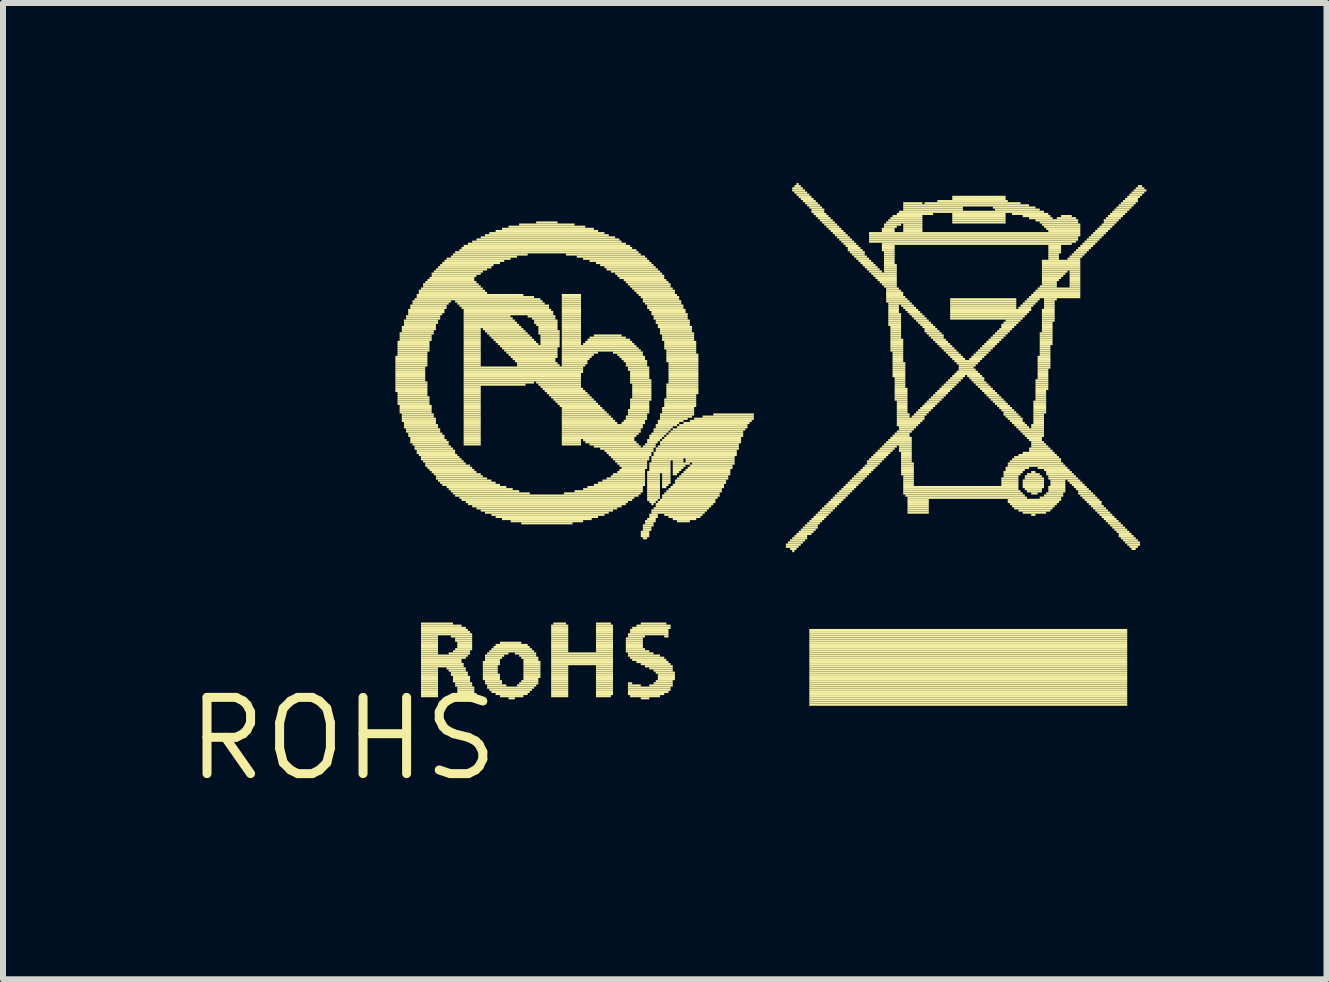
<source format=kicad_pcb>
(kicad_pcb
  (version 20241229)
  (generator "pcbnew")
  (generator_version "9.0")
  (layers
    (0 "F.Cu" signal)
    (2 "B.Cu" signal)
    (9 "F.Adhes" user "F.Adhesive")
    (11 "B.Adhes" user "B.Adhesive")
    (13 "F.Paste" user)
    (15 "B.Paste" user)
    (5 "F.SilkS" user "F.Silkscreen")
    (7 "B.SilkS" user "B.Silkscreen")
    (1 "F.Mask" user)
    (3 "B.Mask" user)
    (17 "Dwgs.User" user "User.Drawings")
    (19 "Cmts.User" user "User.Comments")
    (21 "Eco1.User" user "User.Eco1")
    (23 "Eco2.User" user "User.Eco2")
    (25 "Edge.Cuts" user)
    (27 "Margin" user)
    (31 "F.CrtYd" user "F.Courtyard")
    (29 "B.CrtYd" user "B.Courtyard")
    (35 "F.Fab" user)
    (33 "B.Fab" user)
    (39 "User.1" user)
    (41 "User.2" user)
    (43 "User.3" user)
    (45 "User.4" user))
  (footprint "ROHS"
    (layer "F.Cu")
    (at 2.668 9.263)
    (property "Reference" "ROHS" (at 0 0 0) (layer "F.SilkS") (effects (font (size 1.27 1.27) (thickness 0.15))))
    (attr through_hole)
    (fp_poly (pts (xy 0.871 -6.348) (xy 1.405 -6.348) (xy 1.405 -6.383) (xy 0.871 -6.383)) (stroke (width 0) (type solid)) (fill yes) (layer "F.SilkS"))
    (fp_poly (pts (xy 0.871 -6.312) (xy 1.405 -6.312) (xy 1.405 -6.348) (xy 0.871 -6.348)) (stroke (width 0) (type solid)) (fill yes) (layer "F.SilkS"))
    (fp_poly (pts (xy 0.871 -6.276) (xy 1.405 -6.276) (xy 1.405 -6.312) (xy 0.871 -6.312)) (stroke (width 0) (type solid)) (fill yes) (layer "F.SilkS"))
    (fp_poly (pts (xy 0.871 -6.241) (xy 1.405 -6.241) (xy 1.405 -6.276) (xy 0.871 -6.276)) (stroke (width 0) (type solid)) (fill yes) (layer "F.SilkS"))
    (fp_poly (pts (xy 0.871 -6.205) (xy 1.405 -6.205) (xy 1.405 -6.241) (xy 0.871 -6.241)) (stroke (width 0) (type solid)) (fill yes) (layer "F.SilkS"))
    (fp_poly (pts (xy 0.871 -6.17) (xy 1.369 -6.17) (xy 1.369 -6.205) (xy 0.871 -6.205)) (stroke (width 0) (type solid)) (fill yes) (layer "F.SilkS"))
    (fp_poly (pts (xy 0.871 -6.134) (xy 1.369 -6.134) (xy 1.369 -6.17) (xy 0.871 -6.17)) (stroke (width 0) (type solid)) (fill yes) (layer "F.SilkS"))
    (fp_poly (pts (xy 0.871 -6.098) (xy 1.369 -6.098) (xy 1.369 -6.134) (xy 0.871 -6.134)) (stroke (width 0) (type solid)) (fill yes) (layer "F.SilkS"))
    (fp_poly (pts (xy 0.871 -6.063) (xy 1.369 -6.063) (xy 1.369 -6.098) (xy 0.871 -6.098)) (stroke (width 0) (type solid)) (fill yes) (layer "F.SilkS"))
    (fp_poly (pts (xy 0.871 -6.027) (xy 1.369 -6.027) (xy 1.369 -6.063) (xy 0.871 -6.063)) (stroke (width 0) (type solid)) (fill yes) (layer "F.SilkS"))
    (fp_poly (pts (xy 0.871 -5.992) (xy 1.369 -5.992) (xy 1.369 -6.027) (xy 0.871 -6.027)) (stroke (width 0) (type solid)) (fill yes) (layer "F.SilkS"))
    (fp_poly (pts (xy 0.871 -5.956) (xy 1.369 -5.956) (xy 1.369 -5.992) (xy 0.871 -5.992)) (stroke (width 0) (type solid)) (fill yes) (layer "F.SilkS"))
    (fp_poly (pts (xy 0.871 -5.921) (xy 1.405 -5.921) (xy 1.405 -5.956) (xy 0.871 -5.956)) (stroke (width 0) (type solid)) (fill yes) (layer "F.SilkS"))
    (fp_poly (pts (xy 0.871 -5.885) (xy 1.405 -5.885) (xy 1.405 -5.921) (xy 0.871 -5.921)) (stroke (width 0) (type solid)) (fill yes) (layer "F.SilkS"))
    (fp_poly (pts (xy 0.871 -5.85) (xy 1.405 -5.85) (xy 1.405 -5.885) (xy 0.871 -5.885)) (stroke (width 0) (type solid)) (fill yes) (layer "F.SilkS"))
    (fp_poly (pts (xy 0.871 -5.814) (xy 1.405 -5.814) (xy 1.405 -5.85) (xy 0.871 -5.85)) (stroke (width 0) (type solid)) (fill yes) (layer "F.SilkS"))
    (fp_poly (pts (xy 0.871 -5.779) (xy 1.405 -5.779) (xy 1.405 -5.814) (xy 0.871 -5.814)) (stroke (width 0) (type solid)) (fill yes) (layer "F.SilkS"))
    (fp_poly (pts (xy 0.907 -6.596) (xy 1.44 -6.596) (xy 1.44 -6.632) (xy 0.907 -6.632)) (stroke (width 0) (type solid)) (fill yes) (layer "F.SilkS"))
    (fp_poly (pts (xy 0.907 -6.561) (xy 1.44 -6.561) (xy 1.44 -6.596) (xy 0.907 -6.596)) (stroke (width 0) (type solid)) (fill yes) (layer "F.SilkS"))
    (fp_poly (pts (xy 0.907 -6.525) (xy 1.44 -6.525) (xy 1.44 -6.561) (xy 0.907 -6.561)) (stroke (width 0) (type solid)) (fill yes) (layer "F.SilkS"))
    (fp_poly (pts (xy 0.907 -6.49) (xy 1.44 -6.49) (xy 1.44 -6.525) (xy 0.907 -6.525)) (stroke (width 0) (type solid)) (fill yes) (layer "F.SilkS"))
    (fp_poly (pts (xy 0.907 -6.454) (xy 1.44 -6.454) (xy 1.44 -6.49) (xy 0.907 -6.49)) (stroke (width 0) (type solid)) (fill yes) (layer "F.SilkS"))
    (fp_poly (pts (xy 0.907 -6.419) (xy 1.405 -6.419) (xy 1.405 -6.454) (xy 0.907 -6.454)) (stroke (width 0) (type solid)) (fill yes) (layer "F.SilkS"))
    (fp_poly (pts (xy 0.907 -6.383) (xy 1.405 -6.383) (xy 1.405 -6.419) (xy 0.907 -6.419)) (stroke (width 0) (type solid)) (fill yes) (layer "F.SilkS"))
    (fp_poly (pts (xy 0.907 -5.743) (xy 1.405 -5.743) (xy 1.405 -5.779) (xy 0.907 -5.779)) (stroke (width 0) (type solid)) (fill yes) (layer "F.SilkS"))
    (fp_poly (pts (xy 0.907 -5.707) (xy 1.405 -5.707) (xy 1.405 -5.743) (xy 0.907 -5.743)) (stroke (width 0) (type solid)) (fill yes) (layer "F.SilkS"))
    (fp_poly (pts (xy 0.907 -5.672) (xy 1.44 -5.672) (xy 1.44 -5.707) (xy 0.907 -5.707)) (stroke (width 0) (type solid)) (fill yes) (layer "F.SilkS"))
    (fp_poly (pts (xy 0.907 -5.636) (xy 1.44 -5.636) (xy 1.44 -5.672) (xy 0.907 -5.672)) (stroke (width 0) (type solid)) (fill yes) (layer "F.SilkS"))
    (fp_poly (pts (xy 0.907 -5.601) (xy 1.44 -5.601) (xy 1.44 -5.636) (xy 0.907 -5.636)) (stroke (width 0) (type solid)) (fill yes) (layer "F.SilkS"))
    (fp_poly (pts (xy 0.907 -5.565) (xy 1.44 -5.565) (xy 1.44 -5.601) (xy 0.907 -5.601)) (stroke (width 0) (type solid)) (fill yes) (layer "F.SilkS"))
    (fp_poly (pts (xy 0.942 -6.739) (xy 1.511 -6.739) (xy 1.511 -6.774) (xy 0.942 -6.774)) (stroke (width 0) (type solid)) (fill yes) (layer "F.SilkS"))
    (fp_poly (pts (xy 0.942 -6.703) (xy 1.476 -6.703) (xy 1.476 -6.739) (xy 0.942 -6.739)) (stroke (width 0) (type solid)) (fill yes) (layer "F.SilkS"))
    (fp_poly (pts (xy 0.942 -6.668) (xy 1.476 -6.668) (xy 1.476 -6.703) (xy 0.942 -6.703)) (stroke (width 0) (type solid)) (fill yes) (layer "F.SilkS"))
    (fp_poly (pts (xy 0.942 -6.632) (xy 1.476 -6.632) (xy 1.476 -6.668) (xy 0.942 -6.668)) (stroke (width 0) (type solid)) (fill yes) (layer "F.SilkS"))
    (fp_poly (pts (xy 0.942 -5.53) (xy 1.476 -5.53) (xy 1.476 -5.565) (xy 0.942 -5.565)) (stroke (width 0) (type solid)) (fill yes) (layer "F.SilkS"))
    (fp_poly (pts (xy 0.942 -5.494) (xy 1.476 -5.494) (xy 1.476 -5.53) (xy 0.942 -5.53)) (stroke (width 0) (type solid)) (fill yes) (layer "F.SilkS"))
    (fp_poly (pts (xy 0.942 -5.458) (xy 1.476 -5.458) (xy 1.476 -5.494) (xy 0.942 -5.494)) (stroke (width 0) (type solid)) (fill yes) (layer "F.SilkS"))
    (fp_poly (pts (xy 0.942 -5.423) (xy 1.476 -5.423) (xy 1.476 -5.458) (xy 0.942 -5.458)) (stroke (width 0) (type solid)) (fill yes) (layer "F.SilkS"))
    (fp_poly (pts (xy 0.978 -6.845) (xy 1.547 -6.845) (xy 1.547 -6.881) (xy 0.978 -6.881)) (stroke (width 0) (type solid)) (fill yes) (layer "F.SilkS"))
    (fp_poly (pts (xy 0.978 -6.81) (xy 1.547 -6.81) (xy 1.547 -6.845) (xy 0.978 -6.845)) (stroke (width 0) (type solid)) (fill yes) (layer "F.SilkS"))
    (fp_poly (pts (xy 0.978 -6.774) (xy 1.511 -6.774) (xy 1.511 -6.81) (xy 0.978 -6.81)) (stroke (width 0) (type solid)) (fill yes) (layer "F.SilkS"))
    (fp_poly (pts (xy 0.978 -5.387) (xy 1.511 -5.387) (xy 1.511 -5.423) (xy 0.978 -5.423)) (stroke (width 0) (type solid)) (fill yes) (layer "F.SilkS"))
    (fp_poly (pts (xy 0.978 -5.352) (xy 1.511 -5.352) (xy 1.511 -5.387) (xy 0.978 -5.387)) (stroke (width 0) (type solid)) (fill yes) (layer "F.SilkS"))
    (fp_poly (pts (xy 0.978 -5.316) (xy 1.547 -5.316) (xy 1.547 -5.352) (xy 0.978 -5.352)) (stroke (width 0) (type solid)) (fill yes) (layer "F.SilkS"))
    (fp_poly (pts (xy 0.978 -5.281) (xy 1.547 -5.281) (xy 1.547 -5.316) (xy 0.978 -5.316)) (stroke (width 0) (type solid)) (fill yes) (layer "F.SilkS"))
    (fp_poly (pts (xy 1.014 -6.952) (xy 1.582 -6.952) (xy 1.582 -6.987) (xy 1.014 -6.987)) (stroke (width 0) (type solid)) (fill yes) (layer "F.SilkS"))
    (fp_poly (pts (xy 1.014 -6.916) (xy 1.582 -6.916) (xy 1.582 -6.952) (xy 1.014 -6.952)) (stroke (width 0) (type solid)) (fill yes) (layer "F.SilkS"))
    (fp_poly (pts (xy 1.014 -6.881) (xy 1.547 -6.881) (xy 1.547 -6.916) (xy 1.014 -6.916)) (stroke (width 0) (type solid)) (fill yes) (layer "F.SilkS"))
    (fp_poly (pts (xy 1.014 -5.245) (xy 1.547 -5.245) (xy 1.547 -5.281) (xy 1.014 -5.281)) (stroke (width 0) (type solid)) (fill yes) (layer "F.SilkS"))
    (fp_poly (pts (xy 1.014 -5.21) (xy 1.582 -5.21) (xy 1.582 -5.245) (xy 1.014 -5.245)) (stroke (width 0) (type solid)) (fill yes) (layer "F.SilkS"))
    (fp_poly (pts (xy 1.014 -5.174) (xy 1.582 -5.174) (xy 1.582 -5.21) (xy 1.014 -5.21)) (stroke (width 0) (type solid)) (fill yes) (layer "F.SilkS"))
    (fp_poly (pts (xy 1.049 -7.023) (xy 1.618 -7.023) (xy 1.618 -7.059) (xy 1.049 -7.059)) (stroke (width 0) (type solid)) (fill yes) (layer "F.SilkS"))
    (fp_poly (pts (xy 1.049 -6.987) (xy 1.618 -6.987) (xy 1.618 -7.023) (xy 1.049 -7.023)) (stroke (width 0) (type solid)) (fill yes) (layer "F.SilkS"))
    (fp_poly (pts (xy 1.049 -5.138) (xy 1.618 -5.138) (xy 1.618 -5.174) (xy 1.049 -5.174)) (stroke (width 0) (type solid)) (fill yes) (layer "F.SilkS"))
    (fp_poly (pts (xy 1.049 -5.103) (xy 1.618 -5.103) (xy 1.618 -5.138) (xy 1.049 -5.138)) (stroke (width 0) (type solid)) (fill yes) (layer "F.SilkS"))
    (fp_poly (pts (xy 1.085 -7.13) (xy 1.689 -7.13) (xy 1.689 -7.165) (xy 1.085 -7.165)) (stroke (width 0) (type solid)) (fill yes) (layer "F.SilkS"))
    (fp_poly (pts (xy 1.085 -7.094) (xy 1.689 -7.094) (xy 1.689 -7.13) (xy 1.085 -7.13)) (stroke (width 0) (type solid)) (fill yes) (layer "F.SilkS"))
    (fp_poly (pts (xy 1.085 -7.059) (xy 1.653 -7.059) (xy 1.653 -7.094) (xy 1.085 -7.094)) (stroke (width 0) (type solid)) (fill yes) (layer "F.SilkS"))
    (fp_poly (pts (xy 1.085 -5.067) (xy 1.653 -5.067) (xy 1.653 -5.103) (xy 1.085 -5.103)) (stroke (width 0) (type solid)) (fill yes) (layer "F.SilkS"))
    (fp_poly (pts (xy 1.085 -5.032) (xy 1.689 -5.032) (xy 1.689 -5.067) (xy 1.085 -5.067)) (stroke (width 0) (type solid)) (fill yes) (layer "F.SilkS"))
    (fp_poly (pts (xy 1.12 -7.201) (xy 1.725 -7.201) (xy 1.725 -7.237) (xy 1.12 -7.237)) (stroke (width 0) (type solid)) (fill yes) (layer "F.SilkS"))
    (fp_poly (pts (xy 1.12 -7.165) (xy 1.725 -7.165) (xy 1.725 -7.201) (xy 1.12 -7.201)) (stroke (width 0) (type solid)) (fill yes) (layer "F.SilkS"))
    (fp_poly (pts (xy 1.12 -4.996) (xy 1.689 -4.996) (xy 1.689 -5.032) (xy 1.12 -5.032)) (stroke (width 0) (type solid)) (fill yes) (layer "F.SilkS"))
    (fp_poly (pts (xy 1.12 -4.961) (xy 1.725 -4.961) (xy 1.725 -4.996) (xy 1.12 -4.996)) (stroke (width 0) (type solid)) (fill yes) (layer "F.SilkS"))
    (fp_poly (pts (xy 1.12 -4.925) (xy 1.76 -4.925) (xy 1.76 -4.961) (xy 1.12 -4.961)) (stroke (width 0) (type solid)) (fill yes) (layer "F.SilkS"))
    (fp_poly (pts (xy 1.156 -7.272) (xy 1.796 -7.272) (xy 1.796 -7.308) (xy 1.156 -7.308)) (stroke (width 0) (type solid)) (fill yes) (layer "F.SilkS"))
    (fp_poly (pts (xy 1.156 -7.237) (xy 1.76 -7.237) (xy 1.76 -7.272) (xy 1.156 -7.272)) (stroke (width 0) (type solid)) (fill yes) (layer "F.SilkS"))
    (fp_poly (pts (xy 1.156 -4.889) (xy 1.76 -4.889) (xy 1.76 -4.925) (xy 1.156 -4.925)) (stroke (width 0) (type solid)) (fill yes) (layer "F.SilkS"))
    (fp_poly (pts (xy 1.191 -7.308) (xy 3.289 -7.308) (xy 3.289 -7.343) (xy 1.191 -7.343)) (stroke (width 0) (type solid)) (fill yes) (layer "F.SilkS"))
    (fp_poly (pts (xy 1.191 -4.854) (xy 1.796 -4.854) (xy 1.796 -4.889) (xy 1.191 -4.889)) (stroke (width 0) (type solid)) (fill yes) (layer "F.SilkS"))
    (fp_poly (pts (xy 1.191 -4.818) (xy 1.831 -4.818) (xy 1.831 -4.854) (xy 1.191 -4.854)) (stroke (width 0) (type solid)) (fill yes) (layer "F.SilkS"))
    (fp_poly (pts (xy 1.227 -7.379) (xy 3.005 -7.379) (xy 3.005 -7.414) (xy 1.227 -7.414)) (stroke (width 0) (type solid)) (fill yes) (layer "F.SilkS"))
    (fp_poly (pts (xy 1.227 -7.343) (xy 3.183 -7.343) (xy 3.183 -7.379) (xy 1.227 -7.379)) (stroke (width 0) (type solid)) (fill yes) (layer "F.SilkS"))
    (fp_poly (pts (xy 1.227 -4.783) (xy 1.867 -4.783) (xy 1.867 -4.818) (xy 1.227 -4.818)) (stroke (width 0) (type solid)) (fill yes) (layer "F.SilkS"))
    (fp_poly (pts (xy 1.227 -4.747) (xy 1.867 -4.747) (xy 1.867 -4.783) (xy 1.227 -4.783)) (stroke (width 0) (type solid)) (fill yes) (layer "F.SilkS"))
    (fp_poly (pts (xy 1.262 -7.45) (xy 2.365 -7.45) (xy 2.365 -7.485) (xy 1.262 -7.485)) (stroke (width 0) (type solid)) (fill yes) (layer "F.SilkS"))
    (fp_poly (pts (xy 1.262 -7.414) (xy 2.4 -7.414) (xy 2.4 -7.45) (xy 1.262 -7.45)) (stroke (width 0) (type solid)) (fill yes) (layer "F.SilkS"))
    (fp_poly (pts (xy 1.262 -4.712) (xy 1.903 -4.712) (xy 1.903 -4.747) (xy 1.262 -4.747)) (stroke (width 0) (type solid)) (fill yes) (layer "F.SilkS"))
    (fp_poly (pts (xy 1.298 -7.485) (xy 2.329 -7.485) (xy 2.329 -7.521) (xy 1.298 -7.521)) (stroke (width 0) (type solid)) (fill yes) (layer "F.SilkS"))
    (fp_poly (pts (xy 1.298 -4.676) (xy 1.938 -4.676) (xy 1.938 -4.712) (xy 1.298 -4.712)) (stroke (width 0) (type solid)) (fill yes) (layer "F.SilkS"))
    (fp_poly (pts (xy 1.298 -4.641) (xy 1.974 -4.641) (xy 1.974 -4.676) (xy 1.298 -4.676)) (stroke (width 0) (type solid)) (fill yes) (layer "F.SilkS"))
    (fp_poly (pts (xy 1.298 -1.903) (xy 1.831 -1.903) (xy 1.831 -1.938) (xy 1.298 -1.938)) (stroke (width 0) (type solid)) (fill yes) (layer "F.SilkS"))
    (fp_poly (pts (xy 1.298 -1.867) (xy 1.974 -1.867) (xy 1.974 -1.903) (xy 1.298 -1.903)) (stroke (width 0) (type solid)) (fill yes) (layer "F.SilkS"))
    (fp_poly (pts (xy 1.298 -1.831) (xy 2.045 -1.831) (xy 2.045 -1.867) (xy 1.298 -1.867)) (stroke (width 0) (type solid)) (fill yes) (layer "F.SilkS"))
    (fp_poly (pts (xy 1.298 -1.796) (xy 2.08 -1.796) (xy 2.08 -1.831) (xy 1.298 -1.831)) (stroke (width 0) (type solid)) (fill yes) (layer "F.SilkS"))
    (fp_poly (pts (xy 1.298 -1.76) (xy 2.116 -1.76) (xy 2.116 -1.796) (xy 1.298 -1.796)) (stroke (width 0) (type solid)) (fill yes) (layer "F.SilkS"))
    (fp_poly (pts (xy 1.298 -1.725) (xy 2.151 -1.725) (xy 2.151 -1.76) (xy 1.298 -1.76)) (stroke (width 0) (type solid)) (fill yes) (layer "F.SilkS"))
    (fp_poly (pts (xy 1.298 -1.689) (xy 1.582 -1.689) (xy 1.582 -1.725) (xy 1.298 -1.725)) (stroke (width 0) (type solid)) (fill yes) (layer "F.SilkS"))
    (fp_poly (pts (xy 1.298 -1.653) (xy 1.582 -1.653) (xy 1.582 -1.689) (xy 1.298 -1.689)) (stroke (width 0) (type solid)) (fill yes) (layer "F.SilkS"))
    (fp_poly (pts (xy 1.298 -1.618) (xy 1.582 -1.618) (xy 1.582 -1.653) (xy 1.298 -1.653)) (stroke (width 0) (type solid)) (fill yes) (layer "F.SilkS"))
    (fp_poly (pts (xy 1.298 -1.582) (xy 1.582 -1.582) (xy 1.582 -1.618) (xy 1.298 -1.618)) (stroke (width 0) (type solid)) (fill yes) (layer "F.SilkS"))
    (fp_poly (pts (xy 1.298 -1.547) (xy 1.582 -1.547) (xy 1.582 -1.582) (xy 1.298 -1.582)) (stroke (width 0) (type solid)) (fill yes) (layer "F.SilkS"))
    (fp_poly (pts (xy 1.298 -1.511) (xy 1.582 -1.511) (xy 1.582 -1.547) (xy 1.298 -1.547)) (stroke (width 0) (type solid)) (fill yes) (layer "F.SilkS"))
    (fp_poly (pts (xy 1.298 -1.476) (xy 1.582 -1.476) (xy 1.582 -1.511) (xy 1.298 -1.511)) (stroke (width 0) (type solid)) (fill yes) (layer "F.SilkS"))
    (fp_poly (pts (xy 1.298 -1.44) (xy 1.582 -1.44) (xy 1.582 -1.476) (xy 1.298 -1.476)) (stroke (width 0) (type solid)) (fill yes) (layer "F.SilkS"))
    (fp_poly (pts (xy 1.298 -1.405) (xy 1.582 -1.405) (xy 1.582 -1.44) (xy 1.298 -1.44)) (stroke (width 0) (type solid)) (fill yes) (layer "F.SilkS"))
    (fp_poly (pts (xy 1.298 -1.369) (xy 2.08 -1.369) (xy 2.08 -1.405) (xy 1.298 -1.405)) (stroke (width 0) (type solid)) (fill yes) (layer "F.SilkS"))
    (fp_poly (pts (xy 1.298 -1.333) (xy 2.045 -1.333) (xy 2.045 -1.369) (xy 1.298 -1.369)) (stroke (width 0) (type solid)) (fill yes) (layer "F.SilkS"))
    (fp_poly (pts (xy 1.298 -1.298) (xy 1.974 -1.298) (xy 1.974 -1.333) (xy 1.298 -1.333)) (stroke (width 0) (type solid)) (fill yes) (layer "F.SilkS"))
    (fp_poly (pts (xy 1.298 -1.262) (xy 1.974 -1.262) (xy 1.974 -1.298) (xy 1.298 -1.298)) (stroke (width 0) (type solid)) (fill yes) (layer "F.SilkS"))
    (fp_poly (pts (xy 1.298 -1.227) (xy 2.009 -1.227) (xy 2.009 -1.262) (xy 1.298 -1.262)) (stroke (width 0) (type solid)) (fill yes) (layer "F.SilkS"))
    (fp_poly (pts (xy 1.298 -1.191) (xy 2.009 -1.191) (xy 2.009 -1.227) (xy 1.298 -1.227)) (stroke (width 0) (type solid)) (fill yes) (layer "F.SilkS"))
    (fp_poly (pts (xy 1.298 -1.156) (xy 1.582 -1.156) (xy 1.582 -1.191) (xy 1.298 -1.191)) (stroke (width 0) (type solid)) (fill yes) (layer "F.SilkS"))
    (fp_poly (pts (xy 1.298 -1.12) (xy 1.582 -1.12) (xy 1.582 -1.156) (xy 1.298 -1.156)) (stroke (width 0) (type solid)) (fill yes) (layer "F.SilkS"))
    (fp_poly (pts (xy 1.298 -1.085) (xy 1.582 -1.085) (xy 1.582 -1.12) (xy 1.298 -1.12)) (stroke (width 0) (type solid)) (fill yes) (layer "F.SilkS"))
    (fp_poly (pts (xy 1.298 -1.049) (xy 1.582 -1.049) (xy 1.582 -1.085) (xy 1.298 -1.085)) (stroke (width 0) (type solid)) (fill yes) (layer "F.SilkS"))
    (fp_poly (pts (xy 1.298 -1.014) (xy 1.582 -1.014) (xy 1.582 -1.049) (xy 1.298 -1.049)) (stroke (width 0) (type solid)) (fill yes) (layer "F.SilkS"))
    (fp_poly (pts (xy 1.298 -0.978) (xy 1.582 -0.978) (xy 1.582 -1.014) (xy 1.298 -1.014)) (stroke (width 0) (type solid)) (fill yes) (layer "F.SilkS"))
    (fp_poly (pts (xy 1.298 -0.942) (xy 1.582 -0.942) (xy 1.582 -0.978) (xy 1.298 -0.978)) (stroke (width 0) (type solid)) (fill yes) (layer "F.SilkS"))
    (fp_poly (pts (xy 1.298 -0.907) (xy 1.582 -0.907) (xy 1.582 -0.942) (xy 1.298 -0.942)) (stroke (width 0) (type solid)) (fill yes) (layer "F.SilkS"))
    (fp_poly (pts (xy 1.298 -0.871) (xy 1.582 -0.871) (xy 1.582 -0.907) (xy 1.298 -0.907)) (stroke (width 0) (type solid)) (fill yes) (layer "F.SilkS"))
    (fp_poly (pts (xy 1.298 -0.836) (xy 1.582 -0.836) (xy 1.582 -0.871) (xy 1.298 -0.871)) (stroke (width 0) (type solid)) (fill yes) (layer "F.SilkS"))
    (fp_poly (pts (xy 1.298 -0.8) (xy 1.582 -0.8) (xy 1.582 -0.836) (xy 1.298 -0.836)) (stroke (width 0) (type solid)) (fill yes) (layer "F.SilkS"))
    (fp_poly (pts (xy 1.298 -0.764) (xy 1.582 -0.764) (xy 1.582 -0.8) (xy 1.298 -0.8)) (stroke (width 0) (type solid)) (fill yes) (layer "F.SilkS"))
    (fp_poly (pts (xy 1.298 -0.729) (xy 1.582 -0.729) (xy 1.582 -0.764) (xy 1.298 -0.764)) (stroke (width 0) (type solid)) (fill yes) (layer "F.SilkS"))
    (fp_poly (pts (xy 1.298 -0.693) (xy 1.582 -0.693) (xy 1.582 -0.729) (xy 1.298 -0.729)) (stroke (width 0) (type solid)) (fill yes) (layer "F.SilkS"))
    (fp_poly (pts (xy 1.333 -7.556) (xy 2.258 -7.556) (xy 2.258 -7.592) (xy 1.333 -7.592)) (stroke (width 0) (type solid)) (fill yes) (layer "F.SilkS"))
    (fp_poly (pts (xy 1.333 -7.521) (xy 2.294 -7.521) (xy 2.294 -7.556) (xy 1.333 -7.556)) (stroke (width 0) (type solid)) (fill yes) (layer "F.SilkS"))
    (fp_poly (pts (xy 1.333 -4.605) (xy 2.009 -4.605) (xy 2.009 -4.641) (xy 1.333 -4.641)) (stroke (width 0) (type solid)) (fill yes) (layer "F.SilkS"))
    (fp_poly (pts (xy 1.369 -7.592) (xy 2.223 -7.592) (xy 2.223 -7.628) (xy 1.369 -7.628)) (stroke (width 0) (type solid)) (fill yes) (layer "F.SilkS"))
    (fp_poly (pts (xy 1.369 -4.569) (xy 2.045 -4.569) (xy 2.045 -4.605) (xy 1.369 -4.605)) (stroke (width 0) (type solid)) (fill yes) (layer "F.SilkS"))
    (fp_poly (pts (xy 1.369 -4.534) (xy 2.116 -4.534) (xy 2.116 -4.569) (xy 1.369 -4.569)) (stroke (width 0) (type solid)) (fill yes) (layer "F.SilkS"))
    (fp_poly (pts (xy 1.405 -7.628) (xy 2.187 -7.628) (xy 2.187 -7.663) (xy 1.405 -7.663)) (stroke (width 0) (type solid)) (fill yes) (layer "F.SilkS"))
    (fp_poly (pts (xy 1.405 -4.498) (xy 2.151 -4.498) (xy 2.151 -4.534) (xy 1.405 -4.534)) (stroke (width 0) (type solid)) (fill yes) (layer "F.SilkS"))
    (fp_poly (pts (xy 1.44 -7.663) (xy 2.187 -7.663) (xy 2.187 -7.699) (xy 1.44 -7.699)) (stroke (width 0) (type solid)) (fill yes) (layer "F.SilkS"))
    (fp_poly (pts (xy 1.44 -4.463) (xy 2.187 -4.463) (xy 2.187 -4.498) (xy 1.44 -4.498)) (stroke (width 0) (type solid)) (fill yes) (layer "F.SilkS"))
    (fp_poly (pts (xy 1.476 -7.734) (xy 2.294 -7.734) (xy 2.294 -7.77) (xy 1.476 -7.77)) (stroke (width 0) (type solid)) (fill yes) (layer "F.SilkS"))
    (fp_poly (pts (xy 1.476 -7.699) (xy 2.223 -7.699) (xy 2.223 -7.734) (xy 1.476 -7.734)) (stroke (width 0) (type solid)) (fill yes) (layer "F.SilkS"))
    (fp_poly (pts (xy 1.476 -4.427) (xy 2.223 -4.427) (xy 2.223 -4.463) (xy 1.476 -4.463)) (stroke (width 0) (type solid)) (fill yes) (layer "F.SilkS"))
    (fp_poly (pts (xy 1.511 -7.77) (xy 2.329 -7.77) (xy 2.329 -7.805) (xy 1.511 -7.805)) (stroke (width 0) (type solid)) (fill yes) (layer "F.SilkS"))
    (fp_poly (pts (xy 1.511 -4.392) (xy 2.294 -4.392) (xy 2.294 -4.427) (xy 1.511 -4.427)) (stroke (width 0) (type solid)) (fill yes) (layer "F.SilkS"))
    (fp_poly (pts (xy 1.547 -7.805) (xy 2.4 -7.805) (xy 2.4 -7.841) (xy 1.547 -7.841)) (stroke (width 0) (type solid)) (fill yes) (layer "F.SilkS"))
    (fp_poly (pts (xy 1.547 -4.356) (xy 2.329 -4.356) (xy 2.329 -4.392) (xy 1.547 -4.392)) (stroke (width 0) (type solid)) (fill yes) (layer "F.SilkS"))
    (fp_poly (pts (xy 1.547 -4.321) (xy 2.4 -4.321) (xy 2.4 -4.356) (xy 1.547 -4.356)) (stroke (width 0) (type solid)) (fill yes) (layer "F.SilkS"))
    (fp_poly (pts (xy 1.582 -7.841) (xy 2.471 -7.841) (xy 2.471 -7.877) (xy 1.582 -7.877)) (stroke (width 0) (type solid)) (fill yes) (layer "F.SilkS"))
    (fp_poly (pts (xy 1.582 -4.285) (xy 2.471 -4.285) (xy 2.471 -4.321) (xy 1.582 -4.321)) (stroke (width 0) (type solid)) (fill yes) (layer "F.SilkS"))
    (fp_poly (pts (xy 1.618 -7.877) (xy 2.507 -7.877) (xy 2.507 -7.912) (xy 1.618 -7.912)) (stroke (width 0) (type solid)) (fill yes) (layer "F.SilkS"))
    (fp_poly (pts (xy 1.618 -4.249) (xy 2.542 -4.249) (xy 2.542 -4.285) (xy 1.618 -4.285)) (stroke (width 0) (type solid)) (fill yes) (layer "F.SilkS"))
    (fp_poly (pts (xy 1.653 -7.912) (xy 2.614 -7.912) (xy 2.614 -7.948) (xy 1.653 -7.948)) (stroke (width 0) (type solid)) (fill yes) (layer "F.SilkS"))
    (fp_poly (pts (xy 1.653 -4.214) (xy 2.614 -4.214) (xy 2.614 -4.249) (xy 1.653 -4.249)) (stroke (width 0) (type solid)) (fill yes) (layer "F.SilkS"))
    (fp_poly (pts (xy 1.689 -7.948) (xy 2.685 -7.948) (xy 2.685 -7.983) (xy 1.689 -7.983)) (stroke (width 0) (type solid)) (fill yes) (layer "F.SilkS"))
    (fp_poly (pts (xy 1.725 -7.983) (xy 2.792 -7.983) (xy 2.792 -8.019) (xy 1.725 -8.019)) (stroke (width 0) (type solid)) (fill yes) (layer "F.SilkS"))
    (fp_poly (pts (xy 1.725 -4.178) (xy 2.72 -4.178) (xy 2.72 -4.214) (xy 1.725 -4.214)) (stroke (width 0) (type solid)) (fill yes) (layer "F.SilkS"))
    (fp_poly (pts (xy 1.725 -1.156) (xy 2.045 -1.156) (xy 2.045 -1.191) (xy 1.725 -1.191)) (stroke (width 0) (type solid)) (fill yes) (layer "F.SilkS"))
    (fp_poly (pts (xy 1.76 -4.143) (xy 2.827 -4.143) (xy 2.827 -4.178) (xy 1.76 -4.178)) (stroke (width 0) (type solid)) (fill yes) (layer "F.SilkS"))
    (fp_poly (pts (xy 1.76 -1.405) (xy 2.116 -1.405) (xy 2.116 -1.44) (xy 1.76 -1.44)) (stroke (width 0) (type solid)) (fill yes) (layer "F.SilkS"))
    (fp_poly (pts (xy 1.76 -1.12) (xy 2.045 -1.12) (xy 2.045 -1.156) (xy 1.76 -1.156)) (stroke (width 0) (type solid)) (fill yes) (layer "F.SilkS"))
    (fp_poly (pts (xy 1.796 -8.019) (xy 2.898 -8.019) (xy 2.898 -8.054) (xy 1.796 -8.054)) (stroke (width 0) (type solid)) (fill yes) (layer "F.SilkS"))
    (fp_poly (pts (xy 1.796 -4.107) (xy 2.934 -4.107) (xy 2.934 -4.143) (xy 1.796 -4.143)) (stroke (width 0) (type solid)) (fill yes) (layer "F.SilkS"))
    (fp_poly (pts (xy 1.796 -1.689) (xy 2.151 -1.689) (xy 2.151 -1.725) (xy 1.796 -1.725)) (stroke (width 0) (type solid)) (fill yes) (layer "F.SilkS"))
    (fp_poly (pts (xy 1.796 -1.085) (xy 2.08 -1.085) (xy 2.08 -1.12) (xy 1.796 -1.12)) (stroke (width 0) (type solid)) (fill yes) (layer "F.SilkS"))
    (fp_poly (pts (xy 1.796 -1.049) (xy 2.08 -1.049) (xy 2.08 -1.085) (xy 1.796 -1.085)) (stroke (width 0) (type solid)) (fill yes) (layer "F.SilkS"))
    (fp_poly (pts (xy 1.831 -8.054) (xy 3.076 -8.054) (xy 3.076 -8.09) (xy 1.831 -8.09)) (stroke (width 0) (type solid)) (fill yes) (layer "F.SilkS"))
    (fp_poly (pts (xy 1.831 -4.072) (xy 3.111 -4.072) (xy 3.111 -4.107) (xy 1.831 -4.107)) (stroke (width 0) (type solid)) (fill yes) (layer "F.SilkS"))
    (fp_poly (pts (xy 1.831 -1.44) (xy 2.116 -1.44) (xy 2.116 -1.476) (xy 1.831 -1.476)) (stroke (width 0) (type solid)) (fill yes) (layer "F.SilkS"))
    (fp_poly (pts (xy 1.831 -1.014) (xy 2.116 -1.014) (xy 2.116 -1.049) (xy 1.831 -1.049)) (stroke (width 0) (type solid)) (fill yes) (layer "F.SilkS"))
    (fp_poly (pts (xy 1.831 -0.978) (xy 2.116 -0.978) (xy 2.116 -1.014) (xy 1.831 -1.014)) (stroke (width 0) (type solid)) (fill yes) (layer "F.SilkS"))
    (fp_poly (pts (xy 1.831 -0.942) (xy 2.116 -0.942) (xy 2.116 -0.978) (xy 1.831 -0.978)) (stroke (width 0) (type solid)) (fill yes) (layer "F.SilkS"))
    (fp_poly (pts (xy 1.867 -8.09) (xy 4.925 -8.09) (xy 4.925 -8.126) (xy 1.867 -8.126)) (stroke (width 0) (type solid)) (fill yes) (layer "F.SilkS"))
    (fp_poly (pts (xy 1.867 -7.272) (xy 3.325 -7.272) (xy 3.325 -7.308) (xy 1.867 -7.308)) (stroke (width 0) (type solid)) (fill yes) (layer "F.SilkS"))
    (fp_poly (pts (xy 1.867 -4.036) (xy 4.925 -4.036) (xy 4.925 -4.072) (xy 1.867 -4.072)) (stroke (width 0) (type solid)) (fill yes) (layer "F.SilkS"))
    (fp_poly (pts (xy 1.867 -1.653) (xy 2.151 -1.653) (xy 2.151 -1.689) (xy 1.867 -1.689)) (stroke (width 0) (type solid)) (fill yes) (layer "F.SilkS"))
    (fp_poly (pts (xy 1.867 -1.618) (xy 2.151 -1.618) (xy 2.151 -1.653) (xy 1.867 -1.653)) (stroke (width 0) (type solid)) (fill yes) (layer "F.SilkS"))
    (fp_poly (pts (xy 1.867 -1.476) (xy 2.151 -1.476) (xy 2.151 -1.511) (xy 1.867 -1.511)) (stroke (width 0) (type solid)) (fill yes) (layer "F.SilkS"))
    (fp_poly (pts (xy 1.867 -0.907) (xy 2.151 -0.907) (xy 2.151 -0.942) (xy 1.867 -0.942)) (stroke (width 0) (type solid)) (fill yes) (layer "F.SilkS"))
    (fp_poly (pts (xy 1.867 -0.871) (xy 2.151 -0.871) (xy 2.151 -0.907) (xy 1.867 -0.907)) (stroke (width 0) (type solid)) (fill yes) (layer "F.SilkS"))
    (fp_poly (pts (xy 1.903 -7.237) (xy 3.36 -7.237) (xy 3.36 -7.272) (xy 1.903 -7.272)) (stroke (width 0) (type solid)) (fill yes) (layer "F.SilkS"))
    (fp_poly (pts (xy 1.903 -1.582) (xy 2.151 -1.582) (xy 2.151 -1.618) (xy 1.903 -1.618)) (stroke (width 0) (type solid)) (fill yes) (layer "F.SilkS"))
    (fp_poly (pts (xy 1.903 -1.547) (xy 2.151 -1.547) (xy 2.151 -1.582) (xy 1.903 -1.582)) (stroke (width 0) (type solid)) (fill yes) (layer "F.SilkS"))
    (fp_poly (pts (xy 1.903 -1.511) (xy 2.151 -1.511) (xy 2.151 -1.547) (xy 1.903 -1.547)) (stroke (width 0) (type solid)) (fill yes) (layer "F.SilkS"))
    (fp_poly (pts (xy 1.903 -0.836) (xy 2.187 -0.836) (xy 2.187 -0.871) (xy 1.903 -0.871)) (stroke (width 0) (type solid)) (fill yes) (layer "F.SilkS"))
    (fp_poly (pts (xy 1.903 -0.8) (xy 2.187 -0.8) (xy 2.187 -0.836) (xy 1.903 -0.836)) (stroke (width 0) (type solid)) (fill yes) (layer "F.SilkS"))
    (fp_poly (pts (xy 1.903 -0.764) (xy 2.187 -0.764) (xy 2.187 -0.8) (xy 1.903 -0.8)) (stroke (width 0) (type solid)) (fill yes) (layer "F.SilkS"))
    (fp_poly (pts (xy 1.938 -8.126) (xy 4.889 -8.126) (xy 4.889 -8.161) (xy 1.938 -8.161)) (stroke (width 0) (type solid)) (fill yes) (layer "F.SilkS"))
    (fp_poly (pts (xy 1.938 -7.201) (xy 3.432 -7.201) (xy 3.432 -7.237) (xy 1.938 -7.237)) (stroke (width 0) (type solid)) (fill yes) (layer "F.SilkS"))
    (fp_poly (pts (xy 1.938 -4) (xy 4.854 -4) (xy 4.854 -4.036) (xy 1.938 -4.036)) (stroke (width 0) (type solid)) (fill yes) (layer "F.SilkS"))
    (fp_poly (pts (xy 1.938 -0.729) (xy 2.223 -0.729) (xy 2.223 -0.764) (xy 1.938 -0.764)) (stroke (width 0) (type solid)) (fill yes) (layer "F.SilkS"))
    (fp_poly (pts (xy 1.938 -0.693) (xy 2.223 -0.693) (xy 2.223 -0.729) (xy 1.938 -0.729)) (stroke (width 0) (type solid)) (fill yes) (layer "F.SilkS"))
    (fp_poly (pts (xy 1.974 -8.161) (xy 4.818 -8.161) (xy 4.818 -8.197) (xy 1.974 -8.197)) (stroke (width 0) (type solid)) (fill yes) (layer "F.SilkS"))
    (fp_poly (pts (xy 1.974 -7.165) (xy 3.432 -7.165) (xy 3.432 -7.201) (xy 1.974 -7.201)) (stroke (width 0) (type solid)) (fill yes) (layer "F.SilkS"))
    (fp_poly (pts (xy 1.974 -3.965) (xy 4.818 -3.965) (xy 4.818 -4) (xy 1.974 -4)) (stroke (width 0) (type solid)) (fill yes) (layer "F.SilkS"))
    (fp_poly (pts (xy 2.009 -8.197) (xy 4.783 -8.197) (xy 4.783 -8.232) (xy 2.009 -8.232)) (stroke (width 0) (type solid)) (fill yes) (layer "F.SilkS"))
    (fp_poly (pts (xy 2.009 -7.13) (xy 3.467 -7.13) (xy 3.467 -7.165) (xy 2.009 -7.165)) (stroke (width 0) (type solid)) (fill yes) (layer "F.SilkS"))
    (fp_poly (pts (xy 2.009 -7.094) (xy 3.503 -7.094) (xy 3.503 -7.13) (xy 2.009 -7.13)) (stroke (width 0) (type solid)) (fill yes) (layer "F.SilkS"))
    (fp_poly (pts (xy 2.009 -7.059) (xy 3.503 -7.059) (xy 3.503 -7.094) (xy 2.009 -7.094)) (stroke (width 0) (type solid)) (fill yes) (layer "F.SilkS"))
    (fp_poly (pts (xy 2.009 -7.023) (xy 2.792 -7.023) (xy 2.792 -7.059) (xy 2.009 -7.059)) (stroke (width 0) (type solid)) (fill yes) (layer "F.SilkS"))
    (fp_poly (pts (xy 2.009 -6.987) (xy 2.827 -6.987) (xy 2.827 -7.023) (xy 2.009 -7.023)) (stroke (width 0) (type solid)) (fill yes) (layer "F.SilkS"))
    (fp_poly (pts (xy 2.009 -6.952) (xy 2.863 -6.952) (xy 2.863 -6.987) (xy 2.009 -6.987)) (stroke (width 0) (type solid)) (fill yes) (layer "F.SilkS"))
    (fp_poly (pts (xy 2.009 -6.916) (xy 2.898 -6.916) (xy 2.898 -6.952) (xy 2.009 -6.952)) (stroke (width 0) (type solid)) (fill yes) (layer "F.SilkS"))
    (fp_poly (pts (xy 2.009 -6.881) (xy 2.934 -6.881) (xy 2.934 -6.916) (xy 2.009 -6.916)) (stroke (width 0) (type solid)) (fill yes) (layer "F.SilkS"))
    (fp_poly (pts (xy 2.009 -6.845) (xy 2.969 -6.845) (xy 2.969 -6.881) (xy 2.009 -6.881)) (stroke (width 0) (type solid)) (fill yes) (layer "F.SilkS"))
    (fp_poly (pts (xy 2.009 -6.81) (xy 2.294 -6.81) (xy 2.294 -6.845) (xy 2.009 -6.845)) (stroke (width 0) (type solid)) (fill yes) (layer "F.SilkS"))
    (fp_poly (pts (xy 2.009 -6.774) (xy 2.294 -6.774) (xy 2.294 -6.81) (xy 2.009 -6.81)) (stroke (width 0) (type solid)) (fill yes) (layer "F.SilkS"))
    (fp_poly (pts (xy 2.009 -6.739) (xy 2.294 -6.739) (xy 2.294 -6.774) (xy 2.009 -6.774)) (stroke (width 0) (type solid)) (fill yes) (layer "F.SilkS"))
    (fp_poly (pts (xy 2.009 -6.703) (xy 2.294 -6.703) (xy 2.294 -6.739) (xy 2.009 -6.739)) (stroke (width 0) (type solid)) (fill yes) (layer "F.SilkS"))
    (fp_poly (pts (xy 2.009 -6.668) (xy 2.294 -6.668) (xy 2.294 -6.703) (xy 2.009 -6.703)) (stroke (width 0) (type solid)) (fill yes) (layer "F.SilkS"))
    (fp_poly (pts (xy 2.009 -6.632) (xy 2.294 -6.632) (xy 2.294 -6.668) (xy 2.009 -6.668)) (stroke (width 0) (type solid)) (fill yes) (layer "F.SilkS"))
    (fp_poly (pts (xy 2.009 -6.596) (xy 2.294 -6.596) (xy 2.294 -6.632) (xy 2.009 -6.632)) (stroke (width 0) (type solid)) (fill yes) (layer "F.SilkS"))
    (fp_poly (pts (xy 2.009 -6.561) (xy 2.294 -6.561) (xy 2.294 -6.596) (xy 2.009 -6.596)) (stroke (width 0) (type solid)) (fill yes) (layer "F.SilkS"))
    (fp_poly (pts (xy 2.009 -6.525) (xy 2.294 -6.525) (xy 2.294 -6.561) (xy 2.009 -6.561)) (stroke (width 0) (type solid)) (fill yes) (layer "F.SilkS"))
    (fp_poly (pts (xy 2.009 -6.49) (xy 2.294 -6.49) (xy 2.294 -6.525) (xy 2.009 -6.525)) (stroke (width 0) (type solid)) (fill yes) (layer "F.SilkS"))
    (fp_poly (pts (xy 2.009 -6.454) (xy 2.294 -6.454) (xy 2.294 -6.49) (xy 2.009 -6.49)) (stroke (width 0) (type solid)) (fill yes) (layer "F.SilkS"))
    (fp_poly (pts (xy 2.009 -6.419) (xy 2.294 -6.419) (xy 2.294 -6.454) (xy 2.009 -6.454)) (stroke (width 0) (type solid)) (fill yes) (layer "F.SilkS"))
    (fp_poly (pts (xy 2.009 -6.383) (xy 2.294 -6.383) (xy 2.294 -6.419) (xy 2.009 -6.419)) (stroke (width 0) (type solid)) (fill yes) (layer "F.SilkS"))
    (fp_poly (pts (xy 2.009 -6.348) (xy 2.294 -6.348) (xy 2.294 -6.383) (xy 2.009 -6.383)) (stroke (width 0) (type solid)) (fill yes) (layer "F.SilkS"))
    (fp_poly (pts (xy 2.009 -6.312) (xy 2.294 -6.312) (xy 2.294 -6.348) (xy 2.009 -6.348)) (stroke (width 0) (type solid)) (fill yes) (layer "F.SilkS"))
    (fp_poly (pts (xy 2.009 -6.276) (xy 2.294 -6.276) (xy 2.294 -6.312) (xy 2.009 -6.312)) (stroke (width 0) (type solid)) (fill yes) (layer "F.SilkS"))
    (fp_poly (pts (xy 2.009 -6.241) (xy 2.294 -6.241) (xy 2.294 -6.276) (xy 2.009 -6.276)) (stroke (width 0) (type solid)) (fill yes) (layer "F.SilkS"))
    (fp_poly (pts (xy 2.009 -6.205) (xy 2.294 -6.205) (xy 2.294 -6.241) (xy 2.009 -6.241)) (stroke (width 0) (type solid)) (fill yes) (layer "F.SilkS"))
    (fp_poly (pts (xy 2.009 -6.17) (xy 4 -6.17) (xy 4 -6.205) (xy 2.009 -6.205)) (stroke (width 0) (type solid)) (fill yes) (layer "F.SilkS"))
    (fp_poly (pts (xy 2.009 -6.134) (xy 4 -6.134) (xy 4 -6.17) (xy 2.009 -6.17)) (stroke (width 0) (type solid)) (fill yes) (layer "F.SilkS"))
    (fp_poly (pts (xy 2.009 -6.098) (xy 4 -6.098) (xy 4 -6.134) (xy 2.009 -6.134)) (stroke (width 0) (type solid)) (fill yes) (layer "F.SilkS"))
    (fp_poly (pts (xy 2.009 -6.063) (xy 3.965 -6.063) (xy 3.965 -6.098) (xy 2.009 -6.098)) (stroke (width 0) (type solid)) (fill yes) (layer "F.SilkS"))
    (fp_poly (pts (xy 2.009 -6.027) (xy 3.965 -6.027) (xy 3.965 -6.063) (xy 2.009 -6.063)) (stroke (width 0) (type solid)) (fill yes) (layer "F.SilkS"))
    (fp_poly (pts (xy 2.009 -5.992) (xy 3.965 -5.992) (xy 3.965 -6.027) (xy 2.009 -6.027)) (stroke (width 0) (type solid)) (fill yes) (layer "F.SilkS"))
    (fp_poly (pts (xy 2.009 -5.956) (xy 3.965 -5.956) (xy 3.965 -5.992) (xy 2.009 -5.992)) (stroke (width 0) (type solid)) (fill yes) (layer "F.SilkS"))
    (fp_poly (pts (xy 2.009 -5.921) (xy 3.183 -5.921) (xy 3.183 -5.956) (xy 2.009 -5.956)) (stroke (width 0) (type solid)) (fill yes) (layer "F.SilkS"))
    (fp_poly (pts (xy 2.009 -5.885) (xy 3.04 -5.885) (xy 3.04 -5.921) (xy 2.009 -5.921)) (stroke (width 0) (type solid)) (fill yes) (layer "F.SilkS"))
    (fp_poly (pts (xy 2.009 -5.85) (xy 2.294 -5.85) (xy 2.294 -5.885) (xy 2.009 -5.885)) (stroke (width 0) (type solid)) (fill yes) (layer "F.SilkS"))
    (fp_poly (pts (xy 2.009 -5.814) (xy 2.294 -5.814) (xy 2.294 -5.85) (xy 2.009 -5.85)) (stroke (width 0) (type solid)) (fill yes) (layer "F.SilkS"))
    (fp_poly (pts (xy 2.009 -5.779) (xy 2.294 -5.779) (xy 2.294 -5.814) (xy 2.009 -5.814)) (stroke (width 0) (type solid)) (fill yes) (layer "F.SilkS"))
    (fp_poly (pts (xy 2.009 -5.743) (xy 2.294 -5.743) (xy 2.294 -5.779) (xy 2.009 -5.779)) (stroke (width 0) (type solid)) (fill yes) (layer "F.SilkS"))
    (fp_poly (pts (xy 2.009 -5.707) (xy 2.294 -5.707) (xy 2.294 -5.743) (xy 2.009 -5.743)) (stroke (width 0) (type solid)) (fill yes) (layer "F.SilkS"))
    (fp_poly (pts (xy 2.009 -5.672) (xy 2.294 -5.672) (xy 2.294 -5.707) (xy 2.009 -5.707)) (stroke (width 0) (type solid)) (fill yes) (layer "F.SilkS"))
    (fp_poly (pts (xy 2.009 -5.636) (xy 2.294 -5.636) (xy 2.294 -5.672) (xy 2.009 -5.672)) (stroke (width 0) (type solid)) (fill yes) (layer "F.SilkS"))
    (fp_poly (pts (xy 2.009 -5.601) (xy 2.294 -5.601) (xy 2.294 -5.636) (xy 2.009 -5.636)) (stroke (width 0) (type solid)) (fill yes) (layer "F.SilkS"))
    (fp_poly (pts (xy 2.009 -5.565) (xy 2.294 -5.565) (xy 2.294 -5.601) (xy 2.009 -5.601)) (stroke (width 0) (type solid)) (fill yes) (layer "F.SilkS"))
    (fp_poly (pts (xy 2.009 -5.53) (xy 2.294 -5.53) (xy 2.294 -5.565) (xy 2.009 -5.565)) (stroke (width 0) (type solid)) (fill yes) (layer "F.SilkS"))
    (fp_poly (pts (xy 2.009 -5.494) (xy 2.294 -5.494) (xy 2.294 -5.53) (xy 2.009 -5.53)) (stroke (width 0) (type solid)) (fill yes) (layer "F.SilkS"))
    (fp_poly (pts (xy 2.009 -5.458) (xy 2.294 -5.458) (xy 2.294 -5.494) (xy 2.009 -5.494)) (stroke (width 0) (type solid)) (fill yes) (layer "F.SilkS"))
    (fp_poly (pts (xy 2.009 -5.423) (xy 2.294 -5.423) (xy 2.294 -5.458) (xy 2.009 -5.458)) (stroke (width 0) (type solid)) (fill yes) (layer "F.SilkS"))
    (fp_poly (pts (xy 2.009 -5.387) (xy 2.294 -5.387) (xy 2.294 -5.423) (xy 2.009 -5.423)) (stroke (width 0) (type solid)) (fill yes) (layer "F.SilkS"))
    (fp_poly (pts (xy 2.009 -5.352) (xy 2.294 -5.352) (xy 2.294 -5.387) (xy 2.009 -5.387)) (stroke (width 0) (type solid)) (fill yes) (layer "F.SilkS"))
    (fp_poly (pts (xy 2.009 -5.316) (xy 2.294 -5.316) (xy 2.294 -5.352) (xy 2.009 -5.352)) (stroke (width 0) (type solid)) (fill yes) (layer "F.SilkS"))
    (fp_poly (pts (xy 2.009 -5.281) (xy 2.294 -5.281) (xy 2.294 -5.316) (xy 2.009 -5.316)) (stroke (width 0) (type solid)) (fill yes) (layer "F.SilkS"))
    (fp_poly (pts (xy 2.009 -5.245) (xy 2.294 -5.245) (xy 2.294 -5.281) (xy 2.009 -5.281)) (stroke (width 0) (type solid)) (fill yes) (layer "F.SilkS"))
    (fp_poly (pts (xy 2.009 -5.21) (xy 2.294 -5.21) (xy 2.294 -5.245) (xy 2.009 -5.245)) (stroke (width 0) (type solid)) (fill yes) (layer "F.SilkS"))
    (fp_poly (pts (xy 2.009 -5.174) (xy 2.294 -5.174) (xy 2.294 -5.21) (xy 2.009 -5.21)) (stroke (width 0) (type solid)) (fill yes) (layer "F.SilkS"))
    (fp_poly (pts (xy 2.009 -5.138) (xy 2.294 -5.138) (xy 2.294 -5.174) (xy 2.009 -5.174)) (stroke (width 0) (type solid)) (fill yes) (layer "F.SilkS"))
    (fp_poly (pts (xy 2.009 -5.103) (xy 2.294 -5.103) (xy 2.294 -5.138) (xy 2.009 -5.138)) (stroke (width 0) (type solid)) (fill yes) (layer "F.SilkS"))
    (fp_poly (pts (xy 2.009 -5.067) (xy 2.294 -5.067) (xy 2.294 -5.103) (xy 2.009 -5.103)) (stroke (width 0) (type solid)) (fill yes) (layer "F.SilkS"))
    (fp_poly (pts (xy 2.009 -5.032) (xy 2.294 -5.032) (xy 2.294 -5.067) (xy 2.009 -5.067)) (stroke (width 0) (type solid)) (fill yes) (layer "F.SilkS"))
    (fp_poly (pts (xy 2.009 -4.996) (xy 2.294 -4.996) (xy 2.294 -5.032) (xy 2.009 -5.032)) (stroke (width 0) (type solid)) (fill yes) (layer "F.SilkS"))
    (fp_poly (pts (xy 2.009 -4.961) (xy 2.294 -4.961) (xy 2.294 -4.996) (xy 2.009 -4.996)) (stroke (width 0) (type solid)) (fill yes) (layer "F.SilkS"))
    (fp_poly (pts (xy 2.009 -4.925) (xy 2.294 -4.925) (xy 2.294 -4.961) (xy 2.009 -4.961)) (stroke (width 0) (type solid)) (fill yes) (layer "F.SilkS"))
    (fp_poly (pts (xy 2.009 -4.889) (xy 2.294 -4.889) (xy 2.294 -4.925) (xy 2.009 -4.925)) (stroke (width 0) (type solid)) (fill yes) (layer "F.SilkS"))
    (fp_poly (pts (xy 2.045 -3.929) (xy 4.747 -3.929) (xy 4.747 -3.965) (xy 2.045 -3.965)) (stroke (width 0) (type solid)) (fill yes) (layer "F.SilkS"))
    (fp_poly (pts (xy 2.08 -8.232) (xy 4.712 -8.232) (xy 4.712 -8.268) (xy 2.08 -8.268)) (stroke (width 0) (type solid)) (fill yes) (layer "F.SilkS"))
    (fp_poly (pts (xy 2.08 -3.894) (xy 4.712 -3.894) (xy 4.712 -3.929) (xy 2.08 -3.929)) (stroke (width 0) (type solid)) (fill yes) (layer "F.SilkS"))
    (fp_poly (pts (xy 2.151 -8.268) (xy 4.641 -8.268) (xy 4.641 -8.303) (xy 2.151 -8.303)) (stroke (width 0) (type solid)) (fill yes) (layer "F.SilkS"))
    (fp_poly (pts (xy 2.151 -3.858) (xy 4.641 -3.858) (xy 4.641 -3.894) (xy 2.151 -3.894)) (stroke (width 0) (type solid)) (fill yes) (layer "F.SilkS"))
    (fp_poly (pts (xy 2.223 -8.303) (xy 4.605 -8.303) (xy 4.605 -8.339) (xy 2.223 -8.339)) (stroke (width 0) (type solid)) (fill yes) (layer "F.SilkS"))
    (fp_poly (pts (xy 2.223 -3.823) (xy 4.569 -3.823) (xy 4.569 -3.858) (xy 2.223 -3.858)) (stroke (width 0) (type solid)) (fill yes) (layer "F.SilkS"))
    (fp_poly (pts (xy 2.294 -8.339) (xy 4.534 -8.339) (xy 4.534 -8.374) (xy 2.294 -8.374)) (stroke (width 0) (type solid)) (fill yes) (layer "F.SilkS"))
    (fp_poly (pts (xy 2.294 -3.787) (xy 4.498 -3.787) (xy 4.498 -3.823) (xy 2.294 -3.823)) (stroke (width 0) (type solid)) (fill yes) (layer "F.SilkS"))
    (fp_poly (pts (xy 2.329 -6.81) (xy 3.005 -6.81) (xy 3.005 -6.845) (xy 2.329 -6.845)) (stroke (width 0) (type solid)) (fill yes) (layer "F.SilkS"))
    (fp_poly (pts (xy 2.329 -1.262) (xy 2.614 -1.262) (xy 2.614 -1.298) (xy 2.329 -1.298)) (stroke (width 0) (type solid)) (fill yes) (layer "F.SilkS"))
    (fp_poly (pts (xy 2.329 -1.227) (xy 2.614 -1.227) (xy 2.614 -1.262) (xy 2.329 -1.262)) (stroke (width 0) (type solid)) (fill yes) (layer "F.SilkS"))
    (fp_poly (pts (xy 2.329 -1.191) (xy 2.578 -1.191) (xy 2.578 -1.227) (xy 2.329 -1.227)) (stroke (width 0) (type solid)) (fill yes) (layer "F.SilkS"))
    (fp_poly (pts (xy 2.329 -1.156) (xy 2.578 -1.156) (xy 2.578 -1.191) (xy 2.329 -1.191)) (stroke (width 0) (type solid)) (fill yes) (layer "F.SilkS"))
    (fp_poly (pts (xy 2.329 -1.12) (xy 2.578 -1.12) (xy 2.578 -1.156) (xy 2.329 -1.156)) (stroke (width 0) (type solid)) (fill yes) (layer "F.SilkS"))
    (fp_poly (pts (xy 2.329 -1.085) (xy 2.578 -1.085) (xy 2.578 -1.12) (xy 2.329 -1.12)) (stroke (width 0) (type solid)) (fill yes) (layer "F.SilkS"))
    (fp_poly (pts (xy 2.329 -1.049) (xy 2.614 -1.049) (xy 2.614 -1.085) (xy 2.329 -1.085)) (stroke (width 0) (type solid)) (fill yes) (layer "F.SilkS"))
    (fp_poly (pts (xy 2.329 -1.014) (xy 2.614 -1.014) (xy 2.614 -1.049) (xy 2.329 -1.049)) (stroke (width 0) (type solid)) (fill yes) (layer "F.SilkS"))
    (fp_poly (pts (xy 2.329 -0.978) (xy 2.614 -0.978) (xy 2.614 -1.014) (xy 2.329 -1.014)) (stroke (width 0) (type solid)) (fill yes) (layer "F.SilkS"))
    (fp_poly (pts (xy 2.365 -8.374) (xy 4.427 -8.374) (xy 4.427 -8.41) (xy 2.365 -8.41)) (stroke (width 0) (type solid)) (fill yes) (layer "F.SilkS"))
    (fp_poly (pts (xy 2.365 -6.774) (xy 3.04 -6.774) (xy 3.04 -6.81) (xy 2.365 -6.81)) (stroke (width 0) (type solid)) (fill yes) (layer "F.SilkS"))
    (fp_poly (pts (xy 2.365 -3.752) (xy 4.427 -3.752) (xy 4.427 -3.787) (xy 2.365 -3.787)) (stroke (width 0) (type solid)) (fill yes) (layer "F.SilkS"))
    (fp_poly (pts (xy 2.365 -1.369) (xy 2.685 -1.369) (xy 2.685 -1.405) (xy 2.365 -1.405)) (stroke (width 0) (type solid)) (fill yes) (layer "F.SilkS"))
    (fp_poly (pts (xy 2.365 -1.333) (xy 2.649 -1.333) (xy 2.649 -1.369) (xy 2.365 -1.369)) (stroke (width 0) (type solid)) (fill yes) (layer "F.SilkS"))
    (fp_poly (pts (xy 2.365 -1.298) (xy 2.614 -1.298) (xy 2.614 -1.333) (xy 2.365 -1.333)) (stroke (width 0) (type solid)) (fill yes) (layer "F.SilkS"))
    (fp_poly (pts (xy 2.365 -0.942) (xy 2.649 -0.942) (xy 2.649 -0.978) (xy 2.365 -0.978)) (stroke (width 0) (type solid)) (fill yes) (layer "F.SilkS"))
    (fp_poly (pts (xy 2.365 -0.907) (xy 2.649 -0.907) (xy 2.649 -0.942) (xy 2.365 -0.942)) (stroke (width 0) (type solid)) (fill yes) (layer "F.SilkS"))
    (fp_poly (pts (xy 2.4 -6.739) (xy 3.076 -6.739) (xy 3.076 -6.774) (xy 2.4 -6.774)) (stroke (width 0) (type solid)) (fill yes) (layer "F.SilkS"))
    (fp_poly (pts (xy 2.4 -1.405) (xy 2.756 -1.405) (xy 2.756 -1.44) (xy 2.4 -1.44)) (stroke (width 0) (type solid)) (fill yes) (layer "F.SilkS"))
    (fp_poly (pts (xy 2.4 -0.871) (xy 2.72 -0.871) (xy 2.72 -0.907) (xy 2.4 -0.907)) (stroke (width 0) (type solid)) (fill yes) (layer "F.SilkS"))
    (fp_poly (pts (xy 2.4 -0.836) (xy 3.183 -0.836) (xy 3.183 -0.871) (xy 2.4 -0.871)) (stroke (width 0) (type solid)) (fill yes) (layer "F.SilkS"))
    (fp_poly (pts (xy 2.436 -8.41) (xy 4.356 -8.41) (xy 4.356 -8.445) (xy 2.436 -8.445)) (stroke (width 0) (type solid)) (fill yes) (layer "F.SilkS"))
    (fp_poly (pts (xy 2.436 -6.703) (xy 3.111 -6.703) (xy 3.111 -6.739) (xy 2.436 -6.739)) (stroke (width 0) (type solid)) (fill yes) (layer "F.SilkS"))
    (fp_poly (pts (xy 2.436 -1.44) (xy 3.183 -1.44) (xy 3.183 -1.476) (xy 2.436 -1.476)) (stroke (width 0) (type solid)) (fill yes) (layer "F.SilkS"))
    (fp_poly (pts (xy 2.436 -0.8) (xy 3.147 -0.8) (xy 3.147 -0.836) (xy 2.436 -0.836)) (stroke (width 0) (type solid)) (fill yes) (layer "F.SilkS"))
    (fp_poly (pts (xy 2.471 -6.668) (xy 3.147 -6.668) (xy 3.147 -6.703) (xy 2.471 -6.703)) (stroke (width 0) (type solid)) (fill yes) (layer "F.SilkS"))
    (fp_poly (pts (xy 2.471 -3.716) (xy 4.356 -3.716) (xy 4.356 -3.752) (xy 2.471 -3.752)) (stroke (width 0) (type solid)) (fill yes) (layer "F.SilkS"))
    (fp_poly (pts (xy 2.471 -1.476) (xy 3.147 -1.476) (xy 3.147 -1.511) (xy 2.471 -1.511)) (stroke (width 0) (type solid)) (fill yes) (layer "F.SilkS"))
    (fp_poly (pts (xy 2.471 -0.764) (xy 3.111 -0.764) (xy 3.111 -0.8) (xy 2.471 -0.8)) (stroke (width 0) (type solid)) (fill yes) (layer "F.SilkS"))
    (fp_poly (pts (xy 2.507 -6.632) (xy 3.183 -6.632) (xy 3.183 -6.668) (xy 2.507 -6.668)) (stroke (width 0) (type solid)) (fill yes) (layer "F.SilkS"))
    (fp_poly (pts (xy 2.507 -1.511) (xy 3.111 -1.511) (xy 3.111 -1.547) (xy 2.507 -1.547)) (stroke (width 0) (type solid)) (fill yes) (layer "F.SilkS"))
    (fp_poly (pts (xy 2.542 -8.445) (xy 4.249 -8.445) (xy 4.249 -8.481) (xy 2.542 -8.481)) (stroke (width 0) (type solid)) (fill yes) (layer "F.SilkS"))
    (fp_poly (pts (xy 2.542 -6.596) (xy 3.218 -6.596) (xy 3.218 -6.632) (xy 2.542 -6.632)) (stroke (width 0) (type solid)) (fill yes) (layer "F.SilkS"))
    (fp_poly (pts (xy 2.542 -3.68) (xy 4.249 -3.68) (xy 4.249 -3.716) (xy 2.542 -3.716)) (stroke (width 0) (type solid)) (fill yes) (layer "F.SilkS"))
    (fp_poly (pts (xy 2.542 -1.547) (xy 3.076 -1.547) (xy 3.076 -1.582) (xy 2.542 -1.582)) (stroke (width 0) (type solid)) (fill yes) (layer "F.SilkS"))
    (fp_poly (pts (xy 2.542 -0.729) (xy 3.076 -0.729) (xy 3.076 -0.764) (xy 2.542 -0.764)) (stroke (width 0) (type solid)) (fill yes) (layer "F.SilkS"))
    (fp_poly (pts (xy 2.578 -6.561) (xy 3.254 -6.561) (xy 3.254 -6.596) (xy 2.578 -6.596)) (stroke (width 0) (type solid)) (fill yes) (layer "F.SilkS"))
    (fp_poly (pts (xy 2.614 -6.525) (xy 3.609 -6.525) (xy 3.609 -6.561) (xy 2.614 -6.561)) (stroke (width 0) (type solid)) (fill yes) (layer "F.SilkS"))
    (fp_poly (pts (xy 2.614 -1.582) (xy 2.969 -1.582) (xy 2.969 -1.618) (xy 2.614 -1.618)) (stroke (width 0) (type solid)) (fill yes) (layer "F.SilkS"))
    (fp_poly (pts (xy 2.614 -0.693) (xy 3.005 -0.693) (xy 3.005 -0.729) (xy 2.614 -0.729)) (stroke (width 0) (type solid)) (fill yes) (layer "F.SilkS"))
    (fp_poly (pts (xy 2.649 -8.481) (xy 4.178 -8.481) (xy 4.178 -8.517) (xy 2.649 -8.517)) (stroke (width 0) (type solid)) (fill yes) (layer "F.SilkS"))
    (fp_poly (pts (xy 2.649 -6.49) (xy 3.574 -6.49) (xy 3.574 -6.525) (xy 2.649 -6.525)) (stroke (width 0) (type solid)) (fill yes) (layer "F.SilkS"))
    (fp_poly (pts (xy 2.649 -3.645) (xy 4.143 -3.645) (xy 4.143 -3.68) (xy 2.649 -3.68)) (stroke (width 0) (type solid)) (fill yes) (layer "F.SilkS"))
    (fp_poly (pts (xy 2.685 -6.454) (xy 3.574 -6.454) (xy 3.574 -6.49) (xy 2.685 -6.49)) (stroke (width 0) (type solid)) (fill yes) (layer "F.SilkS"))
    (fp_poly (pts (xy 2.72 -6.419) (xy 3.574 -6.419) (xy 3.574 -6.454) (xy 2.72 -6.454)) (stroke (width 0) (type solid)) (fill yes) (layer "F.SilkS"))
    (fp_poly (pts (xy 2.756 -8.517) (xy 4.036 -8.517) (xy 4.036 -8.552) (xy 2.756 -8.552)) (stroke (width 0) (type solid)) (fill yes) (layer "F.SilkS"))
    (fp_poly (pts (xy 2.756 -6.383) (xy 3.574 -6.383) (xy 3.574 -6.419) (xy 2.756 -6.419)) (stroke (width 0) (type solid)) (fill yes) (layer "F.SilkS"))
    (fp_poly (pts (xy 2.756 -0.658) (xy 2.863 -0.658) (xy 2.863 -0.693) (xy 2.756 -0.693)) (stroke (width 0) (type solid)) (fill yes) (layer "F.SilkS"))
    (fp_poly (pts (xy 2.792 -6.348) (xy 3.574 -6.348) (xy 3.574 -6.383) (xy 2.792 -6.383)) (stroke (width 0) (type solid)) (fill yes) (layer "F.SilkS"))
    (fp_poly (pts (xy 2.792 -3.609) (xy 4 -3.609) (xy 4 -3.645) (xy 2.792 -3.645)) (stroke (width 0) (type solid)) (fill yes) (layer "F.SilkS"))
    (fp_poly (pts (xy 2.827 -6.312) (xy 3.538 -6.312) (xy 3.538 -6.348) (xy 2.827 -6.348)) (stroke (width 0) (type solid)) (fill yes) (layer "F.SilkS"))
    (fp_poly (pts (xy 2.863 -6.276) (xy 3.538 -6.276) (xy 3.538 -6.312) (xy 2.863 -6.312)) (stroke (width 0) (type solid)) (fill yes) (layer "F.SilkS"))
    (fp_poly (pts (xy 2.863 -1.405) (xy 3.218 -1.405) (xy 3.218 -1.44) (xy 2.863 -1.44)) (stroke (width 0) (type solid)) (fill yes) (layer "F.SilkS"))
    (fp_poly (pts (xy 2.898 -6.241) (xy 3.574 -6.241) (xy 3.574 -6.276) (xy 2.898 -6.276)) (stroke (width 0) (type solid)) (fill yes) (layer "F.SilkS"))
    (fp_poly (pts (xy 2.898 -6.205) (xy 3.609 -6.205) (xy 3.609 -6.241) (xy 2.898 -6.241)) (stroke (width 0) (type solid)) (fill yes) (layer "F.SilkS"))
    (fp_poly (pts (xy 2.898 -0.871) (xy 3.218 -0.871) (xy 3.218 -0.907) (xy 2.898 -0.907)) (stroke (width 0) (type solid)) (fill yes) (layer "F.SilkS"))
    (fp_poly (pts (xy 2.934 -8.552) (xy 3.858 -8.552) (xy 3.858 -8.588) (xy 2.934 -8.588)) (stroke (width 0) (type solid)) (fill yes) (layer "F.SilkS"))
    (fp_poly (pts (xy 2.934 -1.369) (xy 3.218 -1.369) (xy 3.218 -1.405) (xy 2.934 -1.405)) (stroke (width 0) (type solid)) (fill yes) (layer "F.SilkS"))
    (fp_poly (pts (xy 2.934 -0.907) (xy 3.254 -0.907) (xy 3.254 -0.942) (xy 2.934 -0.942)) (stroke (width 0) (type solid)) (fill yes) (layer "F.SilkS"))
    (fp_poly (pts (xy 2.969 -3.574) (xy 3.823 -3.574) (xy 3.823 -3.609) (xy 2.969 -3.609)) (stroke (width 0) (type solid)) (fill yes) (layer "F.SilkS"))
    (fp_poly (pts (xy 2.969 -1.333) (xy 3.254 -1.333) (xy 3.254 -1.369) (xy 2.969 -1.369)) (stroke (width 0) (type solid)) (fill yes) (layer "F.SilkS"))
    (fp_poly (pts (xy 2.969 -0.942) (xy 3.254 -0.942) (xy 3.254 -0.978) (xy 2.969 -0.978)) (stroke (width 0) (type solid)) (fill yes) (layer "F.SilkS"))
    (fp_poly (pts (xy 3.005 -1.298) (xy 3.254 -1.298) (xy 3.254 -1.333) (xy 3.005 -1.333)) (stroke (width 0) (type solid)) (fill yes) (layer "F.SilkS"))
    (fp_poly (pts (xy 3.005 -1.262) (xy 3.289 -1.262) (xy 3.289 -1.298) (xy 3.005 -1.298)) (stroke (width 0) (type solid)) (fill yes) (layer "F.SilkS"))
    (fp_poly (pts (xy 3.005 -1.227) (xy 3.289 -1.227) (xy 3.289 -1.262) (xy 3.005 -1.262)) (stroke (width 0) (type solid)) (fill yes) (layer "F.SilkS"))
    (fp_poly (pts (xy 3.005 -1.191) (xy 3.289 -1.191) (xy 3.289 -1.227) (xy 3.005 -1.227)) (stroke (width 0) (type solid)) (fill yes) (layer "F.SilkS"))
    (fp_poly (pts (xy 3.005 -1.156) (xy 3.289 -1.156) (xy 3.289 -1.191) (xy 3.005 -1.191)) (stroke (width 0) (type solid)) (fill yes) (layer "F.SilkS"))
    (fp_poly (pts (xy 3.005 -1.12) (xy 3.289 -1.12) (xy 3.289 -1.156) (xy 3.005 -1.156)) (stroke (width 0) (type solid)) (fill yes) (layer "F.SilkS"))
    (fp_poly (pts (xy 3.005 -1.085) (xy 3.289 -1.085) (xy 3.289 -1.12) (xy 3.005 -1.12)) (stroke (width 0) (type solid)) (fill yes) (layer "F.SilkS"))
    (fp_poly (pts (xy 3.005 -1.049) (xy 3.289 -1.049) (xy 3.289 -1.085) (xy 3.005 -1.085)) (stroke (width 0) (type solid)) (fill yes) (layer "F.SilkS"))
    (fp_poly (pts (xy 3.005 -1.014) (xy 3.289 -1.014) (xy 3.289 -1.049) (xy 3.005 -1.049)) (stroke (width 0) (type solid)) (fill yes) (layer "F.SilkS"))
    (fp_poly (pts (xy 3.005 -0.978) (xy 3.254 -0.978) (xy 3.254 -1.014) (xy 3.005 -1.014)) (stroke (width 0) (type solid)) (fill yes) (layer "F.SilkS"))
    (fp_poly (pts (xy 3.076 -7.023) (xy 3.538 -7.023) (xy 3.538 -7.059) (xy 3.076 -7.059)) (stroke (width 0) (type solid)) (fill yes) (layer "F.SilkS"))
    (fp_poly (pts (xy 3.147 -6.987) (xy 3.538 -6.987) (xy 3.538 -7.023) (xy 3.147 -7.023)) (stroke (width 0) (type solid)) (fill yes) (layer "F.SilkS"))
    (fp_poly (pts (xy 3.183 -6.952) (xy 3.574 -6.952) (xy 3.574 -6.987) (xy 3.183 -6.987)) (stroke (width 0) (type solid)) (fill yes) (layer "F.SilkS"))
    (fp_poly (pts (xy 3.183 -6.916) (xy 3.574 -6.916) (xy 3.574 -6.952) (xy 3.183 -6.952)) (stroke (width 0) (type solid)) (fill yes) (layer "F.SilkS"))
    (fp_poly (pts (xy 3.218 -8.588) (xy 3.574 -8.588) (xy 3.574 -8.623) (xy 3.218 -8.623)) (stroke (width 0) (type solid)) (fill yes) (layer "F.SilkS"))
    (fp_poly (pts (xy 3.218 -6.881) (xy 3.574 -6.881) (xy 3.574 -6.916) (xy 3.218 -6.916)) (stroke (width 0) (type solid)) (fill yes) (layer "F.SilkS"))
    (fp_poly (pts (xy 3.218 -5.921) (xy 3.965 -5.921) (xy 3.965 -5.956) (xy 3.218 -5.956)) (stroke (width 0) (type solid)) (fill yes) (layer "F.SilkS"))
    (fp_poly (pts (xy 3.254 -6.845) (xy 3.574 -6.845) (xy 3.574 -6.881) (xy 3.254 -6.881)) (stroke (width 0) (type solid)) (fill yes) (layer "F.SilkS"))
    (fp_poly (pts (xy 3.254 -6.81) (xy 3.574 -6.81) (xy 3.574 -6.845) (xy 3.254 -6.845)) (stroke (width 0) (type solid)) (fill yes) (layer "F.SilkS"))
    (fp_poly (pts (xy 3.254 -6.774) (xy 3.609 -6.774) (xy 3.609 -6.81) (xy 3.254 -6.81)) (stroke (width 0) (type solid)) (fill yes) (layer "F.SilkS"))
    (fp_poly (pts (xy 3.254 -6.739) (xy 3.609 -6.739) (xy 3.609 -6.774) (xy 3.254 -6.774)) (stroke (width 0) (type solid)) (fill yes) (layer "F.SilkS"))
    (fp_poly (pts (xy 3.254 -5.885) (xy 3.965 -5.885) (xy 3.965 -5.921) (xy 3.254 -5.921)) (stroke (width 0) (type solid)) (fill yes) (layer "F.SilkS"))
    (fp_poly (pts (xy 3.289 -6.703) (xy 3.609 -6.703) (xy 3.609 -6.739) (xy 3.289 -6.739)) (stroke (width 0) (type solid)) (fill yes) (layer "F.SilkS"))
    (fp_poly (pts (xy 3.289 -6.668) (xy 3.609 -6.668) (xy 3.609 -6.703) (xy 3.289 -6.703)) (stroke (width 0) (type solid)) (fill yes) (layer "F.SilkS"))
    (fp_poly (pts (xy 3.289 -6.632) (xy 3.609 -6.632) (xy 3.609 -6.668) (xy 3.289 -6.668)) (stroke (width 0) (type solid)) (fill yes) (layer "F.SilkS"))
    (fp_poly (pts (xy 3.289 -6.596) (xy 3.609 -6.596) (xy 3.609 -6.632) (xy 3.289 -6.632)) (stroke (width 0) (type solid)) (fill yes) (layer "F.SilkS"))
    (fp_poly (pts (xy 3.289 -6.561) (xy 3.609 -6.561) (xy 3.609 -6.596) (xy 3.289 -6.596)) (stroke (width 0) (type solid)) (fill yes) (layer "F.SilkS"))
    (fp_poly (pts (xy 3.289 -5.85) (xy 3.965 -5.85) (xy 3.965 -5.885) (xy 3.289 -5.885)) (stroke (width 0) (type solid)) (fill yes) (layer "F.SilkS"))
    (fp_poly (pts (xy 3.325 -5.814) (xy 4 -5.814) (xy 4 -5.85) (xy 3.325 -5.85)) (stroke (width 0) (type solid)) (fill yes) (layer "F.SilkS"))
    (fp_poly (pts (xy 3.36 -5.779) (xy 4.036 -5.779) (xy 4.036 -5.814) (xy 3.36 -5.814)) (stroke (width 0) (type solid)) (fill yes) (layer "F.SilkS"))
    (fp_poly (pts (xy 3.396 -5.743) (xy 4.072 -5.743) (xy 4.072 -5.779) (xy 3.396 -5.779)) (stroke (width 0) (type solid)) (fill yes) (layer "F.SilkS"))
    (fp_poly (pts (xy 3.432 -5.707) (xy 4.107 -5.707) (xy 4.107 -5.743) (xy 3.432 -5.743)) (stroke (width 0) (type solid)) (fill yes) (layer "F.SilkS"))
    (fp_poly (pts (xy 3.467 -5.672) (xy 4.143 -5.672) (xy 4.143 -5.707) (xy 3.467 -5.707)) (stroke (width 0) (type solid)) (fill yes) (layer "F.SilkS"))
    (fp_poly (pts (xy 3.467 -1.867) (xy 3.752 -1.867) (xy 3.752 -1.903) (xy 3.467 -1.903)) (stroke (width 0) (type solid)) (fill yes) (layer "F.SilkS"))
    (fp_poly (pts (xy 3.467 -1.831) (xy 3.752 -1.831) (xy 3.752 -1.867) (xy 3.467 -1.867)) (stroke (width 0) (type solid)) (fill yes) (layer "F.SilkS"))
    (fp_poly (pts (xy 3.467 -1.796) (xy 3.752 -1.796) (xy 3.752 -1.831) (xy 3.467 -1.831)) (stroke (width 0) (type solid)) (fill yes) (layer "F.SilkS"))
    (fp_poly (pts (xy 3.467 -1.76) (xy 3.752 -1.76) (xy 3.752 -1.796) (xy 3.467 -1.796)) (stroke (width 0) (type solid)) (fill yes) (layer "F.SilkS"))
    (fp_poly (pts (xy 3.467 -1.725) (xy 3.752 -1.725) (xy 3.752 -1.76) (xy 3.467 -1.76)) (stroke (width 0) (type solid)) (fill yes) (layer "F.SilkS"))
    (fp_poly (pts (xy 3.467 -1.689) (xy 3.752 -1.689) (xy 3.752 -1.725) (xy 3.467 -1.725)) (stroke (width 0) (type solid)) (fill yes) (layer "F.SilkS"))
    (fp_poly (pts (xy 3.467 -1.653) (xy 3.752 -1.653) (xy 3.752 -1.689) (xy 3.467 -1.689)) (stroke (width 0) (type solid)) (fill yes) (layer "F.SilkS"))
    (fp_poly (pts (xy 3.467 -1.618) (xy 3.752 -1.618) (xy 3.752 -1.653) (xy 3.467 -1.653)) (stroke (width 0) (type solid)) (fill yes) (layer "F.SilkS"))
    (fp_poly (pts (xy 3.467 -1.582) (xy 3.752 -1.582) (xy 3.752 -1.618) (xy 3.467 -1.618)) (stroke (width 0) (type solid)) (fill yes) (layer "F.SilkS"))
    (fp_poly (pts (xy 3.467 -1.547) (xy 3.752 -1.547) (xy 3.752 -1.582) (xy 3.467 -1.582)) (stroke (width 0) (type solid)) (fill yes) (layer "F.SilkS"))
    (fp_poly (pts (xy 3.467 -1.511) (xy 3.752 -1.511) (xy 3.752 -1.547) (xy 3.467 -1.547)) (stroke (width 0) (type solid)) (fill yes) (layer "F.SilkS"))
    (fp_poly (pts (xy 3.467 -1.476) (xy 3.752 -1.476) (xy 3.752 -1.511) (xy 3.467 -1.511)) (stroke (width 0) (type solid)) (fill yes) (layer "F.SilkS"))
    (fp_poly (pts (xy 3.467 -1.44) (xy 3.752 -1.44) (xy 3.752 -1.476) (xy 3.467 -1.476)) (stroke (width 0) (type solid)) (fill yes) (layer "F.SilkS"))
    (fp_poly (pts (xy 3.467 -1.405) (xy 4.498 -1.405) (xy 4.498 -1.44) (xy 3.467 -1.44)) (stroke (width 0) (type solid)) (fill yes) (layer "F.SilkS"))
    (fp_poly (pts (xy 3.467 -1.369) (xy 4.498 -1.369) (xy 4.498 -1.405) (xy 3.467 -1.405)) (stroke (width 0) (type solid)) (fill yes) (layer "F.SilkS"))
    (fp_poly (pts (xy 3.467 -1.333) (xy 4.498 -1.333) (xy 4.498 -1.369) (xy 3.467 -1.369)) (stroke (width 0) (type solid)) (fill yes) (layer "F.SilkS"))
    (fp_poly (pts (xy 3.467 -1.298) (xy 4.498 -1.298) (xy 4.498 -1.333) (xy 3.467 -1.333)) (stroke (width 0) (type solid)) (fill yes) (layer "F.SilkS"))
    (fp_poly (pts (xy 3.467 -1.262) (xy 4.498 -1.262) (xy 4.498 -1.298) (xy 3.467 -1.298)) (stroke (width 0) (type solid)) (fill yes) (layer "F.SilkS"))
    (fp_poly (pts (xy 3.467 -1.227) (xy 4.498 -1.227) (xy 4.498 -1.262) (xy 3.467 -1.262)) (stroke (width 0) (type solid)) (fill yes) (layer "F.SilkS"))
    (fp_poly (pts (xy 3.467 -1.191) (xy 3.752 -1.191) (xy 3.752 -1.227) (xy 3.467 -1.227)) (stroke (width 0) (type solid)) (fill yes) (layer "F.SilkS"))
    (fp_poly (pts (xy 3.467 -1.156) (xy 3.752 -1.156) (xy 3.752 -1.191) (xy 3.467 -1.191)) (stroke (width 0) (type solid)) (fill yes) (layer "F.SilkS"))
    (fp_poly (pts (xy 3.467 -1.12) (xy 3.752 -1.12) (xy 3.752 -1.156) (xy 3.467 -1.156)) (stroke (width 0) (type solid)) (fill yes) (layer "F.SilkS"))
    (fp_poly (pts (xy 3.467 -1.085) (xy 3.752 -1.085) (xy 3.752 -1.12) (xy 3.467 -1.12)) (stroke (width 0) (type solid)) (fill yes) (layer "F.SilkS"))
    (fp_poly (pts (xy 3.467 -1.049) (xy 3.752 -1.049) (xy 3.752 -1.085) (xy 3.467 -1.085)) (stroke (width 0) (type solid)) (fill yes) (layer "F.SilkS"))
    (fp_poly (pts (xy 3.467 -1.014) (xy 3.752 -1.014) (xy 3.752 -1.049) (xy 3.467 -1.049)) (stroke (width 0) (type solid)) (fill yes) (layer "F.SilkS"))
    (fp_poly (pts (xy 3.467 -0.978) (xy 3.752 -0.978) (xy 3.752 -1.014) (xy 3.467 -1.014)) (stroke (width 0) (type solid)) (fill yes) (layer "F.SilkS"))
    (fp_poly (pts (xy 3.467 -0.942) (xy 3.752 -0.942) (xy 3.752 -0.978) (xy 3.467 -0.978)) (stroke (width 0) (type solid)) (fill yes) (layer "F.SilkS"))
    (fp_poly (pts (xy 3.467 -0.907) (xy 3.752 -0.907) (xy 3.752 -0.942) (xy 3.467 -0.942)) (stroke (width 0) (type solid)) (fill yes) (layer "F.SilkS"))
    (fp_poly (pts (xy 3.467 -0.871) (xy 3.752 -0.871) (xy 3.752 -0.907) (xy 3.467 -0.907)) (stroke (width 0) (type solid)) (fill yes) (layer "F.SilkS"))
    (fp_poly (pts (xy 3.467 -0.836) (xy 3.752 -0.836) (xy 3.752 -0.871) (xy 3.467 -0.871)) (stroke (width 0) (type solid)) (fill yes) (layer "F.SilkS"))
    (fp_poly (pts (xy 3.467 -0.8) (xy 3.752 -0.8) (xy 3.752 -0.836) (xy 3.467 -0.836)) (stroke (width 0) (type solid)) (fill yes) (layer "F.SilkS"))
    (fp_poly (pts (xy 3.467 -0.764) (xy 3.752 -0.764) (xy 3.752 -0.8) (xy 3.467 -0.8)) (stroke (width 0) (type solid)) (fill yes) (layer "F.SilkS"))
    (fp_poly (pts (xy 3.467 -0.729) (xy 3.752 -0.729) (xy 3.752 -0.764) (xy 3.467 -0.764)) (stroke (width 0) (type solid)) (fill yes) (layer "F.SilkS"))
    (fp_poly (pts (xy 3.467 -0.693) (xy 3.752 -0.693) (xy 3.752 -0.729) (xy 3.467 -0.729)) (stroke (width 0) (type solid)) (fill yes) (layer "F.SilkS"))
    (fp_poly (pts (xy 3.503 -5.636) (xy 4.178 -5.636) (xy 4.178 -5.672) (xy 3.503 -5.672)) (stroke (width 0) (type solid)) (fill yes) (layer "F.SilkS"))
    (fp_poly (pts (xy 3.503 -1.903) (xy 3.716 -1.903) (xy 3.716 -1.938) (xy 3.503 -1.938)) (stroke (width 0) (type solid)) (fill yes) (layer "F.SilkS"))
    (fp_poly (pts (xy 3.538 -5.601) (xy 4.214 -5.601) (xy 4.214 -5.636) (xy 3.538 -5.636)) (stroke (width 0) (type solid)) (fill yes) (layer "F.SilkS"))
    (fp_poly (pts (xy 3.574 -5.565) (xy 4.249 -5.565) (xy 4.249 -5.601) (xy 3.574 -5.601)) (stroke (width 0) (type solid)) (fill yes) (layer "F.SilkS"))
    (fp_poly (pts (xy 3.609 -5.53) (xy 4.285 -5.53) (xy 4.285 -5.565) (xy 3.609 -5.565)) (stroke (width 0) (type solid)) (fill yes) (layer "F.SilkS"))
    (fp_poly (pts (xy 3.645 -7.379) (xy 3.965 -7.379) (xy 3.965 -7.414) (xy 3.645 -7.414)) (stroke (width 0) (type solid)) (fill yes) (layer "F.SilkS"))
    (fp_poly (pts (xy 3.645 -7.343) (xy 3.965 -7.343) (xy 3.965 -7.379) (xy 3.645 -7.379)) (stroke (width 0) (type solid)) (fill yes) (layer "F.SilkS"))
    (fp_poly (pts (xy 3.645 -7.308) (xy 3.965 -7.308) (xy 3.965 -7.343) (xy 3.645 -7.343)) (stroke (width 0) (type solid)) (fill yes) (layer "F.SilkS"))
    (fp_poly (pts (xy 3.645 -7.272) (xy 3.965 -7.272) (xy 3.965 -7.308) (xy 3.645 -7.308)) (stroke (width 0) (type solid)) (fill yes) (layer "F.SilkS"))
    (fp_poly (pts (xy 3.645 -7.237) (xy 3.965 -7.237) (xy 3.965 -7.272) (xy 3.645 -7.272)) (stroke (width 0) (type solid)) (fill yes) (layer "F.SilkS"))
    (fp_poly (pts (xy 3.645 -7.201) (xy 3.965 -7.201) (xy 3.965 -7.237) (xy 3.645 -7.237)) (stroke (width 0) (type solid)) (fill yes) (layer "F.SilkS"))
    (fp_poly (pts (xy 3.645 -7.165) (xy 3.965 -7.165) (xy 3.965 -7.201) (xy 3.645 -7.201)) (stroke (width 0) (type solid)) (fill yes) (layer "F.SilkS"))
    (fp_poly (pts (xy 3.645 -7.13) (xy 3.965 -7.13) (xy 3.965 -7.165) (xy 3.645 -7.165)) (stroke (width 0) (type solid)) (fill yes) (layer "F.SilkS"))
    (fp_poly (pts (xy 3.645 -7.094) (xy 3.965 -7.094) (xy 3.965 -7.13) (xy 3.645 -7.13)) (stroke (width 0) (type solid)) (fill yes) (layer "F.SilkS"))
    (fp_poly (pts (xy 3.645 -7.059) (xy 3.965 -7.059) (xy 3.965 -7.094) (xy 3.645 -7.094)) (stroke (width 0) (type solid)) (fill yes) (layer "F.SilkS"))
    (fp_poly (pts (xy 3.645 -7.023) (xy 3.965 -7.023) (xy 3.965 -7.059) (xy 3.645 -7.059)) (stroke (width 0) (type solid)) (fill yes) (layer "F.SilkS"))
    (fp_poly (pts (xy 3.645 -6.987) (xy 3.965 -6.987) (xy 3.965 -7.023) (xy 3.645 -7.023)) (stroke (width 0) (type solid)) (fill yes) (layer "F.SilkS"))
    (fp_poly (pts (xy 3.645 -6.952) (xy 3.965 -6.952) (xy 3.965 -6.987) (xy 3.645 -6.987)) (stroke (width 0) (type solid)) (fill yes) (layer "F.SilkS"))
    (fp_poly (pts (xy 3.645 -6.916) (xy 3.965 -6.916) (xy 3.965 -6.952) (xy 3.645 -6.952)) (stroke (width 0) (type solid)) (fill yes) (layer "F.SilkS"))
    (fp_poly (pts (xy 3.645 -6.881) (xy 3.965 -6.881) (xy 3.965 -6.916) (xy 3.645 -6.916)) (stroke (width 0) (type solid)) (fill yes) (layer "F.SilkS"))
    (fp_poly (pts (xy 3.645 -6.845) (xy 3.965 -6.845) (xy 3.965 -6.881) (xy 3.645 -6.881)) (stroke (width 0) (type solid)) (fill yes) (layer "F.SilkS"))
    (fp_poly (pts (xy 3.645 -6.81) (xy 3.965 -6.81) (xy 3.965 -6.845) (xy 3.645 -6.845)) (stroke (width 0) (type solid)) (fill yes) (layer "F.SilkS"))
    (fp_poly (pts (xy 3.645 -6.774) (xy 3.965 -6.774) (xy 3.965 -6.81) (xy 3.645 -6.81)) (stroke (width 0) (type solid)) (fill yes) (layer "F.SilkS"))
    (fp_poly (pts (xy 3.645 -6.739) (xy 3.965 -6.739) (xy 3.965 -6.774) (xy 3.645 -6.774)) (stroke (width 0) (type solid)) (fill yes) (layer "F.SilkS"))
    (fp_poly (pts (xy 3.645 -6.703) (xy 3.965 -6.703) (xy 3.965 -6.739) (xy 3.645 -6.739)) (stroke (width 0) (type solid)) (fill yes) (layer "F.SilkS"))
    (fp_poly (pts (xy 3.645 -6.668) (xy 3.965 -6.668) (xy 3.965 -6.703) (xy 3.645 -6.703)) (stroke (width 0) (type solid)) (fill yes) (layer "F.SilkS"))
    (fp_poly (pts (xy 3.645 -6.632) (xy 3.965 -6.632) (xy 3.965 -6.668) (xy 3.645 -6.668)) (stroke (width 0) (type solid)) (fill yes) (layer "F.SilkS"))
    (fp_poly (pts (xy 3.645 -6.596) (xy 3.965 -6.596) (xy 3.965 -6.632) (xy 3.645 -6.632)) (stroke (width 0) (type solid)) (fill yes) (layer "F.SilkS"))
    (fp_poly (pts (xy 3.645 -6.561) (xy 3.965 -6.561) (xy 3.965 -6.596) (xy 3.645 -6.596)) (stroke (width 0) (type solid)) (fill yes) (layer "F.SilkS"))
    (fp_poly (pts (xy 3.645 -6.525) (xy 4.889 -6.525) (xy 4.889 -6.561) (xy 3.645 -6.561)) (stroke (width 0) (type solid)) (fill yes) (layer "F.SilkS"))
    (fp_poly (pts (xy 3.645 -6.49) (xy 4.925 -6.49) (xy 4.925 -6.525) (xy 3.645 -6.525)) (stroke (width 0) (type solid)) (fill yes) (layer "F.SilkS"))
    (fp_poly (pts (xy 3.645 -6.454) (xy 4.961 -6.454) (xy 4.961 -6.49) (xy 3.645 -6.49)) (stroke (width 0) (type solid)) (fill yes) (layer "F.SilkS"))
    (fp_poly (pts (xy 3.645 -6.419) (xy 4.249 -6.419) (xy 4.249 -6.454) (xy 3.645 -6.454)) (stroke (width 0) (type solid)) (fill yes) (layer "F.SilkS"))
    (fp_poly (pts (xy 3.645 -6.383) (xy 4.178 -6.383) (xy 4.178 -6.419) (xy 3.645 -6.419)) (stroke (width 0) (type solid)) (fill yes) (layer "F.SilkS"))
    (fp_poly (pts (xy 3.645 -6.348) (xy 4.143 -6.348) (xy 4.143 -6.383) (xy 3.645 -6.383)) (stroke (width 0) (type solid)) (fill yes) (layer "F.SilkS"))
    (fp_poly (pts (xy 3.645 -6.312) (xy 4.107 -6.312) (xy 4.107 -6.348) (xy 3.645 -6.348)) (stroke (width 0) (type solid)) (fill yes) (layer "F.SilkS"))
    (fp_poly (pts (xy 3.645 -6.276) (xy 4.072 -6.276) (xy 4.072 -6.312) (xy 3.645 -6.312)) (stroke (width 0) (type solid)) (fill yes) (layer "F.SilkS"))
    (fp_poly (pts (xy 3.645 -6.241) (xy 4.072 -6.241) (xy 4.072 -6.276) (xy 3.645 -6.276)) (stroke (width 0) (type solid)) (fill yes) (layer "F.SilkS"))
    (fp_poly (pts (xy 3.645 -6.205) (xy 4.036 -6.205) (xy 4.036 -6.241) (xy 3.645 -6.241)) (stroke (width 0) (type solid)) (fill yes) (layer "F.SilkS"))
    (fp_poly (pts (xy 3.645 -5.494) (xy 4.321 -5.494) (xy 4.321 -5.53) (xy 3.645 -5.53)) (stroke (width 0) (type solid)) (fill yes) (layer "F.SilkS"))
    (fp_poly (pts (xy 3.645 -5.458) (xy 4.356 -5.458) (xy 4.356 -5.494) (xy 3.645 -5.494)) (stroke (width 0) (type solid)) (fill yes) (layer "F.SilkS"))
    (fp_poly (pts (xy 3.645 -5.423) (xy 4.392 -5.423) (xy 4.392 -5.458) (xy 3.645 -5.458)) (stroke (width 0) (type solid)) (fill yes) (layer "F.SilkS"))
    (fp_poly (pts (xy 3.645 -5.387) (xy 4.427 -5.387) (xy 4.427 -5.423) (xy 3.645 -5.423)) (stroke (width 0) (type solid)) (fill yes) (layer "F.SilkS"))
    (fp_poly (pts (xy 3.645 -5.352) (xy 4.463 -5.352) (xy 4.463 -5.387) (xy 3.645 -5.387)) (stroke (width 0) (type solid)) (fill yes) (layer "F.SilkS"))
    (fp_poly (pts (xy 3.645 -5.316) (xy 4.498 -5.316) (xy 4.498 -5.352) (xy 3.645 -5.352)) (stroke (width 0) (type solid)) (fill yes) (layer "F.SilkS"))
    (fp_poly (pts (xy 3.645 -5.281) (xy 4.534 -5.281) (xy 4.534 -5.316) (xy 3.645 -5.316)) (stroke (width 0) (type solid)) (fill yes) (layer "F.SilkS"))
    (fp_poly (pts (xy 3.645 -5.245) (xy 4.569 -5.245) (xy 4.569 -5.281) (xy 3.645 -5.281)) (stroke (width 0) (type solid)) (fill yes) (layer "F.SilkS"))
    (fp_poly (pts (xy 3.645 -5.21) (xy 4.996 -5.21) (xy 4.996 -5.245) (xy 3.645 -5.245)) (stroke (width 0) (type solid)) (fill yes) (layer "F.SilkS"))
    (fp_poly (pts (xy 3.645 -5.174) (xy 4.996 -5.174) (xy 4.996 -5.21) (xy 3.645 -5.21)) (stroke (width 0) (type solid)) (fill yes) (layer "F.SilkS"))
    (fp_poly (pts (xy 3.645 -5.138) (xy 4.961 -5.138) (xy 4.961 -5.174) (xy 3.645 -5.174)) (stroke (width 0) (type solid)) (fill yes) (layer "F.SilkS"))
    (fp_poly (pts (xy 3.645 -5.103) (xy 4.961 -5.103) (xy 4.961 -5.138) (xy 3.645 -5.138)) (stroke (width 0) (type solid)) (fill yes) (layer "F.SilkS"))
    (fp_poly (pts (xy 3.645 -5.067) (xy 4.925 -5.067) (xy 4.925 -5.103) (xy 3.645 -5.103)) (stroke (width 0) (type solid)) (fill yes) (layer "F.SilkS"))
    (fp_poly (pts (xy 3.645 -5.032) (xy 4.889 -5.032) (xy 4.889 -5.067) (xy 3.645 -5.067)) (stroke (width 0) (type solid)) (fill yes) (layer "F.SilkS"))
    (fp_poly (pts (xy 3.645 -4.996) (xy 4.854 -4.996) (xy 4.854 -5.032) (xy 3.645 -5.032)) (stroke (width 0) (type solid)) (fill yes) (layer "F.SilkS"))
    (fp_poly (pts (xy 3.645 -4.961) (xy 3.965 -4.961) (xy 3.965 -4.996) (xy 3.645 -4.996)) (stroke (width 0) (type solid)) (fill yes) (layer "F.SilkS"))
    (fp_poly (pts (xy 3.645 -4.925) (xy 3.965 -4.925) (xy 3.965 -4.961) (xy 3.645 -4.961)) (stroke (width 0) (type solid)) (fill yes) (layer "F.SilkS"))
    (fp_poly (pts (xy 3.645 -4.889) (xy 3.965 -4.889) (xy 3.965 -4.925) (xy 3.645 -4.925)) (stroke (width 0) (type solid)) (fill yes) (layer "F.SilkS"))
    (fp_poly (pts (xy 3.68 -4.072) (xy 4.961 -4.072) (xy 4.961 -4.107) (xy 3.68 -4.107)) (stroke (width 0) (type solid)) (fill yes) (layer "F.SilkS"))
    (fp_poly (pts (xy 3.716 -8.054) (xy 4.961 -8.054) (xy 4.961 -8.09) (xy 3.716 -8.09)) (stroke (width 0) (type solid)) (fill yes) (layer "F.SilkS"))
    (fp_poly (pts (xy 3.858 -4.107) (xy 4.996 -4.107) (xy 4.996 -4.143) (xy 3.858 -4.143)) (stroke (width 0) (type solid)) (fill yes) (layer "F.SilkS"))
    (fp_poly (pts (xy 3.894 -8.019) (xy 5.032 -8.019) (xy 5.032 -8.054) (xy 3.894 -8.054)) (stroke (width 0) (type solid)) (fill yes) (layer "F.SilkS"))
    (fp_poly (pts (xy 4 -7.983) (xy 5.067 -7.983) (xy 5.067 -8.019) (xy 4 -8.019)) (stroke (width 0) (type solid)) (fill yes) (layer "F.SilkS"))
    (fp_poly (pts (xy 4 -6.561) (xy 4.854 -6.561) (xy 4.854 -6.596) (xy 4 -6.596)) (stroke (width 0) (type solid)) (fill yes) (layer "F.SilkS"))
    (fp_poly (pts (xy 4 -4.961) (xy 4.854 -4.961) (xy 4.854 -4.996) (xy 4 -4.996)) (stroke (width 0) (type solid)) (fill yes) (layer "F.SilkS"))
    (fp_poly (pts (xy 4 -4.143) (xy 4.996 -4.143) (xy 4.996 -4.178) (xy 4 -4.178)) (stroke (width 0) (type solid)) (fill yes) (layer "F.SilkS"))
    (fp_poly (pts (xy 4.036 -6.596) (xy 4.818 -6.596) (xy 4.818 -6.632) (xy 4.036 -6.632)) (stroke (width 0) (type solid)) (fill yes) (layer "F.SilkS"))
    (fp_poly (pts (xy 4.036 -4.925) (xy 4.889 -4.925) (xy 4.889 -4.961) (xy 4.036 -4.961)) (stroke (width 0) (type solid)) (fill yes) (layer "F.SilkS"))
    (fp_poly (pts (xy 4.072 -6.632) (xy 4.783 -6.632) (xy 4.783 -6.668) (xy 4.072 -6.668)) (stroke (width 0) (type solid)) (fill yes) (layer "F.SilkS"))
    (fp_poly (pts (xy 4.072 -4.178) (xy 4.996 -4.178) (xy 4.996 -4.214) (xy 4.072 -4.214)) (stroke (width 0) (type solid)) (fill yes) (layer "F.SilkS"))
    (fp_poly (pts (xy 4.107 -7.948) (xy 5.103 -7.948) (xy 5.103 -7.983) (xy 4.107 -7.983)) (stroke (width 0) (type solid)) (fill yes) (layer "F.SilkS"))
    (fp_poly (pts (xy 4.107 -6.668) (xy 4.712 -6.668) (xy 4.712 -6.703) (xy 4.107 -6.703)) (stroke (width 0) (type solid)) (fill yes) (layer "F.SilkS"))
    (fp_poly (pts (xy 4.107 -4.889) (xy 4.925 -4.889) (xy 4.925 -4.925) (xy 4.107 -4.925)) (stroke (width 0) (type solid)) (fill yes) (layer "F.SilkS"))
    (fp_poly (pts (xy 4.178 -6.703) (xy 4.641 -6.703) (xy 4.641 -6.739) (xy 4.178 -6.739)) (stroke (width 0) (type solid)) (fill yes) (layer "F.SilkS"))
    (fp_poly (pts (xy 4.178 -4.854) (xy 4.961 -4.854) (xy 4.961 -4.889) (xy 4.178 -4.889)) (stroke (width 0) (type solid)) (fill yes) (layer "F.SilkS"))
    (fp_poly (pts (xy 4.178 -4.214) (xy 5.032 -4.214) (xy 5.032 -4.249) (xy 4.178 -4.249)) (stroke (width 0) (type solid)) (fill yes) (layer "F.SilkS"))
    (fp_poly (pts (xy 4.214 -7.912) (xy 5.138 -7.912) (xy 5.138 -7.948) (xy 4.214 -7.948)) (stroke (width 0) (type solid)) (fill yes) (layer "F.SilkS"))
    (fp_poly (pts (xy 4.214 -1.903) (xy 4.463 -1.903) (xy 4.463 -1.938) (xy 4.214 -1.938)) (stroke (width 0) (type solid)) (fill yes) (layer "F.SilkS"))
    (fp_poly (pts (xy 4.214 -1.867) (xy 4.498 -1.867) (xy 4.498 -1.903) (xy 4.214 -1.903)) (stroke (width 0) (type solid)) (fill yes) (layer "F.SilkS"))
    (fp_poly (pts (xy 4.214 -1.831) (xy 4.498 -1.831) (xy 4.498 -1.867) (xy 4.214 -1.867)) (stroke (width 0) (type solid)) (fill yes) (layer "F.SilkS"))
    (fp_poly (pts (xy 4.214 -1.796) (xy 4.498 -1.796) (xy 4.498 -1.831) (xy 4.214 -1.831)) (stroke (width 0) (type solid)) (fill yes) (layer "F.SilkS"))
    (fp_poly (pts (xy 4.214 -1.76) (xy 4.498 -1.76) (xy 4.498 -1.796) (xy 4.214 -1.796)) (stroke (width 0) (type solid)) (fill yes) (layer "F.SilkS"))
    (fp_poly (pts (xy 4.214 -1.725) (xy 4.498 -1.725) (xy 4.498 -1.76) (xy 4.214 -1.76)) (stroke (width 0) (type solid)) (fill yes) (layer "F.SilkS"))
    (fp_poly (pts (xy 4.214 -1.689) (xy 4.498 -1.689) (xy 4.498 -1.725) (xy 4.214 -1.725)) (stroke (width 0) (type solid)) (fill yes) (layer "F.SilkS"))
    (fp_poly (pts (xy 4.214 -1.653) (xy 4.498 -1.653) (xy 4.498 -1.689) (xy 4.214 -1.689)) (stroke (width 0) (type solid)) (fill yes) (layer "F.SilkS"))
    (fp_poly (pts (xy 4.214 -1.618) (xy 4.498 -1.618) (xy 4.498 -1.653) (xy 4.214 -1.653)) (stroke (width 0) (type solid)) (fill yes) (layer "F.SilkS"))
    (fp_poly (pts (xy 4.214 -1.582) (xy 4.498 -1.582) (xy 4.498 -1.618) (xy 4.214 -1.618)) (stroke (width 0) (type solid)) (fill yes) (layer "F.SilkS"))
    (fp_poly (pts (xy 4.214 -1.547) (xy 4.498 -1.547) (xy 4.498 -1.582) (xy 4.214 -1.582)) (stroke (width 0) (type solid)) (fill yes) (layer "F.SilkS"))
    (fp_poly (pts (xy 4.214 -1.511) (xy 4.498 -1.511) (xy 4.498 -1.547) (xy 4.214 -1.547)) (stroke (width 0) (type solid)) (fill yes) (layer "F.SilkS"))
    (fp_poly (pts (xy 4.214 -1.476) (xy 4.498 -1.476) (xy 4.498 -1.511) (xy 4.214 -1.511)) (stroke (width 0) (type solid)) (fill yes) (layer "F.SilkS"))
    (fp_poly (pts (xy 4.214 -1.44) (xy 4.498 -1.44) (xy 4.498 -1.476) (xy 4.214 -1.476)) (stroke (width 0) (type solid)) (fill yes) (layer "F.SilkS"))
    (fp_poly (pts (xy 4.214 -1.191) (xy 4.498 -1.191) (xy 4.498 -1.227) (xy 4.214 -1.227)) (stroke (width 0) (type solid)) (fill yes) (layer "F.SilkS"))
    (fp_poly (pts (xy 4.214 -1.156) (xy 4.498 -1.156) (xy 4.498 -1.191) (xy 4.214 -1.191)) (stroke (width 0) (type solid)) (fill yes) (layer "F.SilkS"))
    (fp_poly (pts (xy 4.214 -1.12) (xy 4.498 -1.12) (xy 4.498 -1.156) (xy 4.214 -1.156)) (stroke (width 0) (type solid)) (fill yes) (layer "F.SilkS"))
    (fp_poly (pts (xy 4.214 -1.085) (xy 4.498 -1.085) (xy 4.498 -1.12) (xy 4.214 -1.12)) (stroke (width 0) (type solid)) (fill yes) (layer "F.SilkS"))
    (fp_poly (pts (xy 4.214 -1.049) (xy 4.498 -1.049) (xy 4.498 -1.085) (xy 4.214 -1.085)) (stroke (width 0) (type solid)) (fill yes) (layer "F.SilkS"))
    (fp_poly (pts (xy 4.214 -1.014) (xy 4.498 -1.014) (xy 4.498 -1.049) (xy 4.214 -1.049)) (stroke (width 0) (type solid)) (fill yes) (layer "F.SilkS"))
    (fp_poly (pts (xy 4.214 -0.978) (xy 4.498 -0.978) (xy 4.498 -1.014) (xy 4.214 -1.014)) (stroke (width 0) (type solid)) (fill yes) (layer "F.SilkS"))
    (fp_poly (pts (xy 4.214 -0.942) (xy 4.498 -0.942) (xy 4.498 -0.978) (xy 4.214 -0.978)) (stroke (width 0) (type solid)) (fill yes) (layer "F.SilkS"))
    (fp_poly (pts (xy 4.214 -0.907) (xy 4.498 -0.907) (xy 4.498 -0.942) (xy 4.214 -0.942)) (stroke (width 0) (type solid)) (fill yes) (layer "F.SilkS"))
    (fp_poly (pts (xy 4.214 -0.871) (xy 4.498 -0.871) (xy 4.498 -0.907) (xy 4.214 -0.907)) (stroke (width 0) (type solid)) (fill yes) (layer "F.SilkS"))
    (fp_poly (pts (xy 4.214 -0.836) (xy 4.498 -0.836) (xy 4.498 -0.871) (xy 4.214 -0.871)) (stroke (width 0) (type solid)) (fill yes) (layer "F.SilkS"))
    (fp_poly (pts (xy 4.214 -0.8) (xy 4.498 -0.8) (xy 4.498 -0.836) (xy 4.214 -0.836)) (stroke (width 0) (type solid)) (fill yes) (layer "F.SilkS"))
    (fp_poly (pts (xy 4.214 -0.764) (xy 4.498 -0.764) (xy 4.498 -0.8) (xy 4.214 -0.8)) (stroke (width 0) (type solid)) (fill yes) (layer "F.SilkS"))
    (fp_poly (pts (xy 4.214 -0.729) (xy 4.498 -0.729) (xy 4.498 -0.764) (xy 4.214 -0.764)) (stroke (width 0) (type solid)) (fill yes) (layer "F.SilkS"))
    (fp_poly (pts (xy 4.214 -0.693) (xy 4.463 -0.693) (xy 4.463 -0.729) (xy 4.214 -0.729)) (stroke (width 0) (type solid)) (fill yes) (layer "F.SilkS"))
    (fp_poly (pts (xy 4.249 -4.249) (xy 5.032 -4.249) (xy 5.032 -4.285) (xy 4.249 -4.285)) (stroke (width 0) (type solid)) (fill yes) (layer "F.SilkS"))
    (fp_poly (pts (xy 4.285 -7.877) (xy 5.174 -7.877) (xy 5.174 -7.912) (xy 4.285 -7.912)) (stroke (width 0) (type solid)) (fill yes) (layer "F.SilkS"))
    (fp_poly (pts (xy 4.285 -4.818) (xy 5.174 -4.818) (xy 5.174 -4.854) (xy 4.285 -4.854)) (stroke (width 0) (type solid)) (fill yes) (layer "F.SilkS"))
    (fp_poly (pts (xy 4.321 -4.285) (xy 5.032 -4.285) (xy 5.032 -4.321) (xy 4.321 -4.321)) (stroke (width 0) (type solid)) (fill yes) (layer "F.SilkS"))
    (fp_poly (pts (xy 4.356 -7.841) (xy 5.21 -7.841) (xy 5.21 -7.877) (xy 4.356 -7.877)) (stroke (width 0) (type solid)) (fill yes) (layer "F.SilkS"))
    (fp_poly (pts (xy 4.356 -4.783) (xy 5.174 -4.783) (xy 5.174 -4.818) (xy 4.356 -4.818)) (stroke (width 0) (type solid)) (fill yes) (layer "F.SilkS"))
    (fp_poly (pts (xy 4.392 -7.805) (xy 5.245 -7.805) (xy 5.245 -7.841) (xy 4.392 -7.841)) (stroke (width 0) (type solid)) (fill yes) (layer "F.SilkS"))
    (fp_poly (pts (xy 4.392 -4.747) (xy 5.138 -4.747) (xy 5.138 -4.783) (xy 4.392 -4.783)) (stroke (width 0) (type solid)) (fill yes) (layer "F.SilkS"))
    (fp_poly (pts (xy 4.392 -4.321) (xy 5.032 -4.321) (xy 5.032 -4.356) (xy 4.392 -4.356)) (stroke (width 0) (type solid)) (fill yes) (layer "F.SilkS"))
    (fp_poly (pts (xy 4.427 -4.712) (xy 5.138 -4.712) (xy 5.138 -4.747) (xy 4.427 -4.747)) (stroke (width 0) (type solid)) (fill yes) (layer "F.SilkS"))
    (fp_poly (pts (xy 4.463 -7.77) (xy 5.281 -7.77) (xy 5.281 -7.805) (xy 4.463 -7.805)) (stroke (width 0) (type solid)) (fill yes) (layer "F.SilkS"))
    (fp_poly (pts (xy 4.463 -4.676) (xy 5.103 -4.676) (xy 5.103 -4.712) (xy 4.463 -4.712)) (stroke (width 0) (type solid)) (fill yes) (layer "F.SilkS"))
    (fp_poly (pts (xy 4.463 -4.356) (xy 5.032 -4.356) (xy 5.032 -4.392) (xy 4.463 -4.392)) (stroke (width 0) (type solid)) (fill yes) (layer "F.SilkS"))
    (fp_poly (pts (xy 4.498 -6.419) (xy 4.996 -6.419) (xy 4.996 -6.454) (xy 4.498 -6.454)) (stroke (width 0) (type solid)) (fill yes) (layer "F.SilkS"))
    (fp_poly (pts (xy 4.498 -4.641) (xy 5.103 -4.641) (xy 5.103 -4.676) (xy 4.498 -4.676)) (stroke (width 0) (type solid)) (fill yes) (layer "F.SilkS"))
    (fp_poly (pts (xy 4.498 -4.392) (xy 5.032 -4.392) (xy 5.032 -4.427) (xy 4.498 -4.427)) (stroke (width 0) (type solid)) (fill yes) (layer "F.SilkS"))
    (fp_poly (pts (xy 4.534 -7.734) (xy 5.316 -7.734) (xy 5.316 -7.77) (xy 4.534 -7.77)) (stroke (width 0) (type solid)) (fill yes) (layer "F.SilkS"))
    (fp_poly (pts (xy 4.534 -4.605) (xy 5.067 -4.605) (xy 5.067 -4.641) (xy 4.534 -4.641)) (stroke (width 0) (type solid)) (fill yes) (layer "F.SilkS"))
    (fp_poly (pts (xy 4.569 -7.699) (xy 5.352 -7.699) (xy 5.352 -7.734) (xy 4.569 -7.734)) (stroke (width 0) (type solid)) (fill yes) (layer "F.SilkS"))
    (fp_poly (pts (xy 4.569 -6.383) (xy 4.996 -6.383) (xy 4.996 -6.419) (xy 4.569 -6.419)) (stroke (width 0) (type solid)) (fill yes) (layer "F.SilkS"))
    (fp_poly (pts (xy 4.569 -4.569) (xy 5.067 -4.569) (xy 5.067 -4.605) (xy 4.569 -4.605)) (stroke (width 0) (type solid)) (fill yes) (layer "F.SilkS"))
    (fp_poly (pts (xy 4.569 -4.427) (xy 5.032 -4.427) (xy 5.032 -4.463) (xy 4.569 -4.463)) (stroke (width 0) (type solid)) (fill yes) (layer "F.SilkS"))
    (fp_poly (pts (xy 4.605 -7.663) (xy 5.352 -7.663) (xy 5.352 -7.699) (xy 4.605 -7.699)) (stroke (width 0) (type solid)) (fill yes) (layer "F.SilkS"))
    (fp_poly (pts (xy 4.605 -6.348) (xy 5.032 -6.348) (xy 5.032 -6.383) (xy 4.605 -6.383)) (stroke (width 0) (type solid)) (fill yes) (layer "F.SilkS"))
    (fp_poly (pts (xy 4.605 -4.534) (xy 5.067 -4.534) (xy 5.067 -4.569) (xy 4.605 -4.569)) (stroke (width 0) (type solid)) (fill yes) (layer "F.SilkS"))
    (fp_poly (pts (xy 4.605 -4.463) (xy 5.032 -4.463) (xy 5.032 -4.498) (xy 4.605 -4.498)) (stroke (width 0) (type solid)) (fill yes) (layer "F.SilkS"))
    (fp_poly (pts (xy 4.641 -6.312) (xy 5.032 -6.312) (xy 5.032 -6.348) (xy 4.641 -6.348)) (stroke (width 0) (type solid)) (fill yes) (layer "F.SilkS"))
    (fp_poly (pts (xy 4.641 -5.245) (xy 5.032 -5.245) (xy 5.032 -5.281) (xy 4.641 -5.281)) (stroke (width 0) (type solid)) (fill yes) (layer "F.SilkS"))
    (fp_poly (pts (xy 4.641 -4.498) (xy 5.067 -4.498) (xy 5.067 -4.534) (xy 4.641 -4.534)) (stroke (width 0) (type solid)) (fill yes) (layer "F.SilkS"))
    (fp_poly (pts (xy 4.676 -7.628) (xy 5.387 -7.628) (xy 5.387 -7.663) (xy 4.676 -7.663)) (stroke (width 0) (type solid)) (fill yes) (layer "F.SilkS"))
    (fp_poly (pts (xy 4.676 -6.276) (xy 5.067 -6.276) (xy 5.067 -6.312) (xy 4.676 -6.312)) (stroke (width 0) (type solid)) (fill yes) (layer "F.SilkS"))
    (fp_poly (pts (xy 4.676 -5.281) (xy 5.032 -5.281) (xy 5.032 -5.316) (xy 4.676 -5.316)) (stroke (width 0) (type solid)) (fill yes) (layer "F.SilkS"))
    (fp_poly (pts (xy 4.712 -7.592) (xy 5.423 -7.592) (xy 5.423 -7.628) (xy 4.712 -7.628)) (stroke (width 0) (type solid)) (fill yes) (layer "F.SilkS"))
    (fp_poly (pts (xy 4.712 -6.241) (xy 5.067 -6.241) (xy 5.067 -6.276) (xy 4.712 -6.276)) (stroke (width 0) (type solid)) (fill yes) (layer "F.SilkS"))
    (fp_poly (pts (xy 4.712 -6.205) (xy 5.067 -6.205) (xy 5.067 -6.241) (xy 4.712 -6.241)) (stroke (width 0) (type solid)) (fill yes) (layer "F.SilkS"))
    (fp_poly (pts (xy 4.712 -5.352) (xy 5.067 -5.352) (xy 5.067 -5.387) (xy 4.712 -5.387)) (stroke (width 0) (type solid)) (fill yes) (layer "F.SilkS"))
    (fp_poly (pts (xy 4.712 -5.316) (xy 5.067 -5.316) (xy 5.067 -5.352) (xy 4.712 -5.352)) (stroke (width 0) (type solid)) (fill yes) (layer "F.SilkS"))
    (fp_poly (pts (xy 4.712 -1.653) (xy 4.996 -1.653) (xy 4.996 -1.689) (xy 4.712 -1.689)) (stroke (width 0) (type solid)) (fill yes) (layer "F.SilkS"))
    (fp_poly (pts (xy 4.712 -1.618) (xy 4.996 -1.618) (xy 4.996 -1.653) (xy 4.712 -1.653)) (stroke (width 0) (type solid)) (fill yes) (layer "F.SilkS"))
    (fp_poly (pts (xy 4.712 -1.582) (xy 4.996 -1.582) (xy 4.996 -1.618) (xy 4.712 -1.618)) (stroke (width 0) (type solid)) (fill yes) (layer "F.SilkS"))
    (fp_poly (pts (xy 4.712 -1.547) (xy 4.996 -1.547) (xy 4.996 -1.582) (xy 4.712 -1.582)) (stroke (width 0) (type solid)) (fill yes) (layer "F.SilkS"))
    (fp_poly (pts (xy 4.712 -1.511) (xy 4.996 -1.511) (xy 4.996 -1.547) (xy 4.712 -1.547)) (stroke (width 0) (type solid)) (fill yes) (layer "F.SilkS"))
    (fp_poly (pts (xy 4.712 -1.476) (xy 5.032 -1.476) (xy 5.032 -1.511) (xy 4.712 -1.511)) (stroke (width 0) (type solid)) (fill yes) (layer "F.SilkS"))
    (fp_poly (pts (xy 4.712 -1.44) (xy 5.103 -1.44) (xy 5.103 -1.476) (xy 4.712 -1.476)) (stroke (width 0) (type solid)) (fill yes) (layer "F.SilkS"))
    (fp_poly (pts (xy 4.747 -7.556) (xy 5.458 -7.556) (xy 5.458 -7.592) (xy 4.747 -7.592)) (stroke (width 0) (type solid)) (fill yes) (layer "F.SilkS"))
    (fp_poly (pts (xy 4.747 -6.17) (xy 5.103 -6.17) (xy 5.103 -6.205) (xy 4.747 -6.205)) (stroke (width 0) (type solid)) (fill yes) (layer "F.SilkS"))
    (fp_poly (pts (xy 4.747 -6.134) (xy 5.103 -6.134) (xy 5.103 -6.17) (xy 4.747 -6.17)) (stroke (width 0) (type solid)) (fill yes) (layer "F.SilkS"))
    (fp_poly (pts (xy 4.747 -5.458) (xy 5.103 -5.458) (xy 5.103 -5.494) (xy 4.747 -5.494)) (stroke (width 0) (type solid)) (fill yes) (layer "F.SilkS"))
    (fp_poly (pts (xy 4.747 -5.423) (xy 5.103 -5.423) (xy 5.103 -5.458) (xy 4.747 -5.458)) (stroke (width 0) (type solid)) (fill yes) (layer "F.SilkS"))
    (fp_poly (pts (xy 4.747 -5.387) (xy 5.067 -5.387) (xy 5.067 -5.423) (xy 4.747 -5.423)) (stroke (width 0) (type solid)) (fill yes) (layer "F.SilkS"))
    (fp_poly (pts (xy 4.747 -1.725) (xy 5.423 -1.725) (xy 5.423 -1.76) (xy 4.747 -1.76)) (stroke (width 0) (type solid)) (fill yes) (layer "F.SilkS"))
    (fp_poly (pts (xy 4.747 -1.689) (xy 5.032 -1.689) (xy 5.032 -1.725) (xy 4.747 -1.725)) (stroke (width 0) (type solid)) (fill yes) (layer "F.SilkS"))
    (fp_poly (pts (xy 4.747 -1.405) (xy 5.174 -1.405) (xy 5.174 -1.44) (xy 4.747 -1.44)) (stroke (width 0) (type solid)) (fill yes) (layer "F.SilkS"))
    (fp_poly (pts (xy 4.747 -1.369) (xy 5.281 -1.369) (xy 5.281 -1.405) (xy 4.747 -1.405)) (stroke (width 0) (type solid)) (fill yes) (layer "F.SilkS"))
    (fp_poly (pts (xy 4.747 -0.907) (xy 4.818 -0.907) (xy 4.818 -0.942) (xy 4.747 -0.942)) (stroke (width 0) (type solid)) (fill yes) (layer "F.SilkS"))
    (fp_poly (pts (xy 4.747 -0.871) (xy 4.961 -0.871) (xy 4.961 -0.907) (xy 4.747 -0.907)) (stroke (width 0) (type solid)) (fill yes) (layer "F.SilkS"))
    (fp_poly (pts (xy 4.747 -0.836) (xy 5.458 -0.836) (xy 5.458 -0.871) (xy 4.747 -0.871)) (stroke (width 0) (type solid)) (fill yes) (layer "F.SilkS"))
    (fp_poly (pts (xy 4.747 -0.8) (xy 5.458 -0.8) (xy 5.458 -0.836) (xy 4.747 -0.836)) (stroke (width 0) (type solid)) (fill yes) (layer "F.SilkS"))
    (fp_poly (pts (xy 4.747 -0.764) (xy 5.423 -0.764) (xy 5.423 -0.8) (xy 4.747 -0.8)) (stroke (width 0) (type solid)) (fill yes) (layer "F.SilkS"))
    (fp_poly (pts (xy 4.747 -0.729) (xy 5.352 -0.729) (xy 5.352 -0.764) (xy 4.747 -0.764)) (stroke (width 0) (type solid)) (fill yes) (layer "F.SilkS"))
    (fp_poly (pts (xy 4.783 -7.521) (xy 5.458 -7.521) (xy 5.458 -7.556) (xy 4.783 -7.556)) (stroke (width 0) (type solid)) (fill yes) (layer "F.SilkS"))
    (fp_poly (pts (xy 4.783 -6.098) (xy 5.103 -6.098) (xy 5.103 -6.134) (xy 4.783 -6.134)) (stroke (width 0) (type solid)) (fill yes) (layer "F.SilkS"))
    (fp_poly (pts (xy 4.783 -6.063) (xy 5.103 -6.063) (xy 5.103 -6.098) (xy 4.783 -6.098)) (stroke (width 0) (type solid)) (fill yes) (layer "F.SilkS"))
    (fp_poly (pts (xy 4.783 -6.027) (xy 5.103 -6.027) (xy 5.103 -6.063) (xy 4.783 -6.063)) (stroke (width 0) (type solid)) (fill yes) (layer "F.SilkS"))
    (fp_poly (pts (xy 4.783 -5.992) (xy 5.103 -5.992) (xy 5.103 -6.027) (xy 4.783 -6.027)) (stroke (width 0) (type solid)) (fill yes) (layer "F.SilkS"))
    (fp_poly (pts (xy 4.783 -5.956) (xy 5.138 -5.956) (xy 5.138 -5.992) (xy 4.783 -5.992)) (stroke (width 0) (type solid)) (fill yes) (layer "F.SilkS"))
    (fp_poly (pts (xy 4.783 -5.921) (xy 5.138 -5.921) (xy 5.138 -5.956) (xy 4.783 -5.956)) (stroke (width 0) (type solid)) (fill yes) (layer "F.SilkS"))
    (fp_poly (pts (xy 4.783 -5.636) (xy 5.138 -5.636) (xy 5.138 -5.672) (xy 4.783 -5.672)) (stroke (width 0) (type solid)) (fill yes) (layer "F.SilkS"))
    (fp_poly (pts (xy 4.783 -5.601) (xy 5.103 -5.601) (xy 5.103 -5.636) (xy 4.783 -5.636)) (stroke (width 0) (type solid)) (fill yes) (layer "F.SilkS"))
    (fp_poly (pts (xy 4.783 -5.565) (xy 5.103 -5.565) (xy 5.103 -5.601) (xy 4.783 -5.601)) (stroke (width 0) (type solid)) (fill yes) (layer "F.SilkS"))
    (fp_poly (pts (xy 4.783 -5.53) (xy 5.103 -5.53) (xy 5.103 -5.565) (xy 4.783 -5.565)) (stroke (width 0) (type solid)) (fill yes) (layer "F.SilkS"))
    (fp_poly (pts (xy 4.783 -5.494) (xy 5.103 -5.494) (xy 5.103 -5.53) (xy 4.783 -5.53)) (stroke (width 0) (type solid)) (fill yes) (layer "F.SilkS"))
    (fp_poly (pts (xy 4.783 -1.796) (xy 5.423 -1.796) (xy 5.423 -1.831) (xy 4.783 -1.831)) (stroke (width 0) (type solid)) (fill yes) (layer "F.SilkS"))
    (fp_poly (pts (xy 4.783 -1.76) (xy 5.423 -1.76) (xy 5.423 -1.796) (xy 4.783 -1.796)) (stroke (width 0) (type solid)) (fill yes) (layer "F.SilkS"))
    (fp_poly (pts (xy 4.783 -1.333) (xy 5.352 -1.333) (xy 5.352 -1.369) (xy 4.783 -1.369)) (stroke (width 0) (type solid)) (fill yes) (layer "F.SilkS"))
    (fp_poly (pts (xy 4.783 -0.693) (xy 5.281 -0.693) (xy 5.281 -0.729) (xy 4.783 -0.729)) (stroke (width 0) (type solid)) (fill yes) (layer "F.SilkS"))
    (fp_poly (pts (xy 4.818 -7.485) (xy 5.494 -7.485) (xy 5.494 -7.521) (xy 4.818 -7.521)) (stroke (width 0) (type solid)) (fill yes) (layer "F.SilkS"))
    (fp_poly (pts (xy 4.818 -5.885) (xy 5.138 -5.885) (xy 5.138 -5.921) (xy 4.818 -5.921)) (stroke (width 0) (type solid)) (fill yes) (layer "F.SilkS"))
    (fp_poly (pts (xy 4.818 -5.85) (xy 5.138 -5.85) (xy 5.138 -5.885) (xy 4.818 -5.885)) (stroke (width 0) (type solid)) (fill yes) (layer "F.SilkS"))
    (fp_poly (pts (xy 4.818 -5.814) (xy 5.138 -5.814) (xy 5.138 -5.85) (xy 4.818 -5.85)) (stroke (width 0) (type solid)) (fill yes) (layer "F.SilkS"))
    (fp_poly (pts (xy 4.818 -5.779) (xy 5.138 -5.779) (xy 5.138 -5.814) (xy 4.818 -5.814)) (stroke (width 0) (type solid)) (fill yes) (layer "F.SilkS"))
    (fp_poly (pts (xy 4.818 -5.743) (xy 5.138 -5.743) (xy 5.138 -5.779) (xy 4.818 -5.779)) (stroke (width 0) (type solid)) (fill yes) (layer "F.SilkS"))
    (fp_poly (pts (xy 4.818 -5.707) (xy 5.138 -5.707) (xy 5.138 -5.743) (xy 4.818 -5.743)) (stroke (width 0) (type solid)) (fill yes) (layer "F.SilkS"))
    (fp_poly (pts (xy 4.818 -5.672) (xy 5.138 -5.672) (xy 5.138 -5.707) (xy 4.818 -5.707)) (stroke (width 0) (type solid)) (fill yes) (layer "F.SilkS"))
    (fp_poly (pts (xy 4.818 -1.831) (xy 5.458 -1.831) (xy 5.458 -1.867) (xy 4.818 -1.867)) (stroke (width 0) (type solid)) (fill yes) (layer "F.SilkS"))
    (fp_poly (pts (xy 4.818 -1.298) (xy 5.387 -1.298) (xy 5.387 -1.333) (xy 4.818 -1.333)) (stroke (width 0) (type solid)) (fill yes) (layer "F.SilkS"))
    (fp_poly (pts (xy 4.854 -7.45) (xy 5.53 -7.45) (xy 5.53 -7.485) (xy 4.854 -7.485)) (stroke (width 0) (type solid)) (fill yes) (layer "F.SilkS"))
    (fp_poly (pts (xy 4.889 -7.414) (xy 5.53 -7.414) (xy 5.53 -7.45) (xy 4.889 -7.45)) (stroke (width 0) (type solid)) (fill yes) (layer "F.SilkS"))
    (fp_poly (pts (xy 4.889 -1.867) (xy 5.458 -1.867) (xy 5.458 -1.903) (xy 4.889 -1.903)) (stroke (width 0) (type solid)) (fill yes) (layer "F.SilkS"))
    (fp_poly (pts (xy 4.889 -1.262) (xy 5.423 -1.262) (xy 5.423 -1.298) (xy 4.889 -1.298)) (stroke (width 0) (type solid)) (fill yes) (layer "F.SilkS"))
    (fp_poly (pts (xy 4.925 -7.379) (xy 5.565 -7.379) (xy 5.565 -7.414) (xy 4.925 -7.414)) (stroke (width 0) (type solid)) (fill yes) (layer "F.SilkS"))
    (fp_poly (pts (xy 4.961 -7.343) (xy 5.601 -7.343) (xy 5.601 -7.379) (xy 4.961 -7.379)) (stroke (width 0) (type solid)) (fill yes) (layer "F.SilkS"))
    (fp_poly (pts (xy 4.961 -3.432) (xy 5.103 -3.432) (xy 5.103 -3.467) (xy 4.961 -3.467)) (stroke (width 0) (type solid)) (fill yes) (layer "F.SilkS"))
    (fp_poly (pts (xy 4.961 -3.396) (xy 5.103 -3.396) (xy 5.103 -3.432) (xy 4.961 -3.432)) (stroke (width 0) (type solid)) (fill yes) (layer "F.SilkS"))
    (fp_poly (pts (xy 4.961 -3.36) (xy 5.103 -3.36) (xy 5.103 -3.396) (xy 4.961 -3.396)) (stroke (width 0) (type solid)) (fill yes) (layer "F.SilkS"))
    (fp_poly (pts (xy 4.961 -1.903) (xy 5.387 -1.903) (xy 5.387 -1.938) (xy 4.961 -1.938)) (stroke (width 0) (type solid)) (fill yes) (layer "F.SilkS"))
    (fp_poly (pts (xy 4.961 -1.227) (xy 5.458 -1.227) (xy 5.458 -1.262) (xy 4.961 -1.262)) (stroke (width 0) (type solid)) (fill yes) (layer "F.SilkS"))
    (fp_poly (pts (xy 4.961 -0.658) (xy 5.103 -0.658) (xy 5.103 -0.693) (xy 4.961 -0.693)) (stroke (width 0) (type solid)) (fill yes) (layer "F.SilkS"))
    (fp_poly (pts (xy 4.996 -7.308) (xy 5.601 -7.308) (xy 5.601 -7.343) (xy 4.996 -7.343)) (stroke (width 0) (type solid)) (fill yes) (layer "F.SilkS"))
    (fp_poly (pts (xy 4.996 -7.272) (xy 5.636 -7.272) (xy 5.636 -7.308) (xy 4.996 -7.308)) (stroke (width 0) (type solid)) (fill yes) (layer "F.SilkS"))
    (fp_poly (pts (xy 4.996 -4.854) (xy 5.21 -4.854) (xy 5.21 -4.889) (xy 4.996 -4.889)) (stroke (width 0) (type solid)) (fill yes) (layer "F.SilkS"))
    (fp_poly (pts (xy 4.996 -3.538) (xy 5.174 -3.538) (xy 5.174 -3.574) (xy 4.996 -3.574)) (stroke (width 0) (type solid)) (fill yes) (layer "F.SilkS"))
    (fp_poly (pts (xy 4.996 -3.503) (xy 5.138 -3.503) (xy 5.138 -3.538) (xy 4.996 -3.538)) (stroke (width 0) (type solid)) (fill yes) (layer "F.SilkS"))
    (fp_poly (pts (xy 4.996 -3.467) (xy 5.138 -3.467) (xy 5.138 -3.503) (xy 4.996 -3.503)) (stroke (width 0) (type solid)) (fill yes) (layer "F.SilkS"))
    (fp_poly (pts (xy 4.996 -3.325) (xy 5.067 -3.325) (xy 5.067 -3.36) (xy 4.996 -3.36)) (stroke (width 0) (type solid)) (fill yes) (layer "F.SilkS"))
    (fp_poly (pts (xy 5.032 -7.237) (xy 5.636 -7.237) (xy 5.636 -7.272) (xy 5.032 -7.272)) (stroke (width 0) (type solid)) (fill yes) (layer "F.SilkS"))
    (fp_poly (pts (xy 5.032 -4.889) (xy 5.21 -4.889) (xy 5.21 -4.925) (xy 5.032 -4.925)) (stroke (width 0) (type solid)) (fill yes) (layer "F.SilkS"))
    (fp_poly (pts (xy 5.032 -3.609) (xy 5.21 -3.609) (xy 5.21 -3.645) (xy 5.032 -3.645)) (stroke (width 0) (type solid)) (fill yes) (layer "F.SilkS"))
    (fp_poly (pts (xy 5.032 -3.574) (xy 5.174 -3.574) (xy 5.174 -3.609) (xy 5.032 -3.609)) (stroke (width 0) (type solid)) (fill yes) (layer "F.SilkS"))
    (fp_poly (pts (xy 5.032 -1.191) (xy 5.494 -1.191) (xy 5.494 -1.227) (xy 5.032 -1.227)) (stroke (width 0) (type solid)) (fill yes) (layer "F.SilkS"))
    (fp_poly (pts (xy 5.067 -7.201) (xy 5.672 -7.201) (xy 5.672 -7.237) (xy 5.067 -7.237)) (stroke (width 0) (type solid)) (fill yes) (layer "F.SilkS"))
    (fp_poly (pts (xy 5.067 -7.165) (xy 5.672 -7.165) (xy 5.672 -7.201) (xy 5.067 -7.201)) (stroke (width 0) (type solid)) (fill yes) (layer "F.SilkS"))
    (fp_poly (pts (xy 5.067 -4.961) (xy 5.281 -4.961) (xy 5.281 -4.996) (xy 5.067 -4.996)) (stroke (width 0) (type solid)) (fill yes) (layer "F.SilkS"))
    (fp_poly (pts (xy 5.067 -4.925) (xy 5.245 -4.925) (xy 5.245 -4.961) (xy 5.067 -4.961)) (stroke (width 0) (type solid)) (fill yes) (layer "F.SilkS"))
    (fp_poly (pts (xy 5.067 -4.427) (xy 5.458 -4.427) (xy 5.458 -4.463) (xy 5.067 -4.463)) (stroke (width 0) (type solid)) (fill yes) (layer "F.SilkS"))
    (fp_poly (pts (xy 5.067 -4.392) (xy 5.281 -4.392) (xy 5.281 -4.427) (xy 5.067 -4.427)) (stroke (width 0) (type solid)) (fill yes) (layer "F.SilkS"))
    (fp_poly (pts (xy 5.067 -4.356) (xy 5.281 -4.356) (xy 5.281 -4.392) (xy 5.067 -4.392)) (stroke (width 0) (type solid)) (fill yes) (layer "F.SilkS"))
    (fp_poly (pts (xy 5.067 -4.321) (xy 5.281 -4.321) (xy 5.281 -4.356) (xy 5.067 -4.356)) (stroke (width 0) (type solid)) (fill yes) (layer "F.SilkS"))
    (fp_poly (pts (xy 5.067 -4.285) (xy 5.281 -4.285) (xy 5.281 -4.321) (xy 5.067 -4.321)) (stroke (width 0) (type solid)) (fill yes) (layer "F.SilkS"))
    (fp_poly (pts (xy 5.067 -4.249) (xy 5.281 -4.249) (xy 5.281 -4.285) (xy 5.067 -4.285)) (stroke (width 0) (type solid)) (fill yes) (layer "F.SilkS"))
    (fp_poly (pts (xy 5.067 -4.214) (xy 5.281 -4.214) (xy 5.281 -4.249) (xy 5.067 -4.249)) (stroke (width 0) (type solid)) (fill yes) (layer "F.SilkS"))
    (fp_poly (pts (xy 5.067 -4.178) (xy 5.281 -4.178) (xy 5.281 -4.214) (xy 5.067 -4.214)) (stroke (width 0) (type solid)) (fill yes) (layer "F.SilkS"))
    (fp_poly (pts (xy 5.067 -4.143) (xy 5.281 -4.143) (xy 5.281 -4.178) (xy 5.067 -4.178)) (stroke (width 0) (type solid)) (fill yes) (layer "F.SilkS"))
    (fp_poly (pts (xy 5.067 -4.107) (xy 5.281 -4.107) (xy 5.281 -4.143) (xy 5.067 -4.143)) (stroke (width 0) (type solid)) (fill yes) (layer "F.SilkS"))
    (fp_poly (pts (xy 5.067 -4.072) (xy 5.281 -4.072) (xy 5.281 -4.107) (xy 5.067 -4.107)) (stroke (width 0) (type solid)) (fill yes) (layer "F.SilkS"))
    (fp_poly (pts (xy 5.067 -4.036) (xy 5.281 -4.036) (xy 5.281 -4.072) (xy 5.067 -4.072)) (stroke (width 0) (type solid)) (fill yes) (layer "F.SilkS"))
    (fp_poly (pts (xy 5.067 -4) (xy 5.281 -4) (xy 5.281 -4.036) (xy 5.067 -4.036)) (stroke (width 0) (type solid)) (fill yes) (layer "F.SilkS"))
    (fp_poly (pts (xy 5.067 -3.965) (xy 5.245 -3.965) (xy 5.245 -4) (xy 5.067 -4)) (stroke (width 0) (type solid)) (fill yes) (layer "F.SilkS"))
    (fp_poly (pts (xy 5.067 -3.645) (xy 5.21 -3.645) (xy 5.21 -3.68) (xy 5.067 -3.68)) (stroke (width 0) (type solid)) (fill yes) (layer "F.SilkS"))
    (fp_poly (pts (xy 5.103 -7.13) (xy 5.707 -7.13) (xy 5.707 -7.165) (xy 5.103 -7.165)) (stroke (width 0) (type solid)) (fill yes) (layer "F.SilkS"))
    (fp_poly (pts (xy 5.103 -5.032) (xy 5.352 -5.032) (xy 5.352 -5.067) (xy 5.103 -5.067)) (stroke (width 0) (type solid)) (fill yes) (layer "F.SilkS"))
    (fp_poly (pts (xy 5.103 -4.996) (xy 5.316 -4.996) (xy 5.316 -5.032) (xy 5.103 -5.032)) (stroke (width 0) (type solid)) (fill yes) (layer "F.SilkS"))
    (fp_poly (pts (xy 5.103 -4.569) (xy 5.458 -4.569) (xy 5.458 -4.605) (xy 5.103 -4.605)) (stroke (width 0) (type solid)) (fill yes) (layer "F.SilkS"))
    (fp_poly (pts (xy 5.103 -4.534) (xy 5.458 -4.534) (xy 5.458 -4.569) (xy 5.103 -4.569)) (stroke (width 0) (type solid)) (fill yes) (layer "F.SilkS"))
    (fp_poly (pts (xy 5.103 -4.498) (xy 5.458 -4.498) (xy 5.458 -4.534) (xy 5.103 -4.534)) (stroke (width 0) (type solid)) (fill yes) (layer "F.SilkS"))
    (fp_poly (pts (xy 5.103 -4.463) (xy 5.458 -4.463) (xy 5.458 -4.498) (xy 5.103 -4.498)) (stroke (width 0) (type solid)) (fill yes) (layer "F.SilkS"))
    (fp_poly (pts (xy 5.103 -3.929) (xy 5.21 -3.929) (xy 5.21 -3.965) (xy 5.103 -3.965)) (stroke (width 0) (type solid)) (fill yes) (layer "F.SilkS"))
    (fp_poly (pts (xy 5.103 -3.716) (xy 5.245 -3.716) (xy 5.245 -3.752) (xy 5.103 -3.752)) (stroke (width 0) (type solid)) (fill yes) (layer "F.SilkS"))
    (fp_poly (pts (xy 5.103 -3.68) (xy 5.245 -3.68) (xy 5.245 -3.716) (xy 5.103 -3.716)) (stroke (width 0) (type solid)) (fill yes) (layer "F.SilkS"))
    (fp_poly (pts (xy 5.103 -1.156) (xy 5.494 -1.156) (xy 5.494 -1.191) (xy 5.103 -1.191)) (stroke (width 0) (type solid)) (fill yes) (layer "F.SilkS"))
    (fp_poly (pts (xy 5.103 -0.871) (xy 5.494 -0.871) (xy 5.494 -0.907) (xy 5.103 -0.907)) (stroke (width 0) (type solid)) (fill yes) (layer "F.SilkS"))
    (fp_poly (pts (xy 5.138 -7.094) (xy 5.707 -7.094) (xy 5.707 -7.13) (xy 5.138 -7.13)) (stroke (width 0) (type solid)) (fill yes) (layer "F.SilkS"))
    (fp_poly (pts (xy 5.138 -7.059) (xy 5.743 -7.059) (xy 5.743 -7.094) (xy 5.138 -7.094)) (stroke (width 0) (type solid)) (fill yes) (layer "F.SilkS"))
    (fp_poly (pts (xy 5.138 -5.067) (xy 5.387 -5.067) (xy 5.387 -5.103) (xy 5.138 -5.103)) (stroke (width 0) (type solid)) (fill yes) (layer "F.SilkS"))
    (fp_poly (pts (xy 5.138 -4.676) (xy 6.525 -4.676) (xy 6.525 -4.712) (xy 5.138 -4.712)) (stroke (width 0) (type solid)) (fill yes) (layer "F.SilkS"))
    (fp_poly (pts (xy 5.138 -4.641) (xy 5.672 -4.641) (xy 5.672 -4.676) (xy 5.138 -4.676)) (stroke (width 0) (type solid)) (fill yes) (layer "F.SilkS"))
    (fp_poly (pts (xy 5.138 -4.605) (xy 5.458 -4.605) (xy 5.458 -4.641) (xy 5.138 -4.641)) (stroke (width 0) (type solid)) (fill yes) (layer "F.SilkS"))
    (fp_poly (pts (xy 5.138 -3.894) (xy 5.174 -3.894) (xy 5.174 -3.929) (xy 5.138 -3.929)) (stroke (width 0) (type solid)) (fill yes) (layer "F.SilkS"))
    (fp_poly (pts (xy 5.138 -3.787) (xy 6.063 -3.787) (xy 6.063 -3.823) (xy 5.138 -3.823)) (stroke (width 0) (type solid)) (fill yes) (layer "F.SilkS"))
    (fp_poly (pts (xy 5.138 -3.752) (xy 6.027 -3.752) (xy 6.027 -3.787) (xy 5.138 -3.787)) (stroke (width 0) (type solid)) (fill yes) (layer "F.SilkS"))
    (fp_poly (pts (xy 5.174 -7.023) (xy 5.743 -7.023) (xy 5.743 -7.059) (xy 5.174 -7.059)) (stroke (width 0) (type solid)) (fill yes) (layer "F.SilkS"))
    (fp_poly (pts (xy 5.174 -6.987) (xy 5.743 -6.987) (xy 5.743 -7.023) (xy 5.174 -7.023)) (stroke (width 0) (type solid)) (fill yes) (layer "F.SilkS"))
    (fp_poly (pts (xy 5.174 -5.138) (xy 5.458 -5.138) (xy 5.458 -5.174) (xy 5.174 -5.174)) (stroke (width 0) (type solid)) (fill yes) (layer "F.SilkS"))
    (fp_poly (pts (xy 5.174 -5.103) (xy 5.423 -5.103) (xy 5.423 -5.138) (xy 5.174 -5.138)) (stroke (width 0) (type solid)) (fill yes) (layer "F.SilkS"))
    (fp_poly (pts (xy 5.174 -4.747) (xy 6.561 -4.747) (xy 6.561 -4.783) (xy 5.174 -4.783)) (stroke (width 0) (type solid)) (fill yes) (layer "F.SilkS"))
    (fp_poly (pts (xy 5.174 -4.712) (xy 6.561 -4.712) (xy 6.561 -4.747) (xy 5.174 -4.747)) (stroke (width 0) (type solid)) (fill yes) (layer "F.SilkS"))
    (fp_poly (pts (xy 5.174 -3.823) (xy 6.098 -3.823) (xy 6.098 -3.858) (xy 5.174 -3.858)) (stroke (width 0) (type solid)) (fill yes) (layer "F.SilkS"))
    (fp_poly (pts (xy 5.174 -1.12) (xy 5.494 -1.12) (xy 5.494 -1.156) (xy 5.174 -1.156)) (stroke (width 0) (type solid)) (fill yes) (layer "F.SilkS"))
    (fp_poly (pts (xy 5.174 -0.907) (xy 5.494 -0.907) (xy 5.494 -0.942) (xy 5.174 -0.942)) (stroke (width 0) (type solid)) (fill yes) (layer "F.SilkS"))
    (fp_poly (pts (xy 5.21 -6.952) (xy 5.779 -6.952) (xy 5.779 -6.987) (xy 5.21 -6.987)) (stroke (width 0) (type solid)) (fill yes) (layer "F.SilkS"))
    (fp_poly (pts (xy 5.21 -6.916) (xy 5.779 -6.916) (xy 5.779 -6.952) (xy 5.21 -6.952)) (stroke (width 0) (type solid)) (fill yes) (layer "F.SilkS"))
    (fp_poly (pts (xy 5.21 -5.21) (xy 5.565 -5.21) (xy 5.565 -5.245) (xy 5.21 -5.245)) (stroke (width 0) (type solid)) (fill yes) (layer "F.SilkS"))
    (fp_poly (pts (xy 5.21 -5.174) (xy 5.494 -5.174) (xy 5.494 -5.21) (xy 5.21 -5.21)) (stroke (width 0) (type solid)) (fill yes) (layer "F.SilkS"))
    (fp_poly (pts (xy 5.21 -4.818) (xy 6.596 -4.818) (xy 6.596 -4.854) (xy 5.21 -4.854)) (stroke (width 0) (type solid)) (fill yes) (layer "F.SilkS"))
    (fp_poly (pts (xy 5.21 -4.783) (xy 6.561 -4.783) (xy 6.561 -4.818) (xy 5.21 -4.818)) (stroke (width 0) (type solid)) (fill yes) (layer "F.SilkS"))
    (fp_poly (pts (xy 5.21 -3.894) (xy 6.17 -3.894) (xy 6.17 -3.929) (xy 5.21 -3.929)) (stroke (width 0) (type solid)) (fill yes) (layer "F.SilkS"))
    (fp_poly (pts (xy 5.21 -3.858) (xy 6.134 -3.858) (xy 6.134 -3.894) (xy 5.21 -3.894)) (stroke (width 0) (type solid)) (fill yes) (layer "F.SilkS"))
    (fp_poly (pts (xy 5.21 -1.085) (xy 5.53 -1.085) (xy 5.53 -1.12) (xy 5.21 -1.12)) (stroke (width 0) (type solid)) (fill yes) (layer "F.SilkS"))
    (fp_poly (pts (xy 5.21 -0.942) (xy 5.494 -0.942) (xy 5.494 -0.978) (xy 5.21 -0.978)) (stroke (width 0) (type solid)) (fill yes) (layer "F.SilkS"))
    (fp_poly (pts (xy 5.245 -6.881) (xy 5.779 -6.881) (xy 5.779 -6.916) (xy 5.245 -6.916)) (stroke (width 0) (type solid)) (fill yes) (layer "F.SilkS"))
    (fp_poly (pts (xy 5.245 -6.845) (xy 5.814 -6.845) (xy 5.814 -6.881) (xy 5.245 -6.881)) (stroke (width 0) (type solid)) (fill yes) (layer "F.SilkS"))
    (fp_poly (pts (xy 5.245 -5.281) (xy 5.672 -5.281) (xy 5.672 -5.316) (xy 5.245 -5.316)) (stroke (width 0) (type solid)) (fill yes) (layer "F.SilkS"))
    (fp_poly (pts (xy 5.245 -5.245) (xy 5.601 -5.245) (xy 5.601 -5.281) (xy 5.245 -5.281)) (stroke (width 0) (type solid)) (fill yes) (layer "F.SilkS"))
    (fp_poly (pts (xy 5.245 -4.854) (xy 6.596 -4.854) (xy 6.596 -4.889) (xy 5.245 -4.889)) (stroke (width 0) (type solid)) (fill yes) (layer "F.SilkS"))
    (fp_poly (pts (xy 5.245 -3.929) (xy 6.205 -3.929) (xy 6.205 -3.965) (xy 5.245 -3.965)) (stroke (width 0) (type solid)) (fill yes) (layer "F.SilkS"))
    (fp_poly (pts (xy 5.245 -1.049) (xy 5.53 -1.049) (xy 5.53 -1.085) (xy 5.245 -1.085)) (stroke (width 0) (type solid)) (fill yes) (layer "F.SilkS"))
    (fp_poly (pts (xy 5.245 -1.014) (xy 5.53 -1.014) (xy 5.53 -1.049) (xy 5.245 -1.049)) (stroke (width 0) (type solid)) (fill yes) (layer "F.SilkS"))
    (fp_poly (pts (xy 5.245 -0.978) (xy 5.53 -0.978) (xy 5.53 -1.014) (xy 5.245 -1.014)) (stroke (width 0) (type solid)) (fill yes) (layer "F.SilkS"))
    (fp_poly (pts (xy 5.281 -6.81) (xy 5.814 -6.81) (xy 5.814 -6.845) (xy 5.281 -6.845)) (stroke (width 0) (type solid)) (fill yes) (layer "F.SilkS"))
    (fp_poly (pts (xy 5.281 -6.774) (xy 5.814 -6.774) (xy 5.814 -6.81) (xy 5.281 -6.81)) (stroke (width 0) (type solid)) (fill yes) (layer "F.SilkS"))
    (fp_poly (pts (xy 5.281 -6.739) (xy 5.85 -6.739) (xy 5.85 -6.774) (xy 5.281 -6.774)) (stroke (width 0) (type solid)) (fill yes) (layer "F.SilkS"))
    (fp_poly (pts (xy 5.281 -5.387) (xy 5.85 -5.387) (xy 5.85 -5.423) (xy 5.281 -5.423)) (stroke (width 0) (type solid)) (fill yes) (layer "F.SilkS"))
    (fp_poly (pts (xy 5.281 -5.352) (xy 5.814 -5.352) (xy 5.814 -5.387) (xy 5.281 -5.387)) (stroke (width 0) (type solid)) (fill yes) (layer "F.SilkS"))
    (fp_poly (pts (xy 5.281 -5.316) (xy 5.743 -5.316) (xy 5.743 -5.352) (xy 5.281 -5.352)) (stroke (width 0) (type solid)) (fill yes) (layer "F.SilkS"))
    (fp_poly (pts (xy 5.281 -4.925) (xy 6.632 -4.925) (xy 6.632 -4.961) (xy 5.281 -4.961)) (stroke (width 0) (type solid)) (fill yes) (layer "F.SilkS"))
    (fp_poly (pts (xy 5.281 -4.889) (xy 6.596 -4.889) (xy 6.596 -4.925) (xy 5.281 -4.925)) (stroke (width 0) (type solid)) (fill yes) (layer "F.SilkS"))
    (fp_poly (pts (xy 5.281 -3.965) (xy 6.205 -3.965) (xy 6.205 -4) (xy 5.281 -4)) (stroke (width 0) (type solid)) (fill yes) (layer "F.SilkS"))
    (fp_poly (pts (xy 5.316 -6.703) (xy 5.85 -6.703) (xy 5.85 -6.739) (xy 5.316 -6.739)) (stroke (width 0) (type solid)) (fill yes) (layer "F.SilkS"))
    (fp_poly (pts (xy 5.316 -6.668) (xy 5.85 -6.668) (xy 5.85 -6.703) (xy 5.316 -6.703)) (stroke (width 0) (type solid)) (fill yes) (layer "F.SilkS"))
    (fp_poly (pts (xy 5.316 -6.632) (xy 5.85 -6.632) (xy 5.85 -6.668) (xy 5.316 -6.668)) (stroke (width 0) (type solid)) (fill yes) (layer "F.SilkS"))
    (fp_poly (pts (xy 5.316 -5.494) (xy 5.85 -5.494) (xy 5.85 -5.53) (xy 5.316 -5.53)) (stroke (width 0) (type solid)) (fill yes) (layer "F.SilkS"))
    (fp_poly (pts (xy 5.316 -5.458) (xy 5.85 -5.458) (xy 5.85 -5.494) (xy 5.316 -5.494)) (stroke (width 0) (type solid)) (fill yes) (layer "F.SilkS"))
    (fp_poly (pts (xy 5.316 -5.423) (xy 5.85 -5.423) (xy 5.85 -5.458) (xy 5.316 -5.458)) (stroke (width 0) (type solid)) (fill yes) (layer "F.SilkS"))
    (fp_poly (pts (xy 5.316 -4.961) (xy 6.632 -4.961) (xy 6.632 -4.996) (xy 5.316 -4.996)) (stroke (width 0) (type solid)) (fill yes) (layer "F.SilkS"))
    (fp_poly (pts (xy 5.316 -4.392) (xy 5.458 -4.392) (xy 5.458 -4.427) (xy 5.316 -4.427)) (stroke (width 0) (type solid)) (fill yes) (layer "F.SilkS"))
    (fp_poly (pts (xy 5.316 -4.356) (xy 5.458 -4.356) (xy 5.458 -4.392) (xy 5.316 -4.392)) (stroke (width 0) (type solid)) (fill yes) (layer "F.SilkS"))
    (fp_poly (pts (xy 5.316 -4.321) (xy 5.458 -4.321) (xy 5.458 -4.356) (xy 5.316 -4.356)) (stroke (width 0) (type solid)) (fill yes) (layer "F.SilkS"))
    (fp_poly (pts (xy 5.316 -4.285) (xy 5.458 -4.285) (xy 5.458 -4.321) (xy 5.316 -4.321)) (stroke (width 0) (type solid)) (fill yes) (layer "F.SilkS"))
    (fp_poly (pts (xy 5.316 -4.249) (xy 5.458 -4.249) (xy 5.458 -4.285) (xy 5.316 -4.285)) (stroke (width 0) (type solid)) (fill yes) (layer "F.SilkS"))
    (fp_poly (pts (xy 5.316 -4.214) (xy 5.423 -4.214) (xy 5.423 -4.249) (xy 5.316 -4.249)) (stroke (width 0) (type solid)) (fill yes) (layer "F.SilkS"))
    (fp_poly (pts (xy 5.316 -4.178) (xy 5.387 -4.178) (xy 5.387 -4.214) (xy 5.316 -4.214)) (stroke (width 0) (type solid)) (fill yes) (layer "F.SilkS"))
    (fp_poly (pts (xy 5.316 -4.036) (xy 6.276 -4.036) (xy 6.276 -4.072) (xy 5.316 -4.072)) (stroke (width 0) (type solid)) (fill yes) (layer "F.SilkS"))
    (fp_poly (pts (xy 5.316 -4) (xy 6.241 -4) (xy 6.241 -4.036) (xy 5.316 -4.036)) (stroke (width 0) (type solid)) (fill yes) (layer "F.SilkS"))
    (fp_poly (pts (xy 5.352 -6.596) (xy 5.885 -6.596) (xy 5.885 -6.632) (xy 5.352 -6.632)) (stroke (width 0) (type solid)) (fill yes) (layer "F.SilkS"))
    (fp_poly (pts (xy 5.352 -6.561) (xy 5.885 -6.561) (xy 5.885 -6.596) (xy 5.352 -6.596)) (stroke (width 0) (type solid)) (fill yes) (layer "F.SilkS"))
    (fp_poly (pts (xy 5.352 -6.525) (xy 5.885 -6.525) (xy 5.885 -6.561) (xy 5.352 -6.561)) (stroke (width 0) (type solid)) (fill yes) (layer "F.SilkS"))
    (fp_poly (pts (xy 5.352 -6.49) (xy 5.885 -6.49) (xy 5.885 -6.525) (xy 5.352 -6.525)) (stroke (width 0) (type solid)) (fill yes) (layer "F.SilkS"))
    (fp_poly (pts (xy 5.352 -5.636) (xy 5.885 -5.636) (xy 5.885 -5.672) (xy 5.352 -5.672)) (stroke (width 0) (type solid)) (fill yes) (layer "F.SilkS"))
    (fp_poly (pts (xy 5.352 -5.601) (xy 5.885 -5.601) (xy 5.885 -5.636) (xy 5.352 -5.636)) (stroke (width 0) (type solid)) (fill yes) (layer "F.SilkS"))
    (fp_poly (pts (xy 5.352 -5.565) (xy 5.885 -5.565) (xy 5.885 -5.601) (xy 5.352 -5.601)) (stroke (width 0) (type solid)) (fill yes) (layer "F.SilkS"))
    (fp_poly (pts (xy 5.352 -5.53) (xy 5.885 -5.53) (xy 5.885 -5.565) (xy 5.352 -5.565)) (stroke (width 0) (type solid)) (fill yes) (layer "F.SilkS"))
    (fp_poly (pts (xy 5.352 -4.996) (xy 6.632 -4.996) (xy 6.632 -5.032) (xy 5.352 -5.032)) (stroke (width 0) (type solid)) (fill yes) (layer "F.SilkS"))
    (fp_poly (pts (xy 5.352 -4.072) (xy 6.276 -4.072) (xy 6.276 -4.107) (xy 5.352 -4.107)) (stroke (width 0) (type solid)) (fill yes) (layer "F.SilkS"))
    (fp_poly (pts (xy 5.352 -3.716) (xy 5.992 -3.716) (xy 5.992 -3.752) (xy 5.352 -3.752)) (stroke (width 0) (type solid)) (fill yes) (layer "F.SilkS"))
    (fp_poly (pts (xy 5.352 -1.689) (xy 5.423 -1.689) (xy 5.423 -1.725) (xy 5.352 -1.725)) (stroke (width 0) (type solid)) (fill yes) (layer "F.SilkS"))
    (fp_poly (pts (xy 5.387 -6.454) (xy 5.885 -6.454) (xy 5.885 -6.49) (xy 5.387 -6.49)) (stroke (width 0) (type solid)) (fill yes) (layer "F.SilkS"))
    (fp_poly (pts (xy 5.387 -6.419) (xy 5.885 -6.419) (xy 5.885 -6.454) (xy 5.387 -6.454)) (stroke (width 0) (type solid)) (fill yes) (layer "F.SilkS"))
    (fp_poly (pts (xy 5.387 -6.383) (xy 5.921 -6.383) (xy 5.921 -6.419) (xy 5.387 -6.419)) (stroke (width 0) (type solid)) (fill yes) (layer "F.SilkS"))
    (fp_poly (pts (xy 5.387 -6.348) (xy 5.921 -6.348) (xy 5.921 -6.383) (xy 5.387 -6.383)) (stroke (width 0) (type solid)) (fill yes) (layer "F.SilkS"))
    (fp_poly (pts (xy 5.387 -6.312) (xy 5.921 -6.312) (xy 5.921 -6.348) (xy 5.387 -6.348)) (stroke (width 0) (type solid)) (fill yes) (layer "F.SilkS"))
    (fp_poly (pts (xy 5.387 -6.276) (xy 5.921 -6.276) (xy 5.921 -6.312) (xy 5.387 -6.312)) (stroke (width 0) (type solid)) (fill yes) (layer "F.SilkS"))
    (fp_poly (pts (xy 5.387 -5.885) (xy 5.921 -5.885) (xy 5.921 -5.921) (xy 5.387 -5.921)) (stroke (width 0) (type solid)) (fill yes) (layer "F.SilkS"))
    (fp_poly (pts (xy 5.387 -5.85) (xy 5.921 -5.85) (xy 5.921 -5.885) (xy 5.387 -5.885)) (stroke (width 0) (type solid)) (fill yes) (layer "F.SilkS"))
    (fp_poly (pts (xy 5.387 -5.814) (xy 5.921 -5.814) (xy 5.921 -5.85) (xy 5.387 -5.85)) (stroke (width 0) (type solid)) (fill yes) (layer "F.SilkS"))
    (fp_poly (pts (xy 5.387 -5.779) (xy 5.921 -5.779) (xy 5.921 -5.814) (xy 5.387 -5.814)) (stroke (width 0) (type solid)) (fill yes) (layer "F.SilkS"))
    (fp_poly (pts (xy 5.387 -5.743) (xy 5.921 -5.743) (xy 5.921 -5.779) (xy 5.387 -5.779)) (stroke (width 0) (type solid)) (fill yes) (layer "F.SilkS"))
    (fp_poly (pts (xy 5.387 -5.707) (xy 5.885 -5.707) (xy 5.885 -5.743) (xy 5.387 -5.743)) (stroke (width 0) (type solid)) (fill yes) (layer "F.SilkS"))
    (fp_poly (pts (xy 5.387 -5.672) (xy 5.885 -5.672) (xy 5.885 -5.707) (xy 5.387 -5.707)) (stroke (width 0) (type solid)) (fill yes) (layer "F.SilkS"))
    (fp_poly (pts (xy 5.387 -5.032) (xy 6.668 -5.032) (xy 6.668 -5.067) (xy 5.387 -5.067)) (stroke (width 0) (type solid)) (fill yes) (layer "F.SilkS"))
    (fp_poly (pts (xy 5.387 -4.107) (xy 6.312 -4.107) (xy 6.312 -4.143) (xy 5.387 -4.143)) (stroke (width 0) (type solid)) (fill yes) (layer "F.SilkS"))
    (fp_poly (pts (xy 5.423 -6.241) (xy 5.921 -6.241) (xy 5.921 -6.276) (xy 5.423 -6.276)) (stroke (width 0) (type solid)) (fill yes) (layer "F.SilkS"))
    (fp_poly (pts (xy 5.423 -6.205) (xy 5.921 -6.205) (xy 5.921 -6.241) (xy 5.423 -6.241)) (stroke (width 0) (type solid)) (fill yes) (layer "F.SilkS"))
    (fp_poly (pts (xy 5.423 -6.17) (xy 5.921 -6.17) (xy 5.921 -6.205) (xy 5.423 -6.205)) (stroke (width 0) (type solid)) (fill yes) (layer "F.SilkS"))
    (fp_poly (pts (xy 5.423 -6.134) (xy 5.921 -6.134) (xy 5.921 -6.17) (xy 5.423 -6.17)) (stroke (width 0) (type solid)) (fill yes) (layer "F.SilkS"))
    (fp_poly (pts (xy 5.423 -6.098) (xy 5.921 -6.098) (xy 5.921 -6.134) (xy 5.423 -6.134)) (stroke (width 0) (type solid)) (fill yes) (layer "F.SilkS"))
    (fp_poly (pts (xy 5.423 -6.063) (xy 5.921 -6.063) (xy 5.921 -6.098) (xy 5.423 -6.098)) (stroke (width 0) (type solid)) (fill yes) (layer "F.SilkS"))
    (fp_poly (pts (xy 5.423 -6.027) (xy 5.921 -6.027) (xy 5.921 -6.063) (xy 5.423 -6.063)) (stroke (width 0) (type solid)) (fill yes) (layer "F.SilkS"))
    (fp_poly (pts (xy 5.423 -5.992) (xy 5.921 -5.992) (xy 5.921 -6.027) (xy 5.423 -6.027)) (stroke (width 0) (type solid)) (fill yes) (layer "F.SilkS"))
    (fp_poly (pts (xy 5.423 -5.956) (xy 5.921 -5.956) (xy 5.921 -5.992) (xy 5.423 -5.992)) (stroke (width 0) (type solid)) (fill yes) (layer "F.SilkS"))
    (fp_poly (pts (xy 5.423 -5.921) (xy 5.921 -5.921) (xy 5.921 -5.956) (xy 5.423 -5.956)) (stroke (width 0) (type solid)) (fill yes) (layer "F.SilkS"))
    (fp_poly (pts (xy 5.423 -5.067) (xy 6.668 -5.067) (xy 6.668 -5.103) (xy 5.423 -5.103)) (stroke (width 0) (type solid)) (fill yes) (layer "F.SilkS"))
    (fp_poly (pts (xy 5.423 -4.143) (xy 6.312 -4.143) (xy 6.312 -4.178) (xy 5.423 -4.178)) (stroke (width 0) (type solid)) (fill yes) (layer "F.SilkS"))
    (fp_poly (pts (xy 5.423 -3.68) (xy 5.956 -3.68) (xy 5.956 -3.716) (xy 5.423 -3.716)) (stroke (width 0) (type solid)) (fill yes) (layer "F.SilkS"))
    (fp_poly (pts (xy 5.458 -5.103) (xy 6.668 -5.103) (xy 6.668 -5.138) (xy 5.458 -5.138)) (stroke (width 0) (type solid)) (fill yes) (layer "F.SilkS"))
    (fp_poly (pts (xy 5.458 -4.178) (xy 6.348 -4.178) (xy 6.348 -4.214) (xy 5.458 -4.214)) (stroke (width 0) (type solid)) (fill yes) (layer "F.SilkS"))
    (fp_poly (pts (xy 5.494 -5.138) (xy 6.703 -5.138) (xy 6.703 -5.174) (xy 5.494 -5.174)) (stroke (width 0) (type solid)) (fill yes) (layer "F.SilkS"))
    (fp_poly (pts (xy 5.494 -4.605) (xy 5.672 -4.605) (xy 5.672 -4.641) (xy 5.494 -4.641)) (stroke (width 0) (type solid)) (fill yes) (layer "F.SilkS"))
    (fp_poly (pts (xy 5.494 -4.569) (xy 5.779 -4.569) (xy 5.779 -4.605) (xy 5.494 -4.605)) (stroke (width 0) (type solid)) (fill yes) (layer "F.SilkS"))
    (fp_poly (pts (xy 5.494 -4.534) (xy 5.707 -4.534) (xy 5.707 -4.569) (xy 5.494 -4.569)) (stroke (width 0) (type solid)) (fill yes) (layer "F.SilkS"))
    (fp_poly (pts (xy 5.494 -4.498) (xy 5.672 -4.498) (xy 5.672 -4.534) (xy 5.494 -4.534)) (stroke (width 0) (type solid)) (fill yes) (layer "F.SilkS"))
    (fp_poly (pts (xy 5.494 -4.463) (xy 5.636 -4.463) (xy 5.636 -4.498) (xy 5.494 -4.498)) (stroke (width 0) (type solid)) (fill yes) (layer "F.SilkS"))
    (fp_poly (pts (xy 5.494 -4.427) (xy 5.601 -4.427) (xy 5.601 -4.463) (xy 5.494 -4.463)) (stroke (width 0) (type solid)) (fill yes) (layer "F.SilkS"))
    (fp_poly (pts (xy 5.494 -4.392) (xy 5.565 -4.392) (xy 5.565 -4.427) (xy 5.494 -4.427)) (stroke (width 0) (type solid)) (fill yes) (layer "F.SilkS"))
    (fp_poly (pts (xy 5.494 -4.214) (xy 6.348 -4.214) (xy 6.348 -4.249) (xy 5.494 -4.249)) (stroke (width 0) (type solid)) (fill yes) (layer "F.SilkS"))
    (fp_poly (pts (xy 5.494 -3.645) (xy 5.885 -3.645) (xy 5.885 -3.68) (xy 5.494 -3.68)) (stroke (width 0) (type solid)) (fill yes) (layer "F.SilkS"))
    (fp_poly (pts (xy 5.53 -4.285) (xy 6.383 -4.285) (xy 6.383 -4.321) (xy 5.53 -4.321)) (stroke (width 0) (type solid)) (fill yes) (layer "F.SilkS"))
    (fp_poly (pts (xy 5.53 -4.249) (xy 6.383 -4.249) (xy 6.383 -4.285) (xy 5.53 -4.285)) (stroke (width 0) (type solid)) (fill yes) (layer "F.SilkS"))
    (fp_poly (pts (xy 5.565 -5.174) (xy 6.739 -5.174) (xy 6.739 -5.21) (xy 5.565 -5.21)) (stroke (width 0) (type solid)) (fill yes) (layer "F.SilkS"))
    (fp_poly (pts (xy 5.565 -4.321) (xy 6.419 -4.321) (xy 6.419 -4.356) (xy 5.565 -4.356)) (stroke (width 0) (type solid)) (fill yes) (layer "F.SilkS"))
    (fp_poly (pts (xy 5.565 -3.609) (xy 5.779 -3.609) (xy 5.779 -3.645) (xy 5.565 -3.645)) (stroke (width 0) (type solid)) (fill yes) (layer "F.SilkS"))
    (fp_poly (pts (xy 5.601 -5.21) (xy 6.739 -5.21) (xy 6.739 -5.245) (xy 5.601 -5.245)) (stroke (width 0) (type solid)) (fill yes) (layer "F.SilkS"))
    (fp_poly (pts (xy 5.601 -4.356) (xy 6.419 -4.356) (xy 6.419 -4.392) (xy 5.601 -4.392)) (stroke (width 0) (type solid)) (fill yes) (layer "F.SilkS"))
    (fp_poly (pts (xy 5.636 -4.392) (xy 6.454 -4.392) (xy 6.454 -4.427) (xy 5.636 -4.427)) (stroke (width 0) (type solid)) (fill yes) (layer "F.SilkS"))
    (fp_poly (pts (xy 5.672 -5.245) (xy 6.774 -5.245) (xy 6.774 -5.281) (xy 5.672 -5.281)) (stroke (width 0) (type solid)) (fill yes) (layer "F.SilkS"))
    (fp_poly (pts (xy 5.672 -4.427) (xy 6.454 -4.427) (xy 6.454 -4.463) (xy 5.672 -4.463)) (stroke (width 0) (type solid)) (fill yes) (layer "F.SilkS"))
    (fp_poly (pts (xy 5.707 -4.641) (xy 6.525 -4.641) (xy 6.525 -4.676) (xy 5.707 -4.676)) (stroke (width 0) (type solid)) (fill yes) (layer "F.SilkS"))
    (fp_poly (pts (xy 5.707 -4.605) (xy 6.525 -4.605) (xy 6.525 -4.641) (xy 5.707 -4.641)) (stroke (width 0) (type solid)) (fill yes) (layer "F.SilkS"))
    (fp_poly (pts (xy 5.707 -4.463) (xy 6.454 -4.463) (xy 6.454 -4.498) (xy 5.707 -4.498)) (stroke (width 0) (type solid)) (fill yes) (layer "F.SilkS"))
    (fp_poly (pts (xy 5.743 -4.498) (xy 6.49 -4.498) (xy 6.49 -4.534) (xy 5.743 -4.534)) (stroke (width 0) (type solid)) (fill yes) (layer "F.SilkS"))
    (fp_poly (pts (xy 5.779 -5.281) (xy 6.81 -5.281) (xy 6.81 -5.316) (xy 5.779 -5.316)) (stroke (width 0) (type solid)) (fill yes) (layer "F.SilkS"))
    (fp_poly (pts (xy 5.779 -4.534) (xy 6.49 -4.534) (xy 6.49 -4.569) (xy 5.779 -4.569)) (stroke (width 0) (type solid)) (fill yes) (layer "F.SilkS"))
    (fp_poly (pts (xy 5.814 -4.569) (xy 6.525 -4.569) (xy 6.525 -4.605) (xy 5.814 -4.605)) (stroke (width 0) (type solid)) (fill yes) (layer "F.SilkS"))
    (fp_poly (pts (xy 5.85 -5.316) (xy 6.845 -5.316) (xy 6.845 -5.352) (xy 5.85 -5.352)) (stroke (width 0) (type solid)) (fill yes) (layer "F.SilkS"))
    (fp_poly (pts (xy 5.992 -5.352) (xy 6.845 -5.352) (xy 6.845 -5.387) (xy 5.992 -5.387)) (stroke (width 0) (type solid)) (fill yes) (layer "F.SilkS"))
    (fp_poly (pts (xy 6.17 -5.387) (xy 6.845 -5.387) (xy 6.845 -5.423) (xy 6.17 -5.423)) (stroke (width 0) (type solid)) (fill yes) (layer "F.SilkS"))
    (fp_poly (pts (xy 7.379 -3.218) (xy 7.628 -3.218) (xy 7.628 -3.254) (xy 7.379 -3.254)) (stroke (width 0) (type solid)) (fill yes) (layer "F.SilkS"))
    (fp_poly (pts (xy 7.379 -3.183) (xy 7.592 -3.183) (xy 7.592 -3.218) (xy 7.379 -3.218)) (stroke (width 0) (type solid)) (fill yes) (layer "F.SilkS"))
    (fp_poly (pts (xy 7.414 -3.254) (xy 7.663 -3.254) (xy 7.663 -3.289) (xy 7.414 -3.289)) (stroke (width 0) (type solid)) (fill yes) (layer "F.SilkS"))
    (fp_poly (pts (xy 7.45 -3.289) (xy 7.699 -3.289) (xy 7.699 -3.325) (xy 7.45 -3.325)) (stroke (width 0) (type solid)) (fill yes) (layer "F.SilkS"))
    (fp_poly (pts (xy 7.45 -3.147) (xy 7.556 -3.147) (xy 7.556 -3.183) (xy 7.45 -3.183)) (stroke (width 0) (type solid)) (fill yes) (layer "F.SilkS"))
    (fp_poly (pts (xy 7.485 -9.157) (xy 7.663 -9.157) (xy 7.663 -9.192) (xy 7.485 -9.192)) (stroke (width 0) (type solid)) (fill yes) (layer "F.SilkS"))
    (fp_poly (pts (xy 7.485 -9.121) (xy 7.699 -9.121) (xy 7.699 -9.157) (xy 7.485 -9.157)) (stroke (width 0) (type solid)) (fill yes) (layer "F.SilkS"))
    (fp_poly (pts (xy 7.485 -3.325) (xy 7.734 -3.325) (xy 7.734 -3.36) (xy 7.485 -3.36)) (stroke (width 0) (type solid)) (fill yes) (layer "F.SilkS"))
    (fp_poly (pts (xy 7.485 -3.111) (xy 7.521 -3.111) (xy 7.521 -3.147) (xy 7.485 -3.147)) (stroke (width 0) (type solid)) (fill yes) (layer "F.SilkS"))
    (fp_poly (pts (xy 7.521 -9.192) (xy 7.628 -9.192) (xy 7.628 -9.228) (xy 7.521 -9.228)) (stroke (width 0) (type solid)) (fill yes) (layer "F.SilkS"))
    (fp_poly (pts (xy 7.521 -9.086) (xy 7.734 -9.086) (xy 7.734 -9.121) (xy 7.521 -9.121)) (stroke (width 0) (type solid)) (fill yes) (layer "F.SilkS"))
    (fp_poly (pts (xy 7.521 -3.36) (xy 7.734 -3.36) (xy 7.734 -3.396) (xy 7.521 -3.396)) (stroke (width 0) (type solid)) (fill yes) (layer "F.SilkS"))
    (fp_poly (pts (xy 7.556 -9.228) (xy 7.592 -9.228) (xy 7.592 -9.263) (xy 7.556 -9.263)) (stroke (width 0) (type solid)) (fill yes) (layer "F.SilkS"))
    (fp_poly (pts (xy 7.556 -9.05) (xy 7.77 -9.05) (xy 7.77 -9.086) (xy 7.556 -9.086)) (stroke (width 0) (type solid)) (fill yes) (layer "F.SilkS"))
    (fp_poly (pts (xy 7.556 -3.396) (xy 7.805 -3.396) (xy 7.805 -3.432) (xy 7.556 -3.432)) (stroke (width 0) (type solid)) (fill yes) (layer "F.SilkS"))
    (fp_poly (pts (xy 7.592 -9.014) (xy 7.805 -9.014) (xy 7.805 -9.05) (xy 7.592 -9.05)) (stroke (width 0) (type solid)) (fill yes) (layer "F.SilkS"))
    (fp_poly (pts (xy 7.592 -3.432) (xy 7.841 -3.432) (xy 7.841 -3.467) (xy 7.592 -3.467)) (stroke (width 0) (type solid)) (fill yes) (layer "F.SilkS"))
    (fp_poly (pts (xy 7.628 -8.979) (xy 7.841 -8.979) (xy 7.841 -9.014) (xy 7.628 -9.014)) (stroke (width 0) (type solid)) (fill yes) (layer "F.SilkS"))
    (fp_poly (pts (xy 7.628 -3.467) (xy 7.877 -3.467) (xy 7.877 -3.503) (xy 7.628 -3.503)) (stroke (width 0) (type solid)) (fill yes) (layer "F.SilkS"))
    (fp_poly (pts (xy 7.663 -8.943) (xy 7.877 -8.943) (xy 7.877 -8.979) (xy 7.663 -8.979)) (stroke (width 0) (type solid)) (fill yes) (layer "F.SilkS"))
    (fp_poly (pts (xy 7.663 -3.503) (xy 7.912 -3.503) (xy 7.912 -3.538) (xy 7.663 -3.538)) (stroke (width 0) (type solid)) (fill yes) (layer "F.SilkS"))
    (fp_poly (pts (xy 7.699 -8.908) (xy 7.912 -8.908) (xy 7.912 -8.943) (xy 7.699 -8.943)) (stroke (width 0) (type solid)) (fill yes) (layer "F.SilkS"))
    (fp_poly (pts (xy 7.699 -3.538) (xy 7.912 -3.538) (xy 7.912 -3.574) (xy 7.699 -3.574)) (stroke (width 0) (type solid)) (fill yes) (layer "F.SilkS"))
    (fp_poly (pts (xy 7.734 -8.872) (xy 7.948 -8.872) (xy 7.948 -8.908) (xy 7.734 -8.908)) (stroke (width 0) (type solid)) (fill yes) (layer "F.SilkS"))
    (fp_poly (pts (xy 7.734 -3.574) (xy 7.948 -3.574) (xy 7.948 -3.609) (xy 7.734 -3.609)) (stroke (width 0) (type solid)) (fill yes) (layer "F.SilkS"))
    (fp_poly (pts (xy 7.77 -8.837) (xy 7.983 -8.837) (xy 7.983 -8.872) (xy 7.77 -8.872)) (stroke (width 0) (type solid)) (fill yes) (layer "F.SilkS"))
    (fp_poly (pts (xy 7.77 -3.609) (xy 7.983 -3.609) (xy 7.983 -3.645) (xy 7.77 -3.645)) (stroke (width 0) (type solid)) (fill yes) (layer "F.SilkS"))
    (fp_poly (pts (xy 7.77 -1.796) (xy 13.068 -1.796) (xy 13.068 -1.831) (xy 7.77 -1.831)) (stroke (width 0) (type solid)) (fill yes) (layer "F.SilkS"))
    (fp_poly (pts (xy 7.77 -1.76) (xy 13.068 -1.76) (xy 13.068 -1.796) (xy 7.77 -1.796)) (stroke (width 0) (type solid)) (fill yes) (layer "F.SilkS"))
    (fp_poly (pts (xy 7.77 -1.725) (xy 13.068 -1.725) (xy 13.068 -1.76) (xy 7.77 -1.76)) (stroke (width 0) (type solid)) (fill yes) (layer "F.SilkS"))
    (fp_poly (pts (xy 7.77 -1.689) (xy 13.068 -1.689) (xy 13.068 -1.725) (xy 7.77 -1.725)) (stroke (width 0) (type solid)) (fill yes) (layer "F.SilkS"))
    (fp_poly (pts (xy 7.77 -1.653) (xy 13.068 -1.653) (xy 13.068 -1.689) (xy 7.77 -1.689)) (stroke (width 0) (type solid)) (fill yes) (layer "F.SilkS"))
    (fp_poly (pts (xy 7.77 -1.618) (xy 13.068 -1.618) (xy 13.068 -1.653) (xy 7.77 -1.653)) (stroke (width 0) (type solid)) (fill yes) (layer "F.SilkS"))
    (fp_poly (pts (xy 7.77 -1.582) (xy 13.068 -1.582) (xy 13.068 -1.618) (xy 7.77 -1.618)) (stroke (width 0) (type solid)) (fill yes) (layer "F.SilkS"))
    (fp_poly (pts (xy 7.77 -1.547) (xy 13.068 -1.547) (xy 13.068 -1.582) (xy 7.77 -1.582)) (stroke (width 0) (type solid)) (fill yes) (layer "F.SilkS"))
    (fp_poly (pts (xy 7.77 -1.511) (xy 13.068 -1.511) (xy 13.068 -1.547) (xy 7.77 -1.547)) (stroke (width 0) (type solid)) (fill yes) (layer "F.SilkS"))
    (fp_poly (pts (xy 7.77 -1.476) (xy 13.068 -1.476) (xy 13.068 -1.511) (xy 7.77 -1.511)) (stroke (width 0) (type solid)) (fill yes) (layer "F.SilkS"))
    (fp_poly (pts (xy 7.77 -1.44) (xy 13.068 -1.44) (xy 13.068 -1.476) (xy 7.77 -1.476)) (stroke (width 0) (type solid)) (fill yes) (layer "F.SilkS"))
    (fp_poly (pts (xy 7.77 -1.405) (xy 13.068 -1.405) (xy 13.068 -1.44) (xy 7.77 -1.44)) (stroke (width 0) (type solid)) (fill yes) (layer "F.SilkS"))
    (fp_poly (pts (xy 7.77 -1.369) (xy 13.068 -1.369) (xy 13.068 -1.405) (xy 7.77 -1.405)) (stroke (width 0) (type solid)) (fill yes) (layer "F.SilkS"))
    (fp_poly (pts (xy 7.77 -1.333) (xy 13.068 -1.333) (xy 13.068 -1.369) (xy 7.77 -1.369)) (stroke (width 0) (type solid)) (fill yes) (layer "F.SilkS"))
    (fp_poly (pts (xy 7.77 -1.298) (xy 13.068 -1.298) (xy 13.068 -1.333) (xy 7.77 -1.333)) (stroke (width 0) (type solid)) (fill yes) (layer "F.SilkS"))
    (fp_poly (pts (xy 7.77 -1.262) (xy 13.068 -1.262) (xy 13.068 -1.298) (xy 7.77 -1.298)) (stroke (width 0) (type solid)) (fill yes) (layer "F.SilkS"))
    (fp_poly (pts (xy 7.77 -1.227) (xy 13.068 -1.227) (xy 13.068 -1.262) (xy 7.77 -1.262)) (stroke (width 0) (type solid)) (fill yes) (layer "F.SilkS"))
    (fp_poly (pts (xy 7.77 -1.191) (xy 13.068 -1.191) (xy 13.068 -1.227) (xy 7.77 -1.227)) (stroke (width 0) (type solid)) (fill yes) (layer "F.SilkS"))
    (fp_poly (pts (xy 7.77 -1.156) (xy 13.068 -1.156) (xy 13.068 -1.191) (xy 7.77 -1.191)) (stroke (width 0) (type solid)) (fill yes) (layer "F.SilkS"))
    (fp_poly (pts (xy 7.77 -1.12) (xy 13.068 -1.12) (xy 13.068 -1.156) (xy 7.77 -1.156)) (stroke (width 0) (type solid)) (fill yes) (layer "F.SilkS"))
    (fp_poly (pts (xy 7.77 -1.085) (xy 13.068 -1.085) (xy 13.068 -1.12) (xy 7.77 -1.12)) (stroke (width 0) (type solid)) (fill yes) (layer "F.SilkS"))
    (fp_poly (pts (xy 7.77 -1.049) (xy 13.068 -1.049) (xy 13.068 -1.085) (xy 7.77 -1.085)) (stroke (width 0) (type solid)) (fill yes) (layer "F.SilkS"))
    (fp_poly (pts (xy 7.77 -1.014) (xy 13.068 -1.014) (xy 13.068 -1.049) (xy 7.77 -1.049)) (stroke (width 0) (type solid)) (fill yes) (layer "F.SilkS"))
    (fp_poly (pts (xy 7.77 -0.978) (xy 13.068 -0.978) (xy 13.068 -1.014) (xy 7.77 -1.014)) (stroke (width 0) (type solid)) (fill yes) (layer "F.SilkS"))
    (fp_poly (pts (xy 7.77 -0.942) (xy 13.068 -0.942) (xy 13.068 -0.978) (xy 7.77 -0.978)) (stroke (width 0) (type solid)) (fill yes) (layer "F.SilkS"))
    (fp_poly (pts (xy 7.77 -0.907) (xy 13.068 -0.907) (xy 13.068 -0.942) (xy 7.77 -0.942)) (stroke (width 0) (type solid)) (fill yes) (layer "F.SilkS"))
    (fp_poly (pts (xy 7.77 -0.871) (xy 13.068 -0.871) (xy 13.068 -0.907) (xy 7.77 -0.907)) (stroke (width 0) (type solid)) (fill yes) (layer "F.SilkS"))
    (fp_poly (pts (xy 7.77 -0.836) (xy 13.068 -0.836) (xy 13.068 -0.871) (xy 7.77 -0.871)) (stroke (width 0) (type solid)) (fill yes) (layer "F.SilkS"))
    (fp_poly (pts (xy 7.77 -0.8) (xy 13.068 -0.8) (xy 13.068 -0.836) (xy 7.77 -0.836)) (stroke (width 0) (type solid)) (fill yes) (layer "F.SilkS"))
    (fp_poly (pts (xy 7.77 -0.764) (xy 13.068 -0.764) (xy 13.068 -0.8) (xy 7.77 -0.8)) (stroke (width 0) (type solid)) (fill yes) (layer "F.SilkS"))
    (fp_poly (pts (xy 7.77 -0.729) (xy 13.068 -0.729) (xy 13.068 -0.764) (xy 7.77 -0.764)) (stroke (width 0) (type solid)) (fill yes) (layer "F.SilkS"))
    (fp_poly (pts (xy 7.77 -0.693) (xy 13.068 -0.693) (xy 13.068 -0.729) (xy 7.77 -0.729)) (stroke (width 0) (type solid)) (fill yes) (layer "F.SilkS"))
    (fp_poly (pts (xy 7.77 -0.658) (xy 13.068 -0.658) (xy 13.068 -0.693) (xy 7.77 -0.693)) (stroke (width 0) (type solid)) (fill yes) (layer "F.SilkS"))
    (fp_poly (pts (xy 7.77 -0.622) (xy 13.068 -0.622) (xy 13.068 -0.658) (xy 7.77 -0.658)) (stroke (width 0) (type solid)) (fill yes) (layer "F.SilkS"))
    (fp_poly (pts (xy 7.77 -0.587) (xy 13.068 -0.587) (xy 13.068 -0.622) (xy 7.77 -0.622)) (stroke (width 0) (type solid)) (fill yes) (layer "F.SilkS"))
    (fp_poly (pts (xy 7.77 -0.551) (xy 13.068 -0.551) (xy 13.068 -0.587) (xy 7.77 -0.587)) (stroke (width 0) (type solid)) (fill yes) (layer "F.SilkS"))
    (fp_poly (pts (xy 7.805 -8.801) (xy 8.019 -8.801) (xy 8.019 -8.837) (xy 7.805 -8.837)) (stroke (width 0) (type solid)) (fill yes) (layer "F.SilkS"))
    (fp_poly (pts (xy 7.805 -8.765) (xy 8.019 -8.765) (xy 8.019 -8.801) (xy 7.805 -8.801)) (stroke (width 0) (type solid)) (fill yes) (layer "F.SilkS"))
    (fp_poly (pts (xy 7.805 -3.645) (xy 8.019 -3.645) (xy 8.019 -3.68) (xy 7.805 -3.68)) (stroke (width 0) (type solid)) (fill yes) (layer "F.SilkS"))
    (fp_poly (pts (xy 7.841 -8.73) (xy 8.054 -8.73) (xy 8.054 -8.765) (xy 7.841 -8.765)) (stroke (width 0) (type solid)) (fill yes) (layer "F.SilkS"))
    (fp_poly (pts (xy 7.841 -3.68) (xy 8.054 -3.68) (xy 8.054 -3.716) (xy 7.841 -3.716)) (stroke (width 0) (type solid)) (fill yes) (layer "F.SilkS"))
    (fp_poly (pts (xy 7.877 -8.694) (xy 8.09 -8.694) (xy 8.09 -8.73) (xy 7.877 -8.73)) (stroke (width 0) (type solid)) (fill yes) (layer "F.SilkS"))
    (fp_poly (pts (xy 7.877 -3.716) (xy 8.09 -3.716) (xy 8.09 -3.752) (xy 7.877 -3.752)) (stroke (width 0) (type solid)) (fill yes) (layer "F.SilkS"))
    (fp_poly (pts (xy 7.912 -8.659) (xy 8.126 -8.659) (xy 8.126 -8.694) (xy 7.912 -8.694)) (stroke (width 0) (type solid)) (fill yes) (layer "F.SilkS"))
    (fp_poly (pts (xy 7.912 -3.752) (xy 8.126 -3.752) (xy 8.126 -3.787) (xy 7.912 -3.787)) (stroke (width 0) (type solid)) (fill yes) (layer "F.SilkS"))
    (fp_poly (pts (xy 7.948 -8.623) (xy 8.161 -8.623) (xy 8.161 -8.659) (xy 7.948 -8.659)) (stroke (width 0) (type solid)) (fill yes) (layer "F.SilkS"))
    (fp_poly (pts (xy 7.948 -3.787) (xy 8.161 -3.787) (xy 8.161 -3.823) (xy 7.948 -3.823)) (stroke (width 0) (type solid)) (fill yes) (layer "F.SilkS"))
    (fp_poly (pts (xy 7.983 -8.588) (xy 8.197 -8.588) (xy 8.197 -8.623) (xy 7.983 -8.623)) (stroke (width 0) (type solid)) (fill yes) (layer "F.SilkS"))
    (fp_poly (pts (xy 7.983 -3.823) (xy 8.197 -3.823) (xy 8.197 -3.858) (xy 7.983 -3.858)) (stroke (width 0) (type solid)) (fill yes) (layer "F.SilkS"))
    (fp_poly (pts (xy 8.019 -8.552) (xy 8.232 -8.552) (xy 8.232 -8.588) (xy 8.019 -8.588)) (stroke (width 0) (type solid)) (fill yes) (layer "F.SilkS"))
    (fp_poly (pts (xy 8.019 -3.858) (xy 8.232 -3.858) (xy 8.232 -3.894) (xy 8.019 -3.894)) (stroke (width 0) (type solid)) (fill yes) (layer "F.SilkS"))
    (fp_poly (pts (xy 8.054 -8.517) (xy 8.268 -8.517) (xy 8.268 -8.552) (xy 8.054 -8.552)) (stroke (width 0) (type solid)) (fill yes) (layer "F.SilkS"))
    (fp_poly (pts (xy 8.054 -3.894) (xy 8.268 -3.894) (xy 8.268 -3.929) (xy 8.054 -3.929)) (stroke (width 0) (type solid)) (fill yes) (layer "F.SilkS"))
    (fp_poly (pts (xy 8.09 -8.481) (xy 8.303 -8.481) (xy 8.303 -8.517) (xy 8.09 -8.517)) (stroke (width 0) (type solid)) (fill yes) (layer "F.SilkS"))
    (fp_poly (pts (xy 8.09 -3.929) (xy 8.303 -3.929) (xy 8.303 -3.965) (xy 8.09 -3.965)) (stroke (width 0) (type solid)) (fill yes) (layer "F.SilkS"))
    (fp_poly (pts (xy 8.126 -8.445) (xy 8.339 -8.445) (xy 8.339 -8.481) (xy 8.126 -8.481)) (stroke (width 0) (type solid)) (fill yes) (layer "F.SilkS"))
    (fp_poly (pts (xy 8.126 -3.965) (xy 8.339 -3.965) (xy 8.339 -4) (xy 8.126 -4)) (stroke (width 0) (type solid)) (fill yes) (layer "F.SilkS"))
    (fp_poly (pts (xy 8.161 -8.41) (xy 8.374 -8.41) (xy 8.374 -8.445) (xy 8.161 -8.445)) (stroke (width 0) (type solid)) (fill yes) (layer "F.SilkS"))
    (fp_poly (pts (xy 8.161 -4) (xy 8.374 -4) (xy 8.374 -4.036) (xy 8.161 -4.036)) (stroke (width 0) (type solid)) (fill yes) (layer "F.SilkS"))
    (fp_poly (pts (xy 8.197 -8.374) (xy 8.41 -8.374) (xy 8.41 -8.41) (xy 8.197 -8.41)) (stroke (width 0) (type solid)) (fill yes) (layer "F.SilkS"))
    (fp_poly (pts (xy 8.197 -4.036) (xy 8.41 -4.036) (xy 8.41 -4.072) (xy 8.197 -4.072)) (stroke (width 0) (type solid)) (fill yes) (layer "F.SilkS"))
    (fp_poly (pts (xy 8.232 -8.339) (xy 8.445 -8.339) (xy 8.445 -8.374) (xy 8.232 -8.374)) (stroke (width 0) (type solid)) (fill yes) (layer "F.SilkS"))
    (fp_poly (pts (xy 8.232 -4.072) (xy 8.445 -4.072) (xy 8.445 -4.107) (xy 8.232 -4.107)) (stroke (width 0) (type solid)) (fill yes) (layer "F.SilkS"))
    (fp_poly (pts (xy 8.268 -8.303) (xy 8.481 -8.303) (xy 8.481 -8.339) (xy 8.268 -8.339)) (stroke (width 0) (type solid)) (fill yes) (layer "F.SilkS"))
    (fp_poly (pts (xy 8.268 -4.107) (xy 8.481 -4.107) (xy 8.481 -4.143) (xy 8.268 -4.143)) (stroke (width 0) (type solid)) (fill yes) (layer "F.SilkS"))
    (fp_poly (pts (xy 8.303 -8.268) (xy 8.517 -8.268) (xy 8.517 -8.303) (xy 8.303 -8.303)) (stroke (width 0) (type solid)) (fill yes) (layer "F.SilkS"))
    (fp_poly (pts (xy 8.303 -4.143) (xy 8.517 -4.143) (xy 8.517 -4.178) (xy 8.303 -4.178)) (stroke (width 0) (type solid)) (fill yes) (layer "F.SilkS"))
    (fp_poly (pts (xy 8.339 -8.232) (xy 8.552 -8.232) (xy 8.552 -8.268) (xy 8.339 -8.268)) (stroke (width 0) (type solid)) (fill yes) (layer "F.SilkS"))
    (fp_poly (pts (xy 8.339 -4.178) (xy 8.552 -4.178) (xy 8.552 -4.214) (xy 8.339 -4.214)) (stroke (width 0) (type solid)) (fill yes) (layer "F.SilkS"))
    (fp_poly (pts (xy 8.374 -8.197) (xy 8.588 -8.197) (xy 8.588 -8.232) (xy 8.374 -8.232)) (stroke (width 0) (type solid)) (fill yes) (layer "F.SilkS"))
    (fp_poly (pts (xy 8.374 -4.214) (xy 8.588 -4.214) (xy 8.588 -4.249) (xy 8.374 -4.249)) (stroke (width 0) (type solid)) (fill yes) (layer "F.SilkS"))
    (fp_poly (pts (xy 8.41 -8.161) (xy 8.623 -8.161) (xy 8.623 -8.197) (xy 8.41 -8.197)) (stroke (width 0) (type solid)) (fill yes) (layer "F.SilkS"))
    (fp_poly (pts (xy 8.41 -8.126) (xy 8.659 -8.126) (xy 8.659 -8.161) (xy 8.41 -8.161)) (stroke (width 0) (type solid)) (fill yes) (layer "F.SilkS"))
    (fp_poly (pts (xy 8.41 -4.249) (xy 8.623 -4.249) (xy 8.623 -4.285) (xy 8.41 -4.285)) (stroke (width 0) (type solid)) (fill yes) (layer "F.SilkS"))
    (fp_poly (pts (xy 8.445 -8.09) (xy 8.694 -8.09) (xy 8.694 -8.126) (xy 8.445 -8.126)) (stroke (width 0) (type solid)) (fill yes) (layer "F.SilkS"))
    (fp_poly (pts (xy 8.445 -4.285) (xy 8.659 -4.285) (xy 8.659 -4.321) (xy 8.445 -4.321)) (stroke (width 0) (type solid)) (fill yes) (layer "F.SilkS"))
    (fp_poly (pts (xy 8.481 -8.054) (xy 8.694 -8.054) (xy 8.694 -8.09) (xy 8.481 -8.09)) (stroke (width 0) (type solid)) (fill yes) (layer "F.SilkS"))
    (fp_poly (pts (xy 8.481 -4.321) (xy 8.694 -4.321) (xy 8.694 -4.356) (xy 8.481 -4.356)) (stroke (width 0) (type solid)) (fill yes) (layer "F.SilkS"))
    (fp_poly (pts (xy 8.517 -8.019) (xy 8.73 -8.019) (xy 8.73 -8.054) (xy 8.517 -8.054)) (stroke (width 0) (type solid)) (fill yes) (layer "F.SilkS"))
    (fp_poly (pts (xy 8.517 -4.356) (xy 8.73 -4.356) (xy 8.73 -4.392) (xy 8.517 -4.392)) (stroke (width 0) (type solid)) (fill yes) (layer "F.SilkS"))
    (fp_poly (pts (xy 8.552 -7.983) (xy 8.765 -7.983) (xy 8.765 -8.019) (xy 8.552 -8.019)) (stroke (width 0) (type solid)) (fill yes) (layer "F.SilkS"))
    (fp_poly (pts (xy 8.552 -4.392) (xy 8.765 -4.392) (xy 8.765 -4.427) (xy 8.552 -4.427)) (stroke (width 0) (type solid)) (fill yes) (layer "F.SilkS"))
    (fp_poly (pts (xy 8.588 -7.948) (xy 8.801 -7.948) (xy 8.801 -7.983) (xy 8.588 -7.983)) (stroke (width 0) (type solid)) (fill yes) (layer "F.SilkS"))
    (fp_poly (pts (xy 8.588 -4.427) (xy 8.801 -4.427) (xy 8.801 -4.463) (xy 8.588 -4.463)) (stroke (width 0) (type solid)) (fill yes) (layer "F.SilkS"))
    (fp_poly (pts (xy 8.623 -7.912) (xy 8.837 -7.912) (xy 8.837 -7.948) (xy 8.623 -7.948)) (stroke (width 0) (type solid)) (fill yes) (layer "F.SilkS"))
    (fp_poly (pts (xy 8.623 -4.463) (xy 8.837 -4.463) (xy 8.837 -4.498) (xy 8.623 -4.498)) (stroke (width 0) (type solid)) (fill yes) (layer "F.SilkS"))
    (fp_poly (pts (xy 8.659 -7.877) (xy 8.872 -7.877) (xy 8.872 -7.912) (xy 8.659 -7.912)) (stroke (width 0) (type solid)) (fill yes) (layer "F.SilkS"))
    (fp_poly (pts (xy 8.659 -4.498) (xy 8.872 -4.498) (xy 8.872 -4.534) (xy 8.659 -4.534)) (stroke (width 0) (type solid)) (fill yes) (layer "F.SilkS"))
    (fp_poly (pts (xy 8.694 -7.841) (xy 8.908 -7.841) (xy 8.908 -7.877) (xy 8.694 -7.877)) (stroke (width 0) (type solid)) (fill yes) (layer "F.SilkS"))
    (fp_poly (pts (xy 8.694 -4.534) (xy 8.908 -4.534) (xy 8.908 -4.569) (xy 8.694 -4.569)) (stroke (width 0) (type solid)) (fill yes) (layer "F.SilkS"))
    (fp_poly (pts (xy 8.73 -7.805) (xy 8.943 -7.805) (xy 8.943 -7.841) (xy 8.73 -7.841)) (stroke (width 0) (type solid)) (fill yes) (layer "F.SilkS"))
    (fp_poly (pts (xy 8.73 -4.605) (xy 8.979 -4.605) (xy 8.979 -4.641) (xy 8.73 -4.641)) (stroke (width 0) (type solid)) (fill yes) (layer "F.SilkS"))
    (fp_poly (pts (xy 8.73 -4.569) (xy 8.943 -4.569) (xy 8.943 -4.605) (xy 8.73 -4.605)) (stroke (width 0) (type solid)) (fill yes) (layer "F.SilkS"))
    (fp_poly (pts (xy 8.765 -8.41) (xy 12.286 -8.41) (xy 12.286 -8.445) (xy 8.765 -8.445)) (stroke (width 0) (type solid)) (fill yes) (layer "F.SilkS"))
    (fp_poly (pts (xy 8.765 -8.374) (xy 12.286 -8.374) (xy 12.286 -8.41) (xy 8.765 -8.41)) (stroke (width 0) (type solid)) (fill yes) (layer "F.SilkS"))
    (fp_poly (pts (xy 8.765 -8.339) (xy 12.25 -8.339) (xy 12.25 -8.374) (xy 8.765 -8.374)) (stroke (width 0) (type solid)) (fill yes) (layer "F.SilkS"))
    (fp_poly (pts (xy 8.765 -8.303) (xy 12.25 -8.303) (xy 12.25 -8.339) (xy 8.765 -8.339)) (stroke (width 0) (type solid)) (fill yes) (layer "F.SilkS"))
    (fp_poly (pts (xy 8.765 -8.268) (xy 12.215 -8.268) (xy 12.215 -8.303) (xy 8.765 -8.303)) (stroke (width 0) (type solid)) (fill yes) (layer "F.SilkS"))
    (fp_poly (pts (xy 8.765 -7.77) (xy 8.979 -7.77) (xy 8.979 -7.805) (xy 8.765 -7.805)) (stroke (width 0) (type solid)) (fill yes) (layer "F.SilkS"))
    (fp_poly (pts (xy 8.765 -4.641) (xy 9.014 -4.641) (xy 9.014 -4.676) (xy 8.765 -4.676)) (stroke (width 0) (type solid)) (fill yes) (layer "F.SilkS"))
    (fp_poly (pts (xy 8.801 -7.734) (xy 9.228 -7.734) (xy 9.228 -7.77) (xy 8.801 -7.77)) (stroke (width 0) (type solid)) (fill yes) (layer "F.SilkS"))
    (fp_poly (pts (xy 8.801 -4.676) (xy 9.05 -4.676) (xy 9.05 -4.712) (xy 8.801 -4.712)) (stroke (width 0) (type solid)) (fill yes) (layer "F.SilkS"))
    (fp_poly (pts (xy 8.837 -7.699) (xy 9.228 -7.699) (xy 9.228 -7.734) (xy 8.837 -7.734)) (stroke (width 0) (type solid)) (fill yes) (layer "F.SilkS"))
    (fp_poly (pts (xy 8.837 -4.712) (xy 9.086 -4.712) (xy 9.086 -4.747) (xy 8.837 -4.747)) (stroke (width 0) (type solid)) (fill yes) (layer "F.SilkS"))
    (fp_poly (pts (xy 8.872 -7.663) (xy 9.228 -7.663) (xy 9.228 -7.699) (xy 8.872 -7.699)) (stroke (width 0) (type solid)) (fill yes) (layer "F.SilkS"))
    (fp_poly (pts (xy 8.872 -4.747) (xy 9.121 -4.747) (xy 9.121 -4.783) (xy 8.872 -4.783)) (stroke (width 0) (type solid)) (fill yes) (layer "F.SilkS"))
    (fp_poly (pts (xy 8.908 -7.628) (xy 9.228 -7.628) (xy 9.228 -7.663) (xy 8.908 -7.663)) (stroke (width 0) (type solid)) (fill yes) (layer "F.SilkS"))
    (fp_poly (pts (xy 8.908 -4.783) (xy 9.157 -4.783) (xy 9.157 -4.818) (xy 8.908 -4.818)) (stroke (width 0) (type solid)) (fill yes) (layer "F.SilkS"))
    (fp_poly (pts (xy 8.943 -7.592) (xy 9.228 -7.592) (xy 9.228 -7.628) (xy 8.943 -7.628)) (stroke (width 0) (type solid)) (fill yes) (layer "F.SilkS"))
    (fp_poly (pts (xy 8.943 -4.818) (xy 9.192 -4.818) (xy 9.192 -4.854) (xy 8.943 -4.854)) (stroke (width 0) (type solid)) (fill yes) (layer "F.SilkS"))
    (fp_poly (pts (xy 8.979 -8.481) (xy 9.192 -8.481) (xy 9.192 -8.517) (xy 8.979 -8.517)) (stroke (width 0) (type solid)) (fill yes) (layer "F.SilkS"))
    (fp_poly (pts (xy 8.979 -8.445) (xy 9.192 -8.445) (xy 9.192 -8.481) (xy 8.979 -8.481)) (stroke (width 0) (type solid)) (fill yes) (layer "F.SilkS"))
    (fp_poly (pts (xy 8.979 -8.232) (xy 12.144 -8.232) (xy 12.144 -8.268) (xy 8.979 -8.268)) (stroke (width 0) (type solid)) (fill yes) (layer "F.SilkS"))
    (fp_poly (pts (xy 8.979 -8.197) (xy 9.192 -8.197) (xy 9.192 -8.232) (xy 8.979 -8.232)) (stroke (width 0) (type solid)) (fill yes) (layer "F.SilkS"))
    (fp_poly (pts (xy 8.979 -8.161) (xy 9.192 -8.161) (xy 9.192 -8.197) (xy 8.979 -8.197)) (stroke (width 0) (type solid)) (fill yes) (layer "F.SilkS"))
    (fp_poly (pts (xy 8.979 -8.126) (xy 9.192 -8.126) (xy 9.192 -8.161) (xy 8.979 -8.161)) (stroke (width 0) (type solid)) (fill yes) (layer "F.SilkS"))
    (fp_poly (pts (xy 8.979 -7.556) (xy 9.228 -7.556) (xy 9.228 -7.592) (xy 8.979 -7.592)) (stroke (width 0) (type solid)) (fill yes) (layer "F.SilkS"))
    (fp_poly (pts (xy 8.979 -4.854) (xy 9.228 -4.854) (xy 9.228 -4.889) (xy 8.979 -4.889)) (stroke (width 0) (type solid)) (fill yes) (layer "F.SilkS"))
    (fp_poly (pts (xy 9.014 -8.552) (xy 9.299 -8.552) (xy 9.299 -8.588) (xy 9.014 -8.588)) (stroke (width 0) (type solid)) (fill yes) (layer "F.SilkS"))
    (fp_poly (pts (xy 9.014 -8.517) (xy 9.228 -8.517) (xy 9.228 -8.552) (xy 9.014 -8.552)) (stroke (width 0) (type solid)) (fill yes) (layer "F.SilkS"))
    (fp_poly (pts (xy 9.014 -8.09) (xy 9.192 -8.09) (xy 9.192 -8.126) (xy 9.014 -8.126)) (stroke (width 0) (type solid)) (fill yes) (layer "F.SilkS"))
    (fp_poly (pts (xy 9.014 -8.054) (xy 9.192 -8.054) (xy 9.192 -8.09) (xy 9.014 -8.09)) (stroke (width 0) (type solid)) (fill yes) (layer "F.SilkS"))
    (fp_poly (pts (xy 9.014 -8.019) (xy 9.192 -8.019) (xy 9.192 -8.054) (xy 9.014 -8.054)) (stroke (width 0) (type solid)) (fill yes) (layer "F.SilkS"))
    (fp_poly (pts (xy 9.014 -7.983) (xy 9.192 -7.983) (xy 9.192 -8.019) (xy 9.014 -8.019)) (stroke (width 0) (type solid)) (fill yes) (layer "F.SilkS"))
    (fp_poly (pts (xy 9.014 -7.948) (xy 9.192 -7.948) (xy 9.192 -7.983) (xy 9.014 -7.983)) (stroke (width 0) (type solid)) (fill yes) (layer "F.SilkS"))
    (fp_poly (pts (xy 9.014 -7.912) (xy 9.192 -7.912) (xy 9.192 -7.948) (xy 9.014 -7.948)) (stroke (width 0) (type solid)) (fill yes) (layer "F.SilkS"))
    (fp_poly (pts (xy 9.014 -7.877) (xy 9.228 -7.877) (xy 9.228 -7.912) (xy 9.014 -7.912)) (stroke (width 0) (type solid)) (fill yes) (layer "F.SilkS"))
    (fp_poly (pts (xy 9.014 -7.841) (xy 9.228 -7.841) (xy 9.228 -7.877) (xy 9.014 -7.877)) (stroke (width 0) (type solid)) (fill yes) (layer "F.SilkS"))
    (fp_poly (pts (xy 9.014 -7.805) (xy 9.228 -7.805) (xy 9.228 -7.841) (xy 9.014 -7.841)) (stroke (width 0) (type solid)) (fill yes) (layer "F.SilkS"))
    (fp_poly (pts (xy 9.014 -7.77) (xy 9.228 -7.77) (xy 9.228 -7.805) (xy 9.014 -7.805)) (stroke (width 0) (type solid)) (fill yes) (layer "F.SilkS"))
    (fp_poly (pts (xy 9.014 -7.521) (xy 9.228 -7.521) (xy 9.228 -7.556) (xy 9.014 -7.556)) (stroke (width 0) (type solid)) (fill yes) (layer "F.SilkS"))
    (fp_poly (pts (xy 9.014 -4.889) (xy 9.477 -4.889) (xy 9.477 -4.925) (xy 9.014 -4.925)) (stroke (width 0) (type solid)) (fill yes) (layer "F.SilkS"))
    (fp_poly (pts (xy 9.05 -8.588) (xy 9.655 -8.588) (xy 9.655 -8.623) (xy 9.05 -8.623)) (stroke (width 0) (type solid)) (fill yes) (layer "F.SilkS"))
    (fp_poly (pts (xy 9.05 -7.485) (xy 9.263 -7.485) (xy 9.263 -7.521) (xy 9.05 -7.521)) (stroke (width 0) (type solid)) (fill yes) (layer "F.SilkS"))
    (fp_poly (pts (xy 9.05 -7.45) (xy 9.299 -7.45) (xy 9.299 -7.485) (xy 9.05 -7.485)) (stroke (width 0) (type solid)) (fill yes) (layer "F.SilkS"))
    (fp_poly (pts (xy 9.05 -7.414) (xy 9.335 -7.414) (xy 9.335 -7.45) (xy 9.05 -7.45)) (stroke (width 0) (type solid)) (fill yes) (layer "F.SilkS"))
    (fp_poly (pts (xy 9.05 -7.379) (xy 9.335 -7.379) (xy 9.335 -7.414) (xy 9.05 -7.414)) (stroke (width 0) (type solid)) (fill yes) (layer "F.SilkS"))
    (fp_poly (pts (xy 9.05 -7.343) (xy 9.37 -7.343) (xy 9.37 -7.379) (xy 9.05 -7.379)) (stroke (width 0) (type solid)) (fill yes) (layer "F.SilkS"))
    (fp_poly (pts (xy 9.05 -7.308) (xy 9.406 -7.308) (xy 9.406 -7.343) (xy 9.05 -7.343)) (stroke (width 0) (type solid)) (fill yes) (layer "F.SilkS"))
    (fp_poly (pts (xy 9.05 -7.272) (xy 9.441 -7.272) (xy 9.441 -7.308) (xy 9.05 -7.308)) (stroke (width 0) (type solid)) (fill yes) (layer "F.SilkS"))
    (fp_poly (pts (xy 9.05 -4.925) (xy 9.477 -4.925) (xy 9.477 -4.961) (xy 9.05 -4.961)) (stroke (width 0) (type solid)) (fill yes) (layer "F.SilkS"))
    (fp_poly (pts (xy 9.086 -8.623) (xy 9.655 -8.623) (xy 9.655 -8.659) (xy 9.086 -8.659)) (stroke (width 0) (type solid)) (fill yes) (layer "F.SilkS"))
    (fp_poly (pts (xy 9.086 -7.237) (xy 9.477 -7.237) (xy 9.477 -7.272) (xy 9.086 -7.272)) (stroke (width 0) (type solid)) (fill yes) (layer "F.SilkS"))
    (fp_poly (pts (xy 9.086 -7.201) (xy 9.263 -7.201) (xy 9.263 -7.237) (xy 9.086 -7.237)) (stroke (width 0) (type solid)) (fill yes) (layer "F.SilkS"))
    (fp_poly (pts (xy 9.086 -7.165) (xy 9.263 -7.165) (xy 9.263 -7.201) (xy 9.086 -7.201)) (stroke (width 0) (type solid)) (fill yes) (layer "F.SilkS"))
    (fp_poly (pts (xy 9.086 -7.13) (xy 9.263 -7.13) (xy 9.263 -7.165) (xy 9.086 -7.165)) (stroke (width 0) (type solid)) (fill yes) (layer "F.SilkS"))
    (fp_poly (pts (xy 9.086 -7.094) (xy 9.263 -7.094) (xy 9.263 -7.13) (xy 9.086 -7.13)) (stroke (width 0) (type solid)) (fill yes) (layer "F.SilkS"))
    (fp_poly (pts (xy 9.086 -7.059) (xy 9.299 -7.059) (xy 9.299 -7.094) (xy 9.086 -7.094)) (stroke (width 0) (type solid)) (fill yes) (layer "F.SilkS"))
    (fp_poly (pts (xy 9.086 -7.023) (xy 9.299 -7.023) (xy 9.299 -7.059) (xy 9.086 -7.059)) (stroke (width 0) (type solid)) (fill yes) (layer "F.SilkS"))
    (fp_poly (pts (xy 9.086 -6.987) (xy 9.299 -6.987) (xy 9.299 -7.023) (xy 9.086 -7.023)) (stroke (width 0) (type solid)) (fill yes) (layer "F.SilkS"))
    (fp_poly (pts (xy 9.086 -6.952) (xy 9.299 -6.952) (xy 9.299 -6.987) (xy 9.086 -6.987)) (stroke (width 0) (type solid)) (fill yes) (layer "F.SilkS"))
    (fp_poly (pts (xy 9.086 -6.916) (xy 9.299 -6.916) (xy 9.299 -6.952) (xy 9.086 -6.952)) (stroke (width 0) (type solid)) (fill yes) (layer "F.SilkS"))
    (fp_poly (pts (xy 9.086 -6.881) (xy 9.299 -6.881) (xy 9.299 -6.916) (xy 9.086 -6.916)) (stroke (width 0) (type solid)) (fill yes) (layer "F.SilkS"))
    (fp_poly (pts (xy 9.086 -4.961) (xy 9.477 -4.961) (xy 9.477 -4.996) (xy 9.086 -4.996)) (stroke (width 0) (type solid)) (fill yes) (layer "F.SilkS"))
    (fp_poly (pts (xy 9.121 -8.659) (xy 9.655 -8.659) (xy 9.655 -8.694) (xy 9.121 -8.694)) (stroke (width 0) (type solid)) (fill yes) (layer "F.SilkS"))
    (fp_poly (pts (xy 9.121 -6.845) (xy 9.299 -6.845) (xy 9.299 -6.881) (xy 9.121 -6.881)) (stroke (width 0) (type solid)) (fill yes) (layer "F.SilkS"))
    (fp_poly (pts (xy 9.121 -6.81) (xy 9.299 -6.81) (xy 9.299 -6.845) (xy 9.121 -6.845)) (stroke (width 0) (type solid)) (fill yes) (layer "F.SilkS"))
    (fp_poly (pts (xy 9.121 -6.774) (xy 9.299 -6.774) (xy 9.299 -6.81) (xy 9.121 -6.81)) (stroke (width 0) (type solid)) (fill yes) (layer "F.SilkS"))
    (fp_poly (pts (xy 9.121 -6.739) (xy 9.299 -6.739) (xy 9.299 -6.774) (xy 9.121 -6.774)) (stroke (width 0) (type solid)) (fill yes) (layer "F.SilkS"))
    (fp_poly (pts (xy 9.121 -6.703) (xy 9.299 -6.703) (xy 9.299 -6.739) (xy 9.121 -6.739)) (stroke (width 0) (type solid)) (fill yes) (layer "F.SilkS"))
    (fp_poly (pts (xy 9.121 -6.668) (xy 9.299 -6.668) (xy 9.299 -6.703) (xy 9.121 -6.703)) (stroke (width 0) (type solid)) (fill yes) (layer "F.SilkS"))
    (fp_poly (pts (xy 9.121 -6.632) (xy 9.335 -6.632) (xy 9.335 -6.668) (xy 9.121 -6.668)) (stroke (width 0) (type solid)) (fill yes) (layer "F.SilkS"))
    (fp_poly (pts (xy 9.121 -6.596) (xy 9.335 -6.596) (xy 9.335 -6.632) (xy 9.121 -6.632)) (stroke (width 0) (type solid)) (fill yes) (layer "F.SilkS"))
    (fp_poly (pts (xy 9.121 -6.561) (xy 9.335 -6.561) (xy 9.335 -6.596) (xy 9.121 -6.596)) (stroke (width 0) (type solid)) (fill yes) (layer "F.SilkS"))
    (fp_poly (pts (xy 9.121 -6.525) (xy 9.335 -6.525) (xy 9.335 -6.561) (xy 9.121 -6.561)) (stroke (width 0) (type solid)) (fill yes) (layer "F.SilkS"))
    (fp_poly (pts (xy 9.121 -6.49) (xy 9.335 -6.49) (xy 9.335 -6.525) (xy 9.121 -6.525)) (stroke (width 0) (type solid)) (fill yes) (layer "F.SilkS"))
    (fp_poly (pts (xy 9.121 -6.454) (xy 9.335 -6.454) (xy 9.335 -6.49) (xy 9.121 -6.49)) (stroke (width 0) (type solid)) (fill yes) (layer "F.SilkS"))
    (fp_poly (pts (xy 9.121 -4.996) (xy 9.477 -4.996) (xy 9.477 -5.032) (xy 9.121 -5.032)) (stroke (width 0) (type solid)) (fill yes) (layer "F.SilkS"))
    (fp_poly (pts (xy 9.157 -8.694) (xy 9.655 -8.694) (xy 9.655 -8.73) (xy 9.157 -8.73)) (stroke (width 0) (type solid)) (fill yes) (layer "F.SilkS"))
    (fp_poly (pts (xy 9.157 -6.419) (xy 9.335 -6.419) (xy 9.335 -6.454) (xy 9.157 -6.454)) (stroke (width 0) (type solid)) (fill yes) (layer "F.SilkS"))
    (fp_poly (pts (xy 9.157 -6.383) (xy 9.335 -6.383) (xy 9.335 -6.419) (xy 9.157 -6.419)) (stroke (width 0) (type solid)) (fill yes) (layer "F.SilkS"))
    (fp_poly (pts (xy 9.157 -6.348) (xy 9.335 -6.348) (xy 9.335 -6.383) (xy 9.157 -6.383)) (stroke (width 0) (type solid)) (fill yes) (layer "F.SilkS"))
    (fp_poly (pts (xy 9.157 -6.312) (xy 9.335 -6.312) (xy 9.335 -6.348) (xy 9.157 -6.348)) (stroke (width 0) (type solid)) (fill yes) (layer "F.SilkS"))
    (fp_poly (pts (xy 9.157 -6.276) (xy 9.335 -6.276) (xy 9.335 -6.312) (xy 9.157 -6.312)) (stroke (width 0) (type solid)) (fill yes) (layer "F.SilkS"))
    (fp_poly (pts (xy 9.157 -6.241) (xy 9.37 -6.241) (xy 9.37 -6.276) (xy 9.157 -6.276)) (stroke (width 0) (type solid)) (fill yes) (layer "F.SilkS"))
    (fp_poly (pts (xy 9.157 -6.205) (xy 9.37 -6.205) (xy 9.37 -6.241) (xy 9.157 -6.241)) (stroke (width 0) (type solid)) (fill yes) (layer "F.SilkS"))
    (fp_poly (pts (xy 9.157 -6.17) (xy 9.37 -6.17) (xy 9.37 -6.205) (xy 9.157 -6.205)) (stroke (width 0) (type solid)) (fill yes) (layer "F.SilkS"))
    (fp_poly (pts (xy 9.157 -6.134) (xy 9.37 -6.134) (xy 9.37 -6.17) (xy 9.157 -6.17)) (stroke (width 0) (type solid)) (fill yes) (layer "F.SilkS"))
    (fp_poly (pts (xy 9.157 -6.098) (xy 9.37 -6.098) (xy 9.37 -6.134) (xy 9.157 -6.134)) (stroke (width 0) (type solid)) (fill yes) (layer "F.SilkS"))
    (fp_poly (pts (xy 9.157 -6.063) (xy 9.37 -6.063) (xy 9.37 -6.098) (xy 9.157 -6.098)) (stroke (width 0) (type solid)) (fill yes) (layer "F.SilkS"))
    (fp_poly (pts (xy 9.157 -6.027) (xy 9.37 -6.027) (xy 9.37 -6.063) (xy 9.157 -6.063)) (stroke (width 0) (type solid)) (fill yes) (layer "F.SilkS"))
    (fp_poly (pts (xy 9.157 -5.032) (xy 9.441 -5.032) (xy 9.441 -5.067) (xy 9.157 -5.067)) (stroke (width 0) (type solid)) (fill yes) (layer "F.SilkS"))
    (fp_poly (pts (xy 9.192 -5.992) (xy 9.37 -5.992) (xy 9.37 -6.027) (xy 9.192 -6.027)) (stroke (width 0) (type solid)) (fill yes) (layer "F.SilkS"))
    (fp_poly (pts (xy 9.192 -5.956) (xy 9.37 -5.956) (xy 9.37 -5.992) (xy 9.192 -5.992)) (stroke (width 0) (type solid)) (fill yes) (layer "F.SilkS"))
    (fp_poly (pts (xy 9.192 -5.921) (xy 9.37 -5.921) (xy 9.37 -5.956) (xy 9.192 -5.956)) (stroke (width 0) (type solid)) (fill yes) (layer "F.SilkS"))
    (fp_poly (pts (xy 9.192 -5.885) (xy 9.37 -5.885) (xy 9.37 -5.921) (xy 9.192 -5.921)) (stroke (width 0) (type solid)) (fill yes) (layer "F.SilkS"))
    (fp_poly (pts (xy 9.192 -5.85) (xy 9.37 -5.85) (xy 9.37 -5.885) (xy 9.192 -5.885)) (stroke (width 0) (type solid)) (fill yes) (layer "F.SilkS"))
    (fp_poly (pts (xy 9.192 -5.814) (xy 9.406 -5.814) (xy 9.406 -5.85) (xy 9.192 -5.85)) (stroke (width 0) (type solid)) (fill yes) (layer "F.SilkS"))
    (fp_poly (pts (xy 9.192 -5.779) (xy 9.406 -5.779) (xy 9.406 -5.814) (xy 9.192 -5.814)) (stroke (width 0) (type solid)) (fill yes) (layer "F.SilkS"))
    (fp_poly (pts (xy 9.192 -5.743) (xy 9.406 -5.743) (xy 9.406 -5.779) (xy 9.192 -5.779)) (stroke (width 0) (type solid)) (fill yes) (layer "F.SilkS"))
    (fp_poly (pts (xy 9.192 -5.707) (xy 9.406 -5.707) (xy 9.406 -5.743) (xy 9.192 -5.743)) (stroke (width 0) (type solid)) (fill yes) (layer "F.SilkS"))
    (fp_poly (pts (xy 9.192 -5.672) (xy 9.406 -5.672) (xy 9.406 -5.707) (xy 9.192 -5.707)) (stroke (width 0) (type solid)) (fill yes) (layer "F.SilkS"))
    (fp_poly (pts (xy 9.192 -5.636) (xy 9.406 -5.636) (xy 9.406 -5.672) (xy 9.192 -5.672)) (stroke (width 0) (type solid)) (fill yes) (layer "F.SilkS"))
    (fp_poly (pts (xy 9.192 -5.067) (xy 9.441 -5.067) (xy 9.441 -5.103) (xy 9.192 -5.103)) (stroke (width 0) (type solid)) (fill yes) (layer "F.SilkS"))
    (fp_poly (pts (xy 9.228 -8.73) (xy 9.832 -8.73) (xy 9.832 -8.765) (xy 9.228 -8.765)) (stroke (width 0) (type solid)) (fill yes) (layer "F.SilkS"))
    (fp_poly (pts (xy 9.228 -5.601) (xy 9.406 -5.601) (xy 9.406 -5.636) (xy 9.228 -5.636)) (stroke (width 0) (type solid)) (fill yes) (layer "F.SilkS"))
    (fp_poly (pts (xy 9.228 -5.565) (xy 9.406 -5.565) (xy 9.406 -5.601) (xy 9.228 -5.601)) (stroke (width 0) (type solid)) (fill yes) (layer "F.SilkS"))
    (fp_poly (pts (xy 9.228 -5.53) (xy 9.406 -5.53) (xy 9.406 -5.565) (xy 9.228 -5.565)) (stroke (width 0) (type solid)) (fill yes) (layer "F.SilkS"))
    (fp_poly (pts (xy 9.228 -5.494) (xy 9.406 -5.494) (xy 9.406 -5.53) (xy 9.228 -5.53)) (stroke (width 0) (type solid)) (fill yes) (layer "F.SilkS"))
    (fp_poly (pts (xy 9.228 -5.458) (xy 9.406 -5.458) (xy 9.406 -5.494) (xy 9.228 -5.494)) (stroke (width 0) (type solid)) (fill yes) (layer "F.SilkS"))
    (fp_poly (pts (xy 9.228 -5.423) (xy 9.406 -5.423) (xy 9.406 -5.458) (xy 9.228 -5.458)) (stroke (width 0) (type solid)) (fill yes) (layer "F.SilkS"))
    (fp_poly (pts (xy 9.228 -5.387) (xy 9.441 -5.387) (xy 9.441 -5.423) (xy 9.228 -5.423)) (stroke (width 0) (type solid)) (fill yes) (layer "F.SilkS"))
    (fp_poly (pts (xy 9.228 -5.352) (xy 9.441 -5.352) (xy 9.441 -5.387) (xy 9.228 -5.387)) (stroke (width 0) (type solid)) (fill yes) (layer "F.SilkS"))
    (fp_poly (pts (xy 9.228 -5.316) (xy 9.69 -5.316) (xy 9.69 -5.352) (xy 9.228 -5.352)) (stroke (width 0) (type solid)) (fill yes) (layer "F.SilkS"))
    (fp_poly (pts (xy 9.228 -5.281) (xy 9.655 -5.281) (xy 9.655 -5.316) (xy 9.228 -5.316)) (stroke (width 0) (type solid)) (fill yes) (layer "F.SilkS"))
    (fp_poly (pts (xy 9.228 -5.245) (xy 9.619 -5.245) (xy 9.619 -5.281) (xy 9.228 -5.281)) (stroke (width 0) (type solid)) (fill yes) (layer "F.SilkS"))
    (fp_poly (pts (xy 9.228 -5.21) (xy 9.583 -5.21) (xy 9.583 -5.245) (xy 9.228 -5.245)) (stroke (width 0) (type solid)) (fill yes) (layer "F.SilkS"))
    (fp_poly (pts (xy 9.228 -5.103) (xy 9.477 -5.103) (xy 9.477 -5.138) (xy 9.228 -5.138)) (stroke (width 0) (type solid)) (fill yes) (layer "F.SilkS"))
    (fp_poly (pts (xy 9.263 -8.765) (xy 11.681 -8.765) (xy 11.681 -8.801) (xy 9.263 -8.801)) (stroke (width 0) (type solid)) (fill yes) (layer "F.SilkS"))
    (fp_poly (pts (xy 9.263 -5.174) (xy 9.548 -5.174) (xy 9.548 -5.21) (xy 9.263 -5.21)) (stroke (width 0) (type solid)) (fill yes) (layer "F.SilkS"))
    (fp_poly (pts (xy 9.263 -5.138) (xy 9.512 -5.138) (xy 9.512 -5.174) (xy 9.263 -5.174)) (stroke (width 0) (type solid)) (fill yes) (layer "F.SilkS"))
    (fp_poly (pts (xy 9.263 -4.854) (xy 9.477 -4.854) (xy 9.477 -4.889) (xy 9.263 -4.889)) (stroke (width 0) (type solid)) (fill yes) (layer "F.SilkS"))
    (fp_poly (pts (xy 9.263 -4.818) (xy 9.477 -4.818) (xy 9.477 -4.854) (xy 9.263 -4.854)) (stroke (width 0) (type solid)) (fill yes) (layer "F.SilkS"))
    (fp_poly (pts (xy 9.263 -4.783) (xy 9.477 -4.783) (xy 9.477 -4.818) (xy 9.263 -4.818)) (stroke (width 0) (type solid)) (fill yes) (layer "F.SilkS"))
    (fp_poly (pts (xy 9.299 -7.201) (xy 9.512 -7.201) (xy 9.512 -7.237) (xy 9.299 -7.237)) (stroke (width 0) (type solid)) (fill yes) (layer "F.SilkS"))
    (fp_poly (pts (xy 9.299 -4.747) (xy 9.477 -4.747) (xy 9.477 -4.783) (xy 9.299 -4.783)) (stroke (width 0) (type solid)) (fill yes) (layer "F.SilkS"))
    (fp_poly (pts (xy 9.299 -4.712) (xy 9.477 -4.712) (xy 9.477 -4.747) (xy 9.299 -4.747)) (stroke (width 0) (type solid)) (fill yes) (layer "F.SilkS"))
    (fp_poly (pts (xy 9.299 -4.676) (xy 9.477 -4.676) (xy 9.477 -4.712) (xy 9.299 -4.712)) (stroke (width 0) (type solid)) (fill yes) (layer "F.SilkS"))
    (fp_poly (pts (xy 9.299 -4.641) (xy 9.477 -4.641) (xy 9.477 -4.676) (xy 9.299 -4.676)) (stroke (width 0) (type solid)) (fill yes) (layer "F.SilkS"))
    (fp_poly (pts (xy 9.299 -4.605) (xy 9.477 -4.605) (xy 9.477 -4.641) (xy 9.299 -4.641)) (stroke (width 0) (type solid)) (fill yes) (layer "F.SilkS"))
    (fp_poly (pts (xy 9.299 -4.569) (xy 9.512 -4.569) (xy 9.512 -4.605) (xy 9.299 -4.605)) (stroke (width 0) (type solid)) (fill yes) (layer "F.SilkS"))
    (fp_poly (pts (xy 9.299 -4.534) (xy 9.512 -4.534) (xy 9.512 -4.569) (xy 9.299 -4.569)) (stroke (width 0) (type solid)) (fill yes) (layer "F.SilkS"))
    (fp_poly (pts (xy 9.299 -4.498) (xy 9.512 -4.498) (xy 9.512 -4.534) (xy 9.299 -4.534)) (stroke (width 0) (type solid)) (fill yes) (layer "F.SilkS"))
    (fp_poly (pts (xy 9.299 -4.463) (xy 9.512 -4.463) (xy 9.512 -4.498) (xy 9.299 -4.498)) (stroke (width 0) (type solid)) (fill yes) (layer "F.SilkS"))
    (fp_poly (pts (xy 9.299 -4.427) (xy 9.512 -4.427) (xy 9.512 -4.463) (xy 9.299 -4.463)) (stroke (width 0) (type solid)) (fill yes) (layer "F.SilkS"))
    (fp_poly (pts (xy 9.299 -4.392) (xy 9.512 -4.392) (xy 9.512 -4.427) (xy 9.299 -4.427)) (stroke (width 0) (type solid)) (fill yes) (layer "F.SilkS"))
    (fp_poly (pts (xy 9.335 -8.908) (xy 9.655 -8.908) (xy 9.655 -8.943) (xy 9.335 -8.943)) (stroke (width 0) (type solid)) (fill yes) (layer "F.SilkS"))
    (fp_poly (pts (xy 9.335 -8.872) (xy 11.432 -8.872) (xy 11.432 -8.908) (xy 9.335 -8.908)) (stroke (width 0) (type solid)) (fill yes) (layer "F.SilkS"))
    (fp_poly (pts (xy 9.335 -8.837) (xy 10.33 -8.837) (xy 10.33 -8.872) (xy 9.335 -8.872)) (stroke (width 0) (type solid)) (fill yes) (layer "F.SilkS"))
    (fp_poly (pts (xy 9.335 -8.801) (xy 10.33 -8.801) (xy 10.33 -8.837) (xy 9.335 -8.837)) (stroke (width 0) (type solid)) (fill yes) (layer "F.SilkS"))
    (fp_poly (pts (xy 9.335 -8.552) (xy 9.655 -8.552) (xy 9.655 -8.588) (xy 9.335 -8.588)) (stroke (width 0) (type solid)) (fill yes) (layer "F.SilkS"))
    (fp_poly (pts (xy 9.335 -8.517) (xy 9.655 -8.517) (xy 9.655 -8.552) (xy 9.335 -8.552)) (stroke (width 0) (type solid)) (fill yes) (layer "F.SilkS"))
    (fp_poly (pts (xy 9.335 -8.481) (xy 9.655 -8.481) (xy 9.655 -8.517) (xy 9.335 -8.517)) (stroke (width 0) (type solid)) (fill yes) (layer "F.SilkS"))
    (fp_poly (pts (xy 9.335 -8.445) (xy 9.655 -8.445) (xy 9.655 -8.481) (xy 9.335 -8.481)) (stroke (width 0) (type solid)) (fill yes) (layer "F.SilkS"))
    (fp_poly (pts (xy 9.335 -7.165) (xy 9.548 -7.165) (xy 9.548 -7.201) (xy 9.335 -7.201)) (stroke (width 0) (type solid)) (fill yes) (layer "F.SilkS"))
    (fp_poly (pts (xy 9.335 -4.356) (xy 9.512 -4.356) (xy 9.512 -4.392) (xy 9.335 -4.392)) (stroke (width 0) (type solid)) (fill yes) (layer "F.SilkS"))
    (fp_poly (pts (xy 9.335 -4.321) (xy 9.512 -4.321) (xy 9.512 -4.356) (xy 9.335 -4.356)) (stroke (width 0) (type solid)) (fill yes) (layer "F.SilkS"))
    (fp_poly (pts (xy 9.335 -4.285) (xy 9.512 -4.285) (xy 9.512 -4.321) (xy 9.335 -4.321)) (stroke (width 0) (type solid)) (fill yes) (layer "F.SilkS"))
    (fp_poly (pts (xy 9.335 -4.249) (xy 9.512 -4.249) (xy 9.512 -4.285) (xy 9.335 -4.285)) (stroke (width 0) (type solid)) (fill yes) (layer "F.SilkS"))
    (fp_poly (pts (xy 9.335 -4.214) (xy 9.512 -4.214) (xy 9.512 -4.249) (xy 9.335 -4.249)) (stroke (width 0) (type solid)) (fill yes) (layer "F.SilkS"))
    (fp_poly (pts (xy 9.335 -4.178) (xy 11.255 -4.178) (xy 11.255 -4.214) (xy 9.335 -4.214)) (stroke (width 0) (type solid)) (fill yes) (layer "F.SilkS"))
    (fp_poly (pts (xy 9.335 -4.143) (xy 11.255 -4.143) (xy 11.255 -4.178) (xy 9.335 -4.178)) (stroke (width 0) (type solid)) (fill yes) (layer "F.SilkS"))
    (fp_poly (pts (xy 9.335 -4.107) (xy 11.29 -4.107) (xy 11.29 -4.143) (xy 9.335 -4.143)) (stroke (width 0) (type solid)) (fill yes) (layer "F.SilkS"))
    (fp_poly (pts (xy 9.335 -4.072) (xy 11.326 -4.072) (xy 11.326 -4.107) (xy 9.335 -4.107)) (stroke (width 0) (type solid)) (fill yes) (layer "F.SilkS"))
    (fp_poly (pts (xy 9.37 -7.13) (xy 9.583 -7.13) (xy 9.583 -7.165) (xy 9.37 -7.165)) (stroke (width 0) (type solid)) (fill yes) (layer "F.SilkS"))
    (fp_poly (pts (xy 9.37 -4.036) (xy 11.361 -4.036) (xy 11.361 -4.072) (xy 9.37 -4.072)) (stroke (width 0) (type solid)) (fill yes) (layer "F.SilkS"))
    (fp_poly (pts (xy 9.406 -7.094) (xy 9.619 -7.094) (xy 9.619 -7.13) (xy 9.406 -7.13)) (stroke (width 0) (type solid)) (fill yes) (layer "F.SilkS"))
    (fp_poly (pts (xy 9.406 -4) (xy 11.397 -4) (xy 11.397 -4.036) (xy 9.406 -4.036)) (stroke (width 0) (type solid)) (fill yes) (layer "F.SilkS"))
    (fp_poly (pts (xy 9.406 -3.965) (xy 9.761 -3.965) (xy 9.761 -4) (xy 9.406 -4)) (stroke (width 0) (type solid)) (fill yes) (layer "F.SilkS"))
    (fp_poly (pts (xy 9.406 -3.929) (xy 9.761 -3.929) (xy 9.761 -3.965) (xy 9.406 -3.965)) (stroke (width 0) (type solid)) (fill yes) (layer "F.SilkS"))
    (fp_poly (pts (xy 9.406 -3.894) (xy 9.761 -3.894) (xy 9.761 -3.929) (xy 9.406 -3.929)) (stroke (width 0) (type solid)) (fill yes) (layer "F.SilkS"))
    (fp_poly (pts (xy 9.406 -3.858) (xy 9.761 -3.858) (xy 9.761 -3.894) (xy 9.406 -3.894)) (stroke (width 0) (type solid)) (fill yes) (layer "F.SilkS"))
    (fp_poly (pts (xy 9.406 -3.823) (xy 9.761 -3.823) (xy 9.761 -3.858) (xy 9.406 -3.858)) (stroke (width 0) (type solid)) (fill yes) (layer "F.SilkS"))
    (fp_poly (pts (xy 9.406 -3.787) (xy 9.761 -3.787) (xy 9.761 -3.823) (xy 9.406 -3.823)) (stroke (width 0) (type solid)) (fill yes) (layer "F.SilkS"))
    (fp_poly (pts (xy 9.406 -3.752) (xy 9.761 -3.752) (xy 9.761 -3.787) (xy 9.406 -3.787)) (stroke (width 0) (type solid)) (fill yes) (layer "F.SilkS"))
    (fp_poly (pts (xy 9.441 -7.059) (xy 9.655 -7.059) (xy 9.655 -7.094) (xy 9.441 -7.094)) (stroke (width 0) (type solid)) (fill yes) (layer "F.SilkS"))
    (fp_poly (pts (xy 9.477 -7.023) (xy 9.69 -7.023) (xy 9.69 -7.059) (xy 9.477 -7.059)) (stroke (width 0) (type solid)) (fill yes) (layer "F.SilkS"))
    (fp_poly (pts (xy 9.477 -5.352) (xy 9.69 -5.352) (xy 9.69 -5.387) (xy 9.477 -5.387)) (stroke (width 0) (type solid)) (fill yes) (layer "F.SilkS"))
    (fp_poly (pts (xy 9.512 -6.987) (xy 9.726 -6.987) (xy 9.726 -7.023) (xy 9.512 -7.023)) (stroke (width 0) (type solid)) (fill yes) (layer "F.SilkS"))
    (fp_poly (pts (xy 9.512 -5.387) (xy 9.726 -5.387) (xy 9.726 -5.423) (xy 9.512 -5.423)) (stroke (width 0) (type solid)) (fill yes) (layer "F.SilkS"))
    (fp_poly (pts (xy 9.548 -6.952) (xy 9.761 -6.952) (xy 9.761 -6.987) (xy 9.548 -6.987)) (stroke (width 0) (type solid)) (fill yes) (layer "F.SilkS"))
    (fp_poly (pts (xy 9.548 -5.423) (xy 9.761 -5.423) (xy 9.761 -5.458) (xy 9.548 -5.458)) (stroke (width 0) (type solid)) (fill yes) (layer "F.SilkS"))
    (fp_poly (pts (xy 9.583 -6.916) (xy 9.797 -6.916) (xy 9.797 -6.952) (xy 9.583 -6.952)) (stroke (width 0) (type solid)) (fill yes) (layer "F.SilkS"))
    (fp_poly (pts (xy 9.583 -5.458) (xy 9.797 -5.458) (xy 9.797 -5.494) (xy 9.583 -5.494)) (stroke (width 0) (type solid)) (fill yes) (layer "F.SilkS"))
    (fp_poly (pts (xy 9.619 -6.881) (xy 9.832 -6.881) (xy 9.832 -6.916) (xy 9.619 -6.916)) (stroke (width 0) (type solid)) (fill yes) (layer "F.SilkS"))
    (fp_poly (pts (xy 9.619 -5.494) (xy 9.832 -5.494) (xy 9.832 -5.53) (xy 9.619 -5.53)) (stroke (width 0) (type solid)) (fill yes) (layer "F.SilkS"))
    (fp_poly (pts (xy 9.655 -6.845) (xy 9.868 -6.845) (xy 9.868 -6.881) (xy 9.655 -6.881)) (stroke (width 0) (type solid)) (fill yes) (layer "F.SilkS"))
    (fp_poly (pts (xy 9.655 -5.53) (xy 9.868 -5.53) (xy 9.868 -5.565) (xy 9.655 -5.565)) (stroke (width 0) (type solid)) (fill yes) (layer "F.SilkS"))
    (fp_poly (pts (xy 9.69 -8.908) (xy 11.29 -8.908) (xy 11.29 -8.943) (xy 9.69 -8.943)) (stroke (width 0) (type solid)) (fill yes) (layer "F.SilkS"))
    (fp_poly (pts (xy 9.69 -6.81) (xy 9.903 -6.81) (xy 9.903 -6.845) (xy 9.69 -6.845)) (stroke (width 0) (type solid)) (fill yes) (layer "F.SilkS"))
    (fp_poly (pts (xy 9.69 -6.774) (xy 9.939 -6.774) (xy 9.939 -6.81) (xy 9.69 -6.81)) (stroke (width 0) (type solid)) (fill yes) (layer "F.SilkS"))
    (fp_poly (pts (xy 9.69 -5.565) (xy 9.903 -5.565) (xy 9.903 -5.601) (xy 9.69 -5.601)) (stroke (width 0) (type solid)) (fill yes) (layer "F.SilkS"))
    (fp_poly (pts (xy 9.726 -6.739) (xy 9.975 -6.739) (xy 9.975 -6.774) (xy 9.726 -6.774)) (stroke (width 0) (type solid)) (fill yes) (layer "F.SilkS"))
    (fp_poly (pts (xy 9.726 -5.601) (xy 9.939 -5.601) (xy 9.939 -5.636) (xy 9.726 -5.636)) (stroke (width 0) (type solid)) (fill yes) (layer "F.SilkS"))
    (fp_poly (pts (xy 9.761 -6.703) (xy 10.01 -6.703) (xy 10.01 -6.739) (xy 9.761 -6.739)) (stroke (width 0) (type solid)) (fill yes) (layer "F.SilkS"))
    (fp_poly (pts (xy 9.761 -5.636) (xy 9.975 -5.636) (xy 9.975 -5.672) (xy 9.761 -5.672)) (stroke (width 0) (type solid)) (fill yes) (layer "F.SilkS"))
    (fp_poly (pts (xy 9.797 -6.668) (xy 10.01 -6.668) (xy 10.01 -6.703) (xy 9.797 -6.703)) (stroke (width 0) (type solid)) (fill yes) (layer "F.SilkS"))
    (fp_poly (pts (xy 9.797 -5.672) (xy 10.01 -5.672) (xy 10.01 -5.707) (xy 9.797 -5.707)) (stroke (width 0) (type solid)) (fill yes) (layer "F.SilkS"))
    (fp_poly (pts (xy 9.832 -6.632) (xy 10.046 -6.632) (xy 10.046 -6.668) (xy 9.832 -6.668)) (stroke (width 0) (type solid)) (fill yes) (layer "F.SilkS"))
    (fp_poly (pts (xy 9.832 -5.707) (xy 10.046 -5.707) (xy 10.046 -5.743) (xy 9.832 -5.743)) (stroke (width 0) (type solid)) (fill yes) (layer "F.SilkS"))
    (fp_poly (pts (xy 9.868 -6.596) (xy 10.081 -6.596) (xy 10.081 -6.632) (xy 9.868 -6.632)) (stroke (width 0) (type solid)) (fill yes) (layer "F.SilkS"))
    (fp_poly (pts (xy 9.868 -5.743) (xy 10.081 -5.743) (xy 10.081 -5.779) (xy 9.868 -5.779)) (stroke (width 0) (type solid)) (fill yes) (layer "F.SilkS"))
    (fp_poly (pts (xy 9.903 -8.943) (xy 11.077 -8.943) (xy 11.077 -8.979) (xy 9.903 -8.979)) (stroke (width 0) (type solid)) (fill yes) (layer "F.SilkS"))
    (fp_poly (pts (xy 9.903 -6.561) (xy 10.117 -6.561) (xy 10.117 -6.596) (xy 9.903 -6.596)) (stroke (width 0) (type solid)) (fill yes) (layer "F.SilkS"))
    (fp_poly (pts (xy 9.903 -5.779) (xy 10.117 -5.779) (xy 10.117 -5.814) (xy 9.903 -5.814)) (stroke (width 0) (type solid)) (fill yes) (layer "F.SilkS"))
    (fp_poly (pts (xy 9.939 -6.525) (xy 10.152 -6.525) (xy 10.152 -6.561) (xy 9.939 -6.561)) (stroke (width 0) (type solid)) (fill yes) (layer "F.SilkS"))
    (fp_poly (pts (xy 9.939 -5.814) (xy 10.152 -5.814) (xy 10.152 -5.85) (xy 9.939 -5.85)) (stroke (width 0) (type solid)) (fill yes) (layer "F.SilkS"))
    (fp_poly (pts (xy 9.975 -6.49) (xy 10.188 -6.49) (xy 10.188 -6.525) (xy 9.975 -6.525)) (stroke (width 0) (type solid)) (fill yes) (layer "F.SilkS"))
    (fp_poly (pts (xy 9.975 -5.85) (xy 10.188 -5.85) (xy 10.188 -5.885) (xy 9.975 -5.885)) (stroke (width 0) (type solid)) (fill yes) (layer "F.SilkS"))
    (fp_poly (pts (xy 10.01 -6.454) (xy 10.223 -6.454) (xy 10.223 -6.49) (xy 10.01 -6.49)) (stroke (width 0) (type solid)) (fill yes) (layer "F.SilkS"))
    (fp_poly (pts (xy 10.01 -5.885) (xy 10.223 -5.885) (xy 10.223 -5.921) (xy 10.01 -5.921)) (stroke (width 0) (type solid)) (fill yes) (layer "F.SilkS"))
    (fp_poly (pts (xy 10.046 -6.419) (xy 10.259 -6.419) (xy 10.259 -6.454) (xy 10.046 -6.454)) (stroke (width 0) (type solid)) (fill yes) (layer "F.SilkS"))
    (fp_poly (pts (xy 10.046 -5.921) (xy 10.259 -5.921) (xy 10.259 -5.956) (xy 10.046 -5.956)) (stroke (width 0) (type solid)) (fill yes) (layer "F.SilkS"))
    (fp_poly (pts (xy 10.081 -6.383) (xy 10.295 -6.383) (xy 10.295 -6.419) (xy 10.081 -6.419)) (stroke (width 0) (type solid)) (fill yes) (layer "F.SilkS"))
    (fp_poly (pts (xy 10.081 -5.956) (xy 10.295 -5.956) (xy 10.295 -5.992) (xy 10.081 -5.992)) (stroke (width 0) (type solid)) (fill yes) (layer "F.SilkS"))
    (fp_poly (pts (xy 10.117 -7.308) (xy 11.219 -7.308) (xy 11.219 -7.343) (xy 10.117 -7.343)) (stroke (width 0) (type solid)) (fill yes) (layer "F.SilkS"))
    (fp_poly (pts (xy 10.117 -7.272) (xy 11.219 -7.272) (xy 11.219 -7.308) (xy 10.117 -7.308)) (stroke (width 0) (type solid)) (fill yes) (layer "F.SilkS"))
    (fp_poly (pts (xy 10.117 -7.237) (xy 11.219 -7.237) (xy 11.219 -7.272) (xy 10.117 -7.272)) (stroke (width 0) (type solid)) (fill yes) (layer "F.SilkS"))
    (fp_poly (pts (xy 10.117 -7.201) (xy 11.219 -7.201) (xy 11.219 -7.237) (xy 10.117 -7.237)) (stroke (width 0) (type solid)) (fill yes) (layer "F.SilkS"))
    (fp_poly (pts (xy 10.117 -7.165) (xy 11.219 -7.165) (xy 11.219 -7.201) (xy 10.117 -7.201)) (stroke (width 0) (type solid)) (fill yes) (layer "F.SilkS"))
    (fp_poly (pts (xy 10.117 -7.13) (xy 11.468 -7.13) (xy 11.468 -7.165) (xy 10.117 -7.165)) (stroke (width 0) (type solid)) (fill yes) (layer "F.SilkS"))
    (fp_poly (pts (xy 10.117 -7.094) (xy 11.432 -7.094) (xy 11.432 -7.13) (xy 10.117 -7.13)) (stroke (width 0) (type solid)) (fill yes) (layer "F.SilkS"))
    (fp_poly (pts (xy 10.117 -7.059) (xy 11.397 -7.059) (xy 11.397 -7.094) (xy 10.117 -7.094)) (stroke (width 0) (type solid)) (fill yes) (layer "F.SilkS"))
    (fp_poly (pts (xy 10.117 -7.023) (xy 11.361 -7.023) (xy 11.361 -7.059) (xy 10.117 -7.059)) (stroke (width 0) (type solid)) (fill yes) (layer "F.SilkS"))
    (fp_poly (pts (xy 10.117 -6.987) (xy 11.326 -6.987) (xy 11.326 -7.023) (xy 10.117 -7.023)) (stroke (width 0) (type solid)) (fill yes) (layer "F.SilkS"))
    (fp_poly (pts (xy 10.117 -6.348) (xy 10.33 -6.348) (xy 10.33 -6.383) (xy 10.117 -6.383)) (stroke (width 0) (type solid)) (fill yes) (layer "F.SilkS"))
    (fp_poly (pts (xy 10.117 -5.992) (xy 10.33 -5.992) (xy 10.33 -6.027) (xy 10.117 -6.027)) (stroke (width 0) (type solid)) (fill yes) (layer "F.SilkS"))
    (fp_poly (pts (xy 10.152 -9.014) (xy 11.041 -9.014) (xy 11.041 -9.05) (xy 10.152 -9.05)) (stroke (width 0) (type solid)) (fill yes) (layer "F.SilkS"))
    (fp_poly (pts (xy 10.152 -8.979) (xy 11.041 -8.979) (xy 11.041 -9.014) (xy 10.152 -9.014)) (stroke (width 0) (type solid)) (fill yes) (layer "F.SilkS"))
    (fp_poly (pts (xy 10.152 -8.73) (xy 11.041 -8.73) (xy 11.041 -8.765) (xy 10.152 -8.765)) (stroke (width 0) (type solid)) (fill yes) (layer "F.SilkS"))
    (fp_poly (pts (xy 10.152 -8.694) (xy 11.041 -8.694) (xy 11.041 -8.73) (xy 10.152 -8.73)) (stroke (width 0) (type solid)) (fill yes) (layer "F.SilkS"))
    (fp_poly (pts (xy 10.152 -8.659) (xy 11.041 -8.659) (xy 11.041 -8.694) (xy 10.152 -8.694)) (stroke (width 0) (type solid)) (fill yes) (layer "F.SilkS"))
    (fp_poly (pts (xy 10.152 -8.623) (xy 11.041 -8.623) (xy 11.041 -8.659) (xy 10.152 -8.659)) (stroke (width 0) (type solid)) (fill yes) (layer "F.SilkS"))
    (fp_poly (pts (xy 10.152 -8.588) (xy 11.041 -8.588) (xy 11.041 -8.623) (xy 10.152 -8.623)) (stroke (width 0) (type solid)) (fill yes) (layer "F.SilkS"))
    (fp_poly (pts (xy 10.152 -6.312) (xy 10.366 -6.312) (xy 10.366 -6.348) (xy 10.152 -6.348)) (stroke (width 0) (type solid)) (fill yes) (layer "F.SilkS"))
    (fp_poly (pts (xy 10.152 -6.027) (xy 10.366 -6.027) (xy 10.366 -6.063) (xy 10.152 -6.063)) (stroke (width 0) (type solid)) (fill yes) (layer "F.SilkS"))
    (fp_poly (pts (xy 10.188 -6.276) (xy 10.615 -6.276) (xy 10.615 -6.312) (xy 10.188 -6.312)) (stroke (width 0) (type solid)) (fill yes) (layer "F.SilkS"))
    (fp_poly (pts (xy 10.188 -6.063) (xy 10.615 -6.063) (xy 10.615 -6.098) (xy 10.188 -6.098)) (stroke (width 0) (type solid)) (fill yes) (layer "F.SilkS"))
    (fp_poly (pts (xy 10.223 -6.241) (xy 10.579 -6.241) (xy 10.579 -6.276) (xy 10.223 -6.276)) (stroke (width 0) (type solid)) (fill yes) (layer "F.SilkS"))
    (fp_poly (pts (xy 10.223 -6.098) (xy 10.579 -6.098) (xy 10.579 -6.134) (xy 10.223 -6.134)) (stroke (width 0) (type solid)) (fill yes) (layer "F.SilkS"))
    (fp_poly (pts (xy 10.259 -6.205) (xy 10.543 -6.205) (xy 10.543 -6.241) (xy 10.259 -6.241)) (stroke (width 0) (type solid)) (fill yes) (layer "F.SilkS"))
    (fp_poly (pts (xy 10.259 -6.17) (xy 10.508 -6.17) (xy 10.508 -6.205) (xy 10.259 -6.205)) (stroke (width 0) (type solid)) (fill yes) (layer "F.SilkS"))
    (fp_poly (pts (xy 10.259 -6.134) (xy 10.543 -6.134) (xy 10.543 -6.17) (xy 10.259 -6.17)) (stroke (width 0) (type solid)) (fill yes) (layer "F.SilkS"))
    (fp_poly (pts (xy 10.401 -6.027) (xy 10.65 -6.027) (xy 10.65 -6.063) (xy 10.401 -6.063)) (stroke (width 0) (type solid)) (fill yes) (layer "F.SilkS"))
    (fp_poly (pts (xy 10.437 -6.312) (xy 10.65 -6.312) (xy 10.65 -6.348) (xy 10.437 -6.348)) (stroke (width 0) (type solid)) (fill yes) (layer "F.SilkS"))
    (fp_poly (pts (xy 10.437 -5.992) (xy 10.686 -5.992) (xy 10.686 -6.027) (xy 10.437 -6.027)) (stroke (width 0) (type solid)) (fill yes) (layer "F.SilkS"))
    (fp_poly (pts (xy 10.472 -6.348) (xy 10.686 -6.348) (xy 10.686 -6.383) (xy 10.472 -6.383)) (stroke (width 0) (type solid)) (fill yes) (layer "F.SilkS"))
    (fp_poly (pts (xy 10.472 -5.956) (xy 10.686 -5.956) (xy 10.686 -5.992) (xy 10.472 -5.992)) (stroke (width 0) (type solid)) (fill yes) (layer "F.SilkS"))
    (fp_poly (pts (xy 10.508 -6.383) (xy 10.721 -6.383) (xy 10.721 -6.419) (xy 10.508 -6.419)) (stroke (width 0) (type solid)) (fill yes) (layer "F.SilkS"))
    (fp_poly (pts (xy 10.508 -5.921) (xy 10.721 -5.921) (xy 10.721 -5.956) (xy 10.508 -5.956)) (stroke (width 0) (type solid)) (fill yes) (layer "F.SilkS"))
    (fp_poly (pts (xy 10.543 -6.419) (xy 10.757 -6.419) (xy 10.757 -6.454) (xy 10.543 -6.454)) (stroke (width 0) (type solid)) (fill yes) (layer "F.SilkS"))
    (fp_poly (pts (xy 10.543 -5.885) (xy 10.757 -5.885) (xy 10.757 -5.921) (xy 10.543 -5.921)) (stroke (width 0) (type solid)) (fill yes) (layer "F.SilkS"))
    (fp_poly (pts (xy 10.579 -6.454) (xy 10.793 -6.454) (xy 10.793 -6.49) (xy 10.579 -6.49)) (stroke (width 0) (type solid)) (fill yes) (layer "F.SilkS"))
    (fp_poly (pts (xy 10.579 -5.85) (xy 10.793 -5.85) (xy 10.793 -5.885) (xy 10.579 -5.885)) (stroke (width 0) (type solid)) (fill yes) (layer "F.SilkS"))
    (fp_poly (pts (xy 10.615 -6.49) (xy 10.828 -6.49) (xy 10.828 -6.525) (xy 10.615 -6.525)) (stroke (width 0) (type solid)) (fill yes) (layer "F.SilkS"))
    (fp_poly (pts (xy 10.615 -5.814) (xy 10.828 -5.814) (xy 10.828 -5.85) (xy 10.615 -5.85)) (stroke (width 0) (type solid)) (fill yes) (layer "F.SilkS"))
    (fp_poly (pts (xy 10.65 -6.525) (xy 10.864 -6.525) (xy 10.864 -6.561) (xy 10.65 -6.561)) (stroke (width 0) (type solid)) (fill yes) (layer "F.SilkS"))
    (fp_poly (pts (xy 10.65 -5.779) (xy 10.864 -5.779) (xy 10.864 -5.814) (xy 10.65 -5.814)) (stroke (width 0) (type solid)) (fill yes) (layer "F.SilkS"))
    (fp_poly (pts (xy 10.686 -6.561) (xy 10.899 -6.561) (xy 10.899 -6.596) (xy 10.686 -6.596)) (stroke (width 0) (type solid)) (fill yes) (layer "F.SilkS"))
    (fp_poly (pts (xy 10.686 -5.743) (xy 10.899 -5.743) (xy 10.899 -5.779) (xy 10.686 -5.779)) (stroke (width 0) (type solid)) (fill yes) (layer "F.SilkS"))
    (fp_poly (pts (xy 10.721 -6.596) (xy 10.935 -6.596) (xy 10.935 -6.632) (xy 10.721 -6.632)) (stroke (width 0) (type solid)) (fill yes) (layer "F.SilkS"))
    (fp_poly (pts (xy 10.721 -5.707) (xy 10.935 -5.707) (xy 10.935 -5.743) (xy 10.721 -5.743)) (stroke (width 0) (type solid)) (fill yes) (layer "F.SilkS"))
    (fp_poly (pts (xy 10.757 -6.632) (xy 10.97 -6.632) (xy 10.97 -6.668) (xy 10.757 -6.668)) (stroke (width 0) (type solid)) (fill yes) (layer "F.SilkS"))
    (fp_poly (pts (xy 10.757 -5.672) (xy 10.97 -5.672) (xy 10.97 -5.707) (xy 10.757 -5.707)) (stroke (width 0) (type solid)) (fill yes) (layer "F.SilkS"))
    (fp_poly (pts (xy 10.793 -6.668) (xy 11.006 -6.668) (xy 11.006 -6.703) (xy 10.793 -6.703)) (stroke (width 0) (type solid)) (fill yes) (layer "F.SilkS"))
    (fp_poly (pts (xy 10.793 -5.636) (xy 11.006 -5.636) (xy 11.006 -5.672) (xy 10.793 -5.672)) (stroke (width 0) (type solid)) (fill yes) (layer "F.SilkS"))
    (fp_poly (pts (xy 10.828 -8.837) (xy 11.539 -8.837) (xy 11.539 -8.872) (xy 10.828 -8.872)) (stroke (width 0) (type solid)) (fill yes) (layer "F.SilkS"))
    (fp_poly (pts (xy 10.828 -6.703) (xy 11.041 -6.703) (xy 11.041 -6.739) (xy 10.828 -6.739)) (stroke (width 0) (type solid)) (fill yes) (layer "F.SilkS"))
    (fp_poly (pts (xy 10.828 -5.601) (xy 11.041 -5.601) (xy 11.041 -5.636) (xy 10.828 -5.636)) (stroke (width 0) (type solid)) (fill yes) (layer "F.SilkS"))
    (fp_poly (pts (xy 10.864 -8.801) (xy 11.61 -8.801) (xy 11.61 -8.837) (xy 10.864 -8.837)) (stroke (width 0) (type solid)) (fill yes) (layer "F.SilkS"))
    (fp_poly (pts (xy 10.864 -6.739) (xy 11.077 -6.739) (xy 11.077 -6.774) (xy 10.864 -6.774)) (stroke (width 0) (type solid)) (fill yes) (layer "F.SilkS"))
    (fp_poly (pts (xy 10.864 -5.565) (xy 11.077 -5.565) (xy 11.077 -5.601) (xy 10.864 -5.601)) (stroke (width 0) (type solid)) (fill yes) (layer "F.SilkS"))
    (fp_poly (pts (xy 10.899 -6.774) (xy 11.113 -6.774) (xy 11.113 -6.81) (xy 10.899 -6.81)) (stroke (width 0) (type solid)) (fill yes) (layer "F.SilkS"))
    (fp_poly (pts (xy 10.899 -5.53) (xy 11.113 -5.53) (xy 11.113 -5.565) (xy 10.899 -5.565)) (stroke (width 0) (type solid)) (fill yes) (layer "F.SilkS"))
    (fp_poly (pts (xy 10.935 -6.81) (xy 11.148 -6.81) (xy 11.148 -6.845) (xy 10.935 -6.845)) (stroke (width 0) (type solid)) (fill yes) (layer "F.SilkS"))
    (fp_poly (pts (xy 10.935 -5.494) (xy 11.148 -5.494) (xy 11.148 -5.53) (xy 10.935 -5.53)) (stroke (width 0) (type solid)) (fill yes) (layer "F.SilkS"))
    (fp_poly (pts (xy 10.97 -6.881) (xy 11.219 -6.881) (xy 11.219 -6.916) (xy 10.97 -6.916)) (stroke (width 0) (type solid)) (fill yes) (layer "F.SilkS"))
    (fp_poly (pts (xy 10.97 -6.845) (xy 11.184 -6.845) (xy 11.184 -6.881) (xy 10.97 -6.881)) (stroke (width 0) (type solid)) (fill yes) (layer "F.SilkS"))
    (fp_poly (pts (xy 10.97 -5.458) (xy 11.184 -5.458) (xy 11.184 -5.494) (xy 10.97 -5.494)) (stroke (width 0) (type solid)) (fill yes) (layer "F.SilkS"))
    (fp_poly (pts (xy 10.97 -4.321) (xy 11.255 -4.321) (xy 11.255 -4.356) (xy 10.97 -4.356)) (stroke (width 0) (type solid)) (fill yes) (layer "F.SilkS"))
    (fp_poly (pts (xy 10.97 -4.285) (xy 11.255 -4.285) (xy 11.255 -4.321) (xy 10.97 -4.321)) (stroke (width 0) (type solid)) (fill yes) (layer "F.SilkS"))
    (fp_poly (pts (xy 10.97 -4.249) (xy 11.255 -4.249) (xy 11.255 -4.285) (xy 10.97 -4.285)) (stroke (width 0) (type solid)) (fill yes) (layer "F.SilkS"))
    (fp_poly (pts (xy 10.97 -4.214) (xy 11.255 -4.214) (xy 11.255 -4.249) (xy 10.97 -4.249)) (stroke (width 0) (type solid)) (fill yes) (layer "F.SilkS"))
    (fp_poly (pts (xy 11.006 -6.916) (xy 11.255 -6.916) (xy 11.255 -6.952) (xy 11.006 -6.952)) (stroke (width 0) (type solid)) (fill yes) (layer "F.SilkS"))
    (fp_poly (pts (xy 11.006 -5.423) (xy 11.219 -5.423) (xy 11.219 -5.458) (xy 11.006 -5.458)) (stroke (width 0) (type solid)) (fill yes) (layer "F.SilkS"))
    (fp_poly (pts (xy 11.006 -5.387) (xy 11.255 -5.387) (xy 11.255 -5.423) (xy 11.006 -5.423)) (stroke (width 0) (type solid)) (fill yes) (layer "F.SilkS"))
    (fp_poly (pts (xy 11.006 -4.427) (xy 11.326 -4.427) (xy 11.326 -4.463) (xy 11.006 -4.463)) (stroke (width 0) (type solid)) (fill yes) (layer "F.SilkS"))
    (fp_poly (pts (xy 11.006 -4.392) (xy 11.29 -4.392) (xy 11.29 -4.427) (xy 11.006 -4.427)) (stroke (width 0) (type solid)) (fill yes) (layer "F.SilkS"))
    (fp_poly (pts (xy 11.006 -4.356) (xy 11.255 -4.356) (xy 11.255 -4.392) (xy 11.006 -4.392)) (stroke (width 0) (type solid)) (fill yes) (layer "F.SilkS"))
    (fp_poly (pts (xy 11.041 -6.952) (xy 11.29 -6.952) (xy 11.29 -6.987) (xy 11.041 -6.987)) (stroke (width 0) (type solid)) (fill yes) (layer "F.SilkS"))
    (fp_poly (pts (xy 11.041 -5.352) (xy 11.29 -5.352) (xy 11.29 -5.387) (xy 11.041 -5.387)) (stroke (width 0) (type solid)) (fill yes) (layer "F.SilkS"))
    (fp_poly (pts (xy 11.041 -4.498) (xy 11.432 -4.498) (xy 11.432 -4.534) (xy 11.041 -4.534)) (stroke (width 0) (type solid)) (fill yes) (layer "F.SilkS"))
    (fp_poly (pts (xy 11.041 -4.463) (xy 11.361 -4.463) (xy 11.361 -4.498) (xy 11.041 -4.498)) (stroke (width 0) (type solid)) (fill yes) (layer "F.SilkS"))
    (fp_poly (pts (xy 11.077 -5.316) (xy 11.326 -5.316) (xy 11.326 -5.352) (xy 11.077 -5.352)) (stroke (width 0) (type solid)) (fill yes) (layer "F.SilkS"))
    (fp_poly (pts (xy 11.077 -4.569) (xy 12.002 -4.569) (xy 12.002 -4.605) (xy 11.077 -4.605)) (stroke (width 0) (type solid)) (fill yes) (layer "F.SilkS"))
    (fp_poly (pts (xy 11.077 -4.534) (xy 12.037 -4.534) (xy 12.037 -4.569) (xy 11.077 -4.569)) (stroke (width 0) (type solid)) (fill yes) (layer "F.SilkS"))
    (fp_poly (pts (xy 11.077 -3.965) (xy 11.966 -3.965) (xy 11.966 -4) (xy 11.077 -4)) (stroke (width 0) (type solid)) (fill yes) (layer "F.SilkS"))
    (fp_poly (pts (xy 11.077 -3.929) (xy 11.93 -3.929) (xy 11.93 -3.965) (xy 11.077 -3.965)) (stroke (width 0) (type solid)) (fill yes) (layer "F.SilkS"))
    (fp_poly (pts (xy 11.113 -5.281) (xy 11.326 -5.281) (xy 11.326 -5.316) (xy 11.113 -5.316)) (stroke (width 0) (type solid)) (fill yes) (layer "F.SilkS"))
    (fp_poly (pts (xy 11.113 -4.605) (xy 11.966 -4.605) (xy 11.966 -4.641) (xy 11.113 -4.641)) (stroke (width 0) (type solid)) (fill yes) (layer "F.SilkS"))
    (fp_poly (pts (xy 11.113 -3.894) (xy 11.895 -3.894) (xy 11.895 -3.929) (xy 11.113 -3.929)) (stroke (width 0) (type solid)) (fill yes) (layer "F.SilkS"))
    (fp_poly (pts (xy 11.148 -8.73) (xy 11.753 -8.73) (xy 11.753 -8.765) (xy 11.148 -8.765)) (stroke (width 0) (type solid)) (fill yes) (layer "F.SilkS"))
    (fp_poly (pts (xy 11.148 -5.245) (xy 11.361 -5.245) (xy 11.361 -5.281) (xy 11.148 -5.281)) (stroke (width 0) (type solid)) (fill yes) (layer "F.SilkS"))
    (fp_poly (pts (xy 11.148 -4.641) (xy 11.966 -4.641) (xy 11.966 -4.676) (xy 11.148 -4.676)) (stroke (width 0) (type solid)) (fill yes) (layer "F.SilkS"))
    (fp_poly (pts (xy 11.148 -3.858) (xy 11.859 -3.858) (xy 11.859 -3.894) (xy 11.148 -3.894)) (stroke (width 0) (type solid)) (fill yes) (layer "F.SilkS"))
    (fp_poly (pts (xy 11.184 -5.21) (xy 11.397 -5.21) (xy 11.397 -5.245) (xy 11.184 -5.245)) (stroke (width 0) (type solid)) (fill yes) (layer "F.SilkS"))
    (fp_poly (pts (xy 11.184 -4.676) (xy 11.93 -4.676) (xy 11.93 -4.712) (xy 11.184 -4.712)) (stroke (width 0) (type solid)) (fill yes) (layer "F.SilkS"))
    (fp_poly (pts (xy 11.184 -3.823) (xy 11.824 -3.823) (xy 11.824 -3.858) (xy 11.184 -3.858)) (stroke (width 0) (type solid)) (fill yes) (layer "F.SilkS"))
    (fp_poly (pts (xy 11.219 -5.174) (xy 11.432 -5.174) (xy 11.432 -5.21) (xy 11.219 -5.21)) (stroke (width 0) (type solid)) (fill yes) (layer "F.SilkS"))
    (fp_poly (pts (xy 11.255 -7.165) (xy 11.468 -7.165) (xy 11.468 -7.201) (xy 11.255 -7.201)) (stroke (width 0) (type solid)) (fill yes) (layer "F.SilkS"))
    (fp_poly (pts (xy 11.255 -5.138) (xy 11.681 -5.138) (xy 11.681 -5.174) (xy 11.255 -5.174)) (stroke (width 0) (type solid)) (fill yes) (layer "F.SilkS"))
    (fp_poly (pts (xy 11.255 -4.712) (xy 11.895 -4.712) (xy 11.895 -4.747) (xy 11.255 -4.747)) (stroke (width 0) (type solid)) (fill yes) (layer "F.SilkS"))
    (fp_poly (pts (xy 11.255 -3.787) (xy 11.788 -3.787) (xy 11.788 -3.823) (xy 11.255 -3.823)) (stroke (width 0) (type solid)) (fill yes) (layer "F.SilkS"))
    (fp_poly (pts (xy 11.29 -7.201) (xy 11.504 -7.201) (xy 11.504 -7.237) (xy 11.29 -7.237)) (stroke (width 0) (type solid)) (fill yes) (layer "F.SilkS"))
    (fp_poly (pts (xy 11.29 -5.103) (xy 11.681 -5.103) (xy 11.681 -5.138) (xy 11.29 -5.138)) (stroke (width 0) (type solid)) (fill yes) (layer "F.SilkS"))
    (fp_poly (pts (xy 11.326 -8.694) (xy 11.788 -8.694) (xy 11.788 -8.73) (xy 11.326 -8.73)) (stroke (width 0) (type solid)) (fill yes) (layer "F.SilkS"))
    (fp_poly (pts (xy 11.326 -7.237) (xy 11.539 -7.237) (xy 11.539 -7.272) (xy 11.326 -7.272)) (stroke (width 0) (type solid)) (fill yes) (layer "F.SilkS"))
    (fp_poly (pts (xy 11.326 -5.067) (xy 11.681 -5.067) (xy 11.681 -5.103) (xy 11.326 -5.103)) (stroke (width 0) (type solid)) (fill yes) (layer "F.SilkS"))
    (fp_poly (pts (xy 11.326 -4.747) (xy 11.859 -4.747) (xy 11.859 -4.783) (xy 11.326 -4.783)) (stroke (width 0) (type solid)) (fill yes) (layer "F.SilkS"))
    (fp_poly (pts (xy 11.326 -4.285) (xy 11.681 -4.285) (xy 11.681 -4.321) (xy 11.326 -4.321)) (stroke (width 0) (type solid)) (fill yes) (layer "F.SilkS"))
    (fp_poly (pts (xy 11.326 -4.249) (xy 11.681 -4.249) (xy 11.681 -4.285) (xy 11.326 -4.285)) (stroke (width 0) (type solid)) (fill yes) (layer "F.SilkS"))
    (fp_poly (pts (xy 11.326 -4.214) (xy 11.681 -4.214) (xy 11.681 -4.249) (xy 11.326 -4.249)) (stroke (width 0) (type solid)) (fill yes) (layer "F.SilkS"))
    (fp_poly (pts (xy 11.326 -4.178) (xy 11.681 -4.178) (xy 11.681 -4.214) (xy 11.326 -4.214)) (stroke (width 0) (type solid)) (fill yes) (layer "F.SilkS"))
    (fp_poly (pts (xy 11.326 -3.752) (xy 11.717 -3.752) (xy 11.717 -3.787) (xy 11.326 -3.787)) (stroke (width 0) (type solid)) (fill yes) (layer "F.SilkS"))
    (fp_poly (pts (xy 11.361 -7.272) (xy 11.575 -7.272) (xy 11.575 -7.308) (xy 11.361 -7.308)) (stroke (width 0) (type solid)) (fill yes) (layer "F.SilkS"))
    (fp_poly (pts (xy 11.361 -5.032) (xy 11.681 -5.032) (xy 11.681 -5.067) (xy 11.361 -5.067)) (stroke (width 0) (type solid)) (fill yes) (layer "F.SilkS"))
    (fp_poly (pts (xy 11.361 -4.356) (xy 11.646 -4.356) (xy 11.646 -4.392) (xy 11.361 -4.392)) (stroke (width 0) (type solid)) (fill yes) (layer "F.SilkS"))
    (fp_poly (pts (xy 11.361 -4.321) (xy 11.681 -4.321) (xy 11.681 -4.356) (xy 11.361 -4.356)) (stroke (width 0) (type solid)) (fill yes) (layer "F.SilkS"))
    (fp_poly (pts (xy 11.361 -4.143) (xy 11.646 -4.143) (xy 11.646 -4.178) (xy 11.361 -4.178)) (stroke (width 0) (type solid)) (fill yes) (layer "F.SilkS"))
    (fp_poly (pts (xy 11.397 -7.308) (xy 11.61 -7.308) (xy 11.61 -7.343) (xy 11.397 -7.343)) (stroke (width 0) (type solid)) (fill yes) (layer "F.SilkS"))
    (fp_poly (pts (xy 11.397 -4.996) (xy 11.646 -4.996) (xy 11.646 -5.032) (xy 11.397 -5.032)) (stroke (width 0) (type solid)) (fill yes) (layer "F.SilkS"))
    (fp_poly (pts (xy 11.397 -4.392) (xy 11.61 -4.392) (xy 11.61 -4.427) (xy 11.397 -4.427)) (stroke (width 0) (type solid)) (fill yes) (layer "F.SilkS"))
    (fp_poly (pts (xy 11.397 -4.107) (xy 11.646 -4.107) (xy 11.646 -4.143) (xy 11.397 -4.143)) (stroke (width 0) (type solid)) (fill yes) (layer "F.SilkS"))
    (fp_poly (pts (xy 11.432 -8.659) (xy 11.824 -8.659) (xy 11.824 -8.694) (xy 11.432 -8.694)) (stroke (width 0) (type solid)) (fill yes) (layer "F.SilkS"))
    (fp_poly (pts (xy 11.432 -7.343) (xy 12.286 -7.343) (xy 12.286 -7.379) (xy 11.432 -7.379)) (stroke (width 0) (type solid)) (fill yes) (layer "F.SilkS"))
    (fp_poly (pts (xy 11.432 -4.961) (xy 11.646 -4.961) (xy 11.646 -4.996) (xy 11.432 -4.996)) (stroke (width 0) (type solid)) (fill yes) (layer "F.SilkS"))
    (fp_poly (pts (xy 11.432 -4.818) (xy 11.788 -4.818) (xy 11.788 -4.854) (xy 11.432 -4.854)) (stroke (width 0) (type solid)) (fill yes) (layer "F.SilkS"))
    (fp_poly (pts (xy 11.432 -4.783) (xy 11.824 -4.783) (xy 11.824 -4.818) (xy 11.432 -4.818)) (stroke (width 0) (type solid)) (fill yes) (layer "F.SilkS"))
    (fp_poly (pts (xy 11.468 -7.379) (xy 12.286 -7.379) (xy 12.286 -7.414) (xy 11.468 -7.414)) (stroke (width 0) (type solid)) (fill yes) (layer "F.SilkS"))
    (fp_poly (pts (xy 11.468 -5.21) (xy 11.681 -5.21) (xy 11.681 -5.245) (xy 11.468 -5.245)) (stroke (width 0) (type solid)) (fill yes) (layer "F.SilkS"))
    (fp_poly (pts (xy 11.468 -5.174) (xy 11.681 -5.174) (xy 11.681 -5.21) (xy 11.468 -5.21)) (stroke (width 0) (type solid)) (fill yes) (layer "F.SilkS"))
    (fp_poly (pts (xy 11.468 -4.925) (xy 11.681 -4.925) (xy 11.681 -4.961) (xy 11.468 -4.961)) (stroke (width 0) (type solid)) (fill yes) (layer "F.SilkS"))
    (fp_poly (pts (xy 11.468 -4.889) (xy 11.717 -4.889) (xy 11.717 -4.925) (xy 11.468 -4.925)) (stroke (width 0) (type solid)) (fill yes) (layer "F.SilkS"))
    (fp_poly (pts (xy 11.468 -4.854) (xy 11.753 -4.854) (xy 11.753 -4.889) (xy 11.468 -4.889)) (stroke (width 0) (type solid)) (fill yes) (layer "F.SilkS"))
    (fp_poly (pts (xy 11.468 -4.427) (xy 11.539 -4.427) (xy 11.539 -4.463) (xy 11.468 -4.463)) (stroke (width 0) (type solid)) (fill yes) (layer "F.SilkS"))
    (fp_poly (pts (xy 11.468 -4.072) (xy 11.575 -4.072) (xy 11.575 -4.107) (xy 11.468 -4.107)) (stroke (width 0) (type solid)) (fill yes) (layer "F.SilkS"))
    (fp_poly (pts (xy 11.468 -3.716) (xy 11.539 -3.716) (xy 11.539 -3.752) (xy 11.468 -3.752)) (stroke (width 0) (type solid)) (fill yes) (layer "F.SilkS"))
    (fp_poly (pts (xy 11.504 -7.414) (xy 12.286 -7.414) (xy 12.286 -7.45) (xy 11.504 -7.45)) (stroke (width 0) (type solid)) (fill yes) (layer "F.SilkS"))
    (fp_poly (pts (xy 11.504 -5.601) (xy 11.717 -5.601) (xy 11.717 -5.636) (xy 11.504 -5.636)) (stroke (width 0) (type solid)) (fill yes) (layer "F.SilkS"))
    (fp_poly (pts (xy 11.504 -5.565) (xy 11.717 -5.565) (xy 11.717 -5.601) (xy 11.504 -5.601)) (stroke (width 0) (type solid)) (fill yes) (layer "F.SilkS"))
    (fp_poly (pts (xy 11.504 -5.53) (xy 11.717 -5.53) (xy 11.717 -5.565) (xy 11.504 -5.565)) (stroke (width 0) (type solid)) (fill yes) (layer "F.SilkS"))
    (fp_poly (pts (xy 11.504 -5.494) (xy 11.717 -5.494) (xy 11.717 -5.53) (xy 11.504 -5.53)) (stroke (width 0) (type solid)) (fill yes) (layer "F.SilkS"))
    (fp_poly (pts (xy 11.504 -5.458) (xy 11.717 -5.458) (xy 11.717 -5.494) (xy 11.504 -5.494)) (stroke (width 0) (type solid)) (fill yes) (layer "F.SilkS"))
    (fp_poly (pts (xy 11.504 -5.423) (xy 11.717 -5.423) (xy 11.717 -5.458) (xy 11.504 -5.458)) (stroke (width 0) (type solid)) (fill yes) (layer "F.SilkS"))
    (fp_poly (pts (xy 11.504 -5.387) (xy 11.681 -5.387) (xy 11.681 -5.423) (xy 11.504 -5.423)) (stroke (width 0) (type solid)) (fill yes) (layer "F.SilkS"))
    (fp_poly (pts (xy 11.504 -5.352) (xy 11.681 -5.352) (xy 11.681 -5.387) (xy 11.504 -5.387)) (stroke (width 0) (type solid)) (fill yes) (layer "F.SilkS"))
    (fp_poly (pts (xy 11.504 -5.316) (xy 11.681 -5.316) (xy 11.681 -5.352) (xy 11.504 -5.352)) (stroke (width 0) (type solid)) (fill yes) (layer "F.SilkS"))
    (fp_poly (pts (xy 11.504 -5.281) (xy 11.681 -5.281) (xy 11.681 -5.316) (xy 11.504 -5.316)) (stroke (width 0) (type solid)) (fill yes) (layer "F.SilkS"))
    (fp_poly (pts (xy 11.504 -5.245) (xy 11.681 -5.245) (xy 11.681 -5.281) (xy 11.504 -5.281)) (stroke (width 0) (type solid)) (fill yes) (layer "F.SilkS"))
    (fp_poly (pts (xy 11.539 -8.623) (xy 12.25 -8.623) (xy 12.25 -8.659) (xy 11.539 -8.659)) (stroke (width 0) (type solid)) (fill yes) (layer "F.SilkS"))
    (fp_poly (pts (xy 11.539 -7.45) (xy 12.286 -7.45) (xy 12.286 -7.485) (xy 11.539 -7.485)) (stroke (width 0) (type solid)) (fill yes) (layer "F.SilkS"))
    (fp_poly (pts (xy 11.539 -5.956) (xy 11.753 -5.956) (xy 11.753 -5.992) (xy 11.539 -5.992)) (stroke (width 0) (type solid)) (fill yes) (layer "F.SilkS"))
    (fp_poly (pts (xy 11.539 -5.921) (xy 11.753 -5.921) (xy 11.753 -5.956) (xy 11.539 -5.956)) (stroke (width 0) (type solid)) (fill yes) (layer "F.SilkS"))
    (fp_poly (pts (xy 11.539 -5.885) (xy 11.753 -5.885) (xy 11.753 -5.921) (xy 11.539 -5.921)) (stroke (width 0) (type solid)) (fill yes) (layer "F.SilkS"))
    (fp_poly (pts (xy 11.539 -5.85) (xy 11.753 -5.85) (xy 11.753 -5.885) (xy 11.539 -5.885)) (stroke (width 0) (type solid)) (fill yes) (layer "F.SilkS"))
    (fp_poly (pts (xy 11.539 -5.814) (xy 11.753 -5.814) (xy 11.753 -5.85) (xy 11.539 -5.85)) (stroke (width 0) (type solid)) (fill yes) (layer "F.SilkS"))
    (fp_poly (pts (xy 11.539 -5.779) (xy 11.717 -5.779) (xy 11.717 -5.814) (xy 11.539 -5.814)) (stroke (width 0) (type solid)) (fill yes) (layer "F.SilkS"))
    (fp_poly (pts (xy 11.539 -5.743) (xy 11.717 -5.743) (xy 11.717 -5.779) (xy 11.539 -5.779)) (stroke (width 0) (type solid)) (fill yes) (layer "F.SilkS"))
    (fp_poly (pts (xy 11.539 -5.707) (xy 11.717 -5.707) (xy 11.717 -5.743) (xy 11.539 -5.743)) (stroke (width 0) (type solid)) (fill yes) (layer "F.SilkS"))
    (fp_poly (pts (xy 11.539 -5.672) (xy 11.717 -5.672) (xy 11.717 -5.707) (xy 11.539 -5.707)) (stroke (width 0) (type solid)) (fill yes) (layer "F.SilkS"))
    (fp_poly (pts (xy 11.539 -5.636) (xy 11.717 -5.636) (xy 11.717 -5.672) (xy 11.539 -5.672)) (stroke (width 0) (type solid)) (fill yes) (layer "F.SilkS"))
    (fp_poly (pts (xy 11.575 -7.485) (xy 12.286 -7.485) (xy 12.286 -7.521) (xy 11.575 -7.521)) (stroke (width 0) (type solid)) (fill yes) (layer "F.SilkS"))
    (fp_poly (pts (xy 11.575 -6.348) (xy 11.788 -6.348) (xy 11.788 -6.383) (xy 11.575 -6.383)) (stroke (width 0) (type solid)) (fill yes) (layer "F.SilkS"))
    (fp_poly (pts (xy 11.575 -6.312) (xy 11.788 -6.312) (xy 11.788 -6.348) (xy 11.575 -6.348)) (stroke (width 0) (type solid)) (fill yes) (layer "F.SilkS"))
    (fp_poly (pts (xy 11.575 -6.276) (xy 11.788 -6.276) (xy 11.788 -6.312) (xy 11.575 -6.312)) (stroke (width 0) (type solid)) (fill yes) (layer "F.SilkS"))
    (fp_poly (pts (xy 11.575 -6.241) (xy 11.788 -6.241) (xy 11.788 -6.276) (xy 11.575 -6.276)) (stroke (width 0) (type solid)) (fill yes) (layer "F.SilkS"))
    (fp_poly (pts (xy 11.575 -6.205) (xy 11.788 -6.205) (xy 11.788 -6.241) (xy 11.575 -6.241)) (stroke (width 0) (type solid)) (fill yes) (layer "F.SilkS"))
    (fp_poly (pts (xy 11.575 -6.17) (xy 11.788 -6.17) (xy 11.788 -6.205) (xy 11.575 -6.205)) (stroke (width 0) (type solid)) (fill yes) (layer "F.SilkS"))
    (fp_poly (pts (xy 11.575 -6.134) (xy 11.753 -6.134) (xy 11.753 -6.17) (xy 11.575 -6.17)) (stroke (width 0) (type solid)) (fill yes) (layer "F.SilkS"))
    (fp_poly (pts (xy 11.575 -6.098) (xy 11.753 -6.098) (xy 11.753 -6.134) (xy 11.575 -6.134)) (stroke (width 0) (type solid)) (fill yes) (layer "F.SilkS"))
    (fp_poly (pts (xy 11.575 -6.063) (xy 11.753 -6.063) (xy 11.753 -6.098) (xy 11.575 -6.098)) (stroke (width 0) (type solid)) (fill yes) (layer "F.SilkS"))
    (fp_poly (pts (xy 11.575 -6.027) (xy 11.753 -6.027) (xy 11.753 -6.063) (xy 11.575 -6.063)) (stroke (width 0) (type solid)) (fill yes) (layer "F.SilkS"))
    (fp_poly (pts (xy 11.575 -5.992) (xy 11.753 -5.992) (xy 11.753 -6.027) (xy 11.575 -6.027)) (stroke (width 0) (type solid)) (fill yes) (layer "F.SilkS"))
    (fp_poly (pts (xy 11.575 -4.498) (xy 12.073 -4.498) (xy 12.073 -4.534) (xy 11.575 -4.534)) (stroke (width 0) (type solid)) (fill yes) (layer "F.SilkS"))
    (fp_poly (pts (xy 11.61 -8.588) (xy 12.25 -8.588) (xy 12.25 -8.623) (xy 11.61 -8.623)) (stroke (width 0) (type solid)) (fill yes) (layer "F.SilkS"))
    (fp_poly (pts (xy 11.61 -7.521) (xy 11.895 -7.521) (xy 11.895 -7.556) (xy 11.61 -7.556)) (stroke (width 0) (type solid)) (fill yes) (layer "F.SilkS"))
    (fp_poly (pts (xy 11.61 -6.739) (xy 11.824 -6.739) (xy 11.824 -6.774) (xy 11.61 -6.774)) (stroke (width 0) (type solid)) (fill yes) (layer "F.SilkS"))
    (fp_poly (pts (xy 11.61 -6.703) (xy 11.824 -6.703) (xy 11.824 -6.739) (xy 11.61 -6.739)) (stroke (width 0) (type solid)) (fill yes) (layer "F.SilkS"))
    (fp_poly (pts (xy 11.61 -6.668) (xy 11.824 -6.668) (xy 11.824 -6.703) (xy 11.61 -6.703)) (stroke (width 0) (type solid)) (fill yes) (layer "F.SilkS"))
    (fp_poly (pts (xy 11.61 -6.632) (xy 11.824 -6.632) (xy 11.824 -6.668) (xy 11.61 -6.668)) (stroke (width 0) (type solid)) (fill yes) (layer "F.SilkS"))
    (fp_poly (pts (xy 11.61 -6.596) (xy 11.824 -6.596) (xy 11.824 -6.632) (xy 11.61 -6.632)) (stroke (width 0) (type solid)) (fill yes) (layer "F.SilkS"))
    (fp_poly (pts (xy 11.61 -6.561) (xy 11.824 -6.561) (xy 11.824 -6.596) (xy 11.61 -6.596)) (stroke (width 0) (type solid)) (fill yes) (layer "F.SilkS"))
    (fp_poly (pts (xy 11.61 -6.525) (xy 11.788 -6.525) (xy 11.788 -6.561) (xy 11.61 -6.561)) (stroke (width 0) (type solid)) (fill yes) (layer "F.SilkS"))
    (fp_poly (pts (xy 11.61 -6.49) (xy 11.788 -6.49) (xy 11.788 -6.525) (xy 11.61 -6.525)) (stroke (width 0) (type solid)) (fill yes) (layer "F.SilkS"))
    (fp_poly (pts (xy 11.61 -6.454) (xy 11.788 -6.454) (xy 11.788 -6.49) (xy 11.61 -6.49)) (stroke (width 0) (type solid)) (fill yes) (layer "F.SilkS"))
    (fp_poly (pts (xy 11.61 -6.419) (xy 11.788 -6.419) (xy 11.788 -6.454) (xy 11.61 -6.454)) (stroke (width 0) (type solid)) (fill yes) (layer "F.SilkS"))
    (fp_poly (pts (xy 11.61 -6.383) (xy 11.788 -6.383) (xy 11.788 -6.419) (xy 11.61 -6.419)) (stroke (width 0) (type solid)) (fill yes) (layer "F.SilkS"))
    (fp_poly (pts (xy 11.61 -4) (xy 11.966 -4) (xy 11.966 -4.036) (xy 11.61 -4.036)) (stroke (width 0) (type solid)) (fill yes) (layer "F.SilkS"))
    (fp_poly (pts (xy 11.646 -8.552) (xy 12.286 -8.552) (xy 12.286 -8.588) (xy 11.646 -8.588)) (stroke (width 0) (type solid)) (fill yes) (layer "F.SilkS"))
    (fp_poly (pts (xy 11.646 -7.948) (xy 12.286 -7.948) (xy 12.286 -7.983) (xy 11.646 -7.983)) (stroke (width 0) (type solid)) (fill yes) (layer "F.SilkS"))
    (fp_poly (pts (xy 11.646 -7.912) (xy 12.286 -7.912) (xy 12.286 -7.948) (xy 11.646 -7.948)) (stroke (width 0) (type solid)) (fill yes) (layer "F.SilkS"))
    (fp_poly (pts (xy 11.646 -7.877) (xy 12.286 -7.877) (xy 12.286 -7.912) (xy 11.646 -7.912)) (stroke (width 0) (type solid)) (fill yes) (layer "F.SilkS"))
    (fp_poly (pts (xy 11.646 -7.841) (xy 12.286 -7.841) (xy 12.286 -7.877) (xy 11.646 -7.877)) (stroke (width 0) (type solid)) (fill yes) (layer "F.SilkS"))
    (fp_poly (pts (xy 11.646 -7.805) (xy 12.286 -7.805) (xy 12.286 -7.841) (xy 11.646 -7.841)) (stroke (width 0) (type solid)) (fill yes) (layer "F.SilkS"))
    (fp_poly (pts (xy 11.646 -7.77) (xy 12.073 -7.77) (xy 12.073 -7.805) (xy 11.646 -7.805)) (stroke (width 0) (type solid)) (fill yes) (layer "F.SilkS"))
    (fp_poly (pts (xy 11.646 -7.734) (xy 12.037 -7.734) (xy 12.037 -7.77) (xy 11.646 -7.77)) (stroke (width 0) (type solid)) (fill yes) (layer "F.SilkS"))
    (fp_poly (pts (xy 11.646 -7.699) (xy 12.002 -7.699) (xy 12.002 -7.734) (xy 11.646 -7.734)) (stroke (width 0) (type solid)) (fill yes) (layer "F.SilkS"))
    (fp_poly (pts (xy 11.646 -7.663) (xy 11.966 -7.663) (xy 11.966 -7.699) (xy 11.646 -7.699)) (stroke (width 0) (type solid)) (fill yes) (layer "F.SilkS"))
    (fp_poly (pts (xy 11.646 -7.628) (xy 11.93 -7.628) (xy 11.93 -7.663) (xy 11.646 -7.663)) (stroke (width 0) (type solid)) (fill yes) (layer "F.SilkS"))
    (fp_poly (pts (xy 11.646 -7.592) (xy 11.895 -7.592) (xy 11.895 -7.628) (xy 11.646 -7.628)) (stroke (width 0) (type solid)) (fill yes) (layer "F.SilkS"))
    (fp_poly (pts (xy 11.646 -7.556) (xy 11.895 -7.556) (xy 11.895 -7.592) (xy 11.646 -7.592)) (stroke (width 0) (type solid)) (fill yes) (layer "F.SilkS"))
    (fp_poly (pts (xy 11.646 -7.13) (xy 11.859 -7.13) (xy 11.859 -7.165) (xy 11.646 -7.165)) (stroke (width 0) (type solid)) (fill yes) (layer "F.SilkS"))
    (fp_poly (pts (xy 11.646 -7.094) (xy 11.859 -7.094) (xy 11.859 -7.13) (xy 11.646 -7.13)) (stroke (width 0) (type solid)) (fill yes) (layer "F.SilkS"))
    (fp_poly (pts (xy 11.646 -7.059) (xy 11.859 -7.059) (xy 11.859 -7.094) (xy 11.646 -7.094)) (stroke (width 0) (type solid)) (fill yes) (layer "F.SilkS"))
    (fp_poly (pts (xy 11.646 -7.023) (xy 11.859 -7.023) (xy 11.859 -7.059) (xy 11.646 -7.059)) (stroke (width 0) (type solid)) (fill yes) (layer "F.SilkS"))
    (fp_poly (pts (xy 11.646 -6.987) (xy 11.859 -6.987) (xy 11.859 -7.023) (xy 11.646 -7.023)) (stroke (width 0) (type solid)) (fill yes) (layer "F.SilkS"))
    (fp_poly (pts (xy 11.646 -6.952) (xy 11.859 -6.952) (xy 11.859 -6.987) (xy 11.646 -6.987)) (stroke (width 0) (type solid)) (fill yes) (layer "F.SilkS"))
    (fp_poly (pts (xy 11.646 -6.916) (xy 11.824 -6.916) (xy 11.824 -6.952) (xy 11.646 -6.952)) (stroke (width 0) (type solid)) (fill yes) (layer "F.SilkS"))
    (fp_poly (pts (xy 11.646 -6.881) (xy 11.824 -6.881) (xy 11.824 -6.916) (xy 11.646 -6.916)) (stroke (width 0) (type solid)) (fill yes) (layer "F.SilkS"))
    (fp_poly (pts (xy 11.646 -6.845) (xy 11.824 -6.845) (xy 11.824 -6.881) (xy 11.646 -6.881)) (stroke (width 0) (type solid)) (fill yes) (layer "F.SilkS"))
    (fp_poly (pts (xy 11.646 -6.81) (xy 11.824 -6.81) (xy 11.824 -6.845) (xy 11.646 -6.845)) (stroke (width 0) (type solid)) (fill yes) (layer "F.SilkS"))
    (fp_poly (pts (xy 11.646 -6.774) (xy 11.824 -6.774) (xy 11.824 -6.81) (xy 11.646 -6.81)) (stroke (width 0) (type solid)) (fill yes) (layer "F.SilkS"))
    (fp_poly (pts (xy 11.681 -8.517) (xy 12.286 -8.517) (xy 12.286 -8.552) (xy 11.681 -8.552)) (stroke (width 0) (type solid)) (fill yes) (layer "F.SilkS"))
    (fp_poly (pts (xy 11.681 -7.308) (xy 11.895 -7.308) (xy 11.895 -7.343) (xy 11.681 -7.343)) (stroke (width 0) (type solid)) (fill yes) (layer "F.SilkS"))
    (fp_poly (pts (xy 11.681 -7.272) (xy 11.859 -7.272) (xy 11.859 -7.308) (xy 11.681 -7.308)) (stroke (width 0) (type solid)) (fill yes) (layer "F.SilkS"))
    (fp_poly (pts (xy 11.681 -7.237) (xy 11.859 -7.237) (xy 11.859 -7.272) (xy 11.681 -7.272)) (stroke (width 0) (type solid)) (fill yes) (layer "F.SilkS"))
    (fp_poly (pts (xy 11.681 -7.201) (xy 11.859 -7.201) (xy 11.859 -7.237) (xy 11.681 -7.237)) (stroke (width 0) (type solid)) (fill yes) (layer "F.SilkS"))
    (fp_poly (pts (xy 11.681 -7.165) (xy 11.859 -7.165) (xy 11.859 -7.201) (xy 11.681 -7.201)) (stroke (width 0) (type solid)) (fill yes) (layer "F.SilkS"))
    (fp_poly (pts (xy 11.681 -4.463) (xy 12.108 -4.463) (xy 12.108 -4.498) (xy 11.681 -4.498)) (stroke (width 0) (type solid)) (fill yes) (layer "F.SilkS"))
    (fp_poly (pts (xy 11.681 -4.036) (xy 12.002 -4.036) (xy 12.002 -4.072) (xy 11.681 -4.072)) (stroke (width 0) (type solid)) (fill yes) (layer "F.SilkS"))
    (fp_poly (pts (xy 11.717 -8.481) (xy 12.286 -8.481) (xy 12.286 -8.517) (xy 11.717 -8.517)) (stroke (width 0) (type solid)) (fill yes) (layer "F.SilkS"))
    (fp_poly (pts (xy 11.717 -4.427) (xy 12.144 -4.427) (xy 12.144 -4.463) (xy 11.717 -4.463)) (stroke (width 0) (type solid)) (fill yes) (layer "F.SilkS"))
    (fp_poly (pts (xy 11.717 -4.392) (xy 12.179 -4.392) (xy 12.179 -4.427) (xy 11.717 -4.427)) (stroke (width 0) (type solid)) (fill yes) (layer "F.SilkS"))
    (fp_poly (pts (xy 11.717 -4.072) (xy 12.002 -4.072) (xy 12.002 -4.107) (xy 11.717 -4.107)) (stroke (width 0) (type solid)) (fill yes) (layer "F.SilkS"))
    (fp_poly (pts (xy 11.753 -8.445) (xy 12.286 -8.445) (xy 12.286 -8.481) (xy 11.753 -8.481)) (stroke (width 0) (type solid)) (fill yes) (layer "F.SilkS"))
    (fp_poly (pts (xy 11.753 -8.197) (xy 11.966 -8.197) (xy 11.966 -8.232) (xy 11.753 -8.232)) (stroke (width 0) (type solid)) (fill yes) (layer "F.SilkS"))
    (fp_poly (pts (xy 11.753 -8.161) (xy 11.966 -8.161) (xy 11.966 -8.197) (xy 11.753 -8.197)) (stroke (width 0) (type solid)) (fill yes) (layer "F.SilkS"))
    (fp_poly (pts (xy 11.753 -8.126) (xy 11.966 -8.126) (xy 11.966 -8.161) (xy 11.753 -8.161)) (stroke (width 0) (type solid)) (fill yes) (layer "F.SilkS"))
    (fp_poly (pts (xy 11.753 -8.09) (xy 11.966 -8.09) (xy 11.966 -8.126) (xy 11.753 -8.126)) (stroke (width 0) (type solid)) (fill yes) (layer "F.SilkS"))
    (fp_poly (pts (xy 11.753 -8.054) (xy 11.93 -8.054) (xy 11.93 -8.09) (xy 11.753 -8.09)) (stroke (width 0) (type solid)) (fill yes) (layer "F.SilkS"))
    (fp_poly (pts (xy 11.753 -8.019) (xy 11.93 -8.019) (xy 11.93 -8.054) (xy 11.753 -8.054)) (stroke (width 0) (type solid)) (fill yes) (layer "F.SilkS"))
    (fp_poly (pts (xy 11.753 -7.983) (xy 11.93 -7.983) (xy 11.93 -8.019) (xy 11.753 -8.019)) (stroke (width 0) (type solid)) (fill yes) (layer "F.SilkS"))
    (fp_poly (pts (xy 11.753 -4.356) (xy 12.215 -4.356) (xy 12.215 -4.392) (xy 11.753 -4.392)) (stroke (width 0) (type solid)) (fill yes) (layer "F.SilkS"))
    (fp_poly (pts (xy 11.753 -4.321) (xy 12.25 -4.321) (xy 12.25 -4.356) (xy 11.753 -4.356)) (stroke (width 0) (type solid)) (fill yes) (layer "F.SilkS"))
    (fp_poly (pts (xy 11.753 -4.178) (xy 12.037 -4.178) (xy 12.037 -4.214) (xy 11.753 -4.214)) (stroke (width 0) (type solid)) (fill yes) (layer "F.SilkS"))
    (fp_poly (pts (xy 11.753 -4.143) (xy 12.037 -4.143) (xy 12.037 -4.178) (xy 11.753 -4.178)) (stroke (width 0) (type solid)) (fill yes) (layer "F.SilkS"))
    (fp_poly (pts (xy 11.753 -4.107) (xy 12.037 -4.107) (xy 12.037 -4.143) (xy 11.753 -4.143)) (stroke (width 0) (type solid)) (fill yes) (layer "F.SilkS"))
    (fp_poly (pts (xy 11.788 -4.285) (xy 12.037 -4.285) (xy 12.037 -4.321) (xy 11.788 -4.321)) (stroke (width 0) (type solid)) (fill yes) (layer "F.SilkS"))
    (fp_poly (pts (xy 11.788 -4.249) (xy 12.037 -4.249) (xy 12.037 -4.285) (xy 11.788 -4.285)) (stroke (width 0) (type solid)) (fill yes) (layer "F.SilkS"))
    (fp_poly (pts (xy 11.788 -4.214) (xy 12.037 -4.214) (xy 12.037 -4.249) (xy 11.788 -4.249)) (stroke (width 0) (type solid)) (fill yes) (layer "F.SilkS"))
    (fp_poly (pts (xy 11.895 -8.659) (xy 12.215 -8.659) (xy 12.215 -8.694) (xy 11.895 -8.694)) (stroke (width 0) (type solid)) (fill yes) (layer "F.SilkS"))
    (fp_poly (pts (xy 11.966 -8.694) (xy 12.144 -8.694) (xy 12.144 -8.73) (xy 11.966 -8.73)) (stroke (width 0) (type solid)) (fill yes) (layer "F.SilkS"))
    (fp_poly (pts (xy 12.073 -7.983) (xy 12.286 -7.983) (xy 12.286 -8.019) (xy 12.073 -8.019)) (stroke (width 0) (type solid)) (fill yes) (layer "F.SilkS"))
    (fp_poly (pts (xy 12.073 -4.285) (xy 12.286 -4.285) (xy 12.286 -4.321) (xy 12.073 -4.321)) (stroke (width 0) (type solid)) (fill yes) (layer "F.SilkS"))
    (fp_poly (pts (xy 12.108 -8.019) (xy 12.322 -8.019) (xy 12.322 -8.054) (xy 12.108 -8.054)) (stroke (width 0) (type solid)) (fill yes) (layer "F.SilkS"))
    (fp_poly (pts (xy 12.108 -7.77) (xy 12.286 -7.77) (xy 12.286 -7.805) (xy 12.108 -7.805)) (stroke (width 0) (type solid)) (fill yes) (layer "F.SilkS"))
    (fp_poly (pts (xy 12.108 -7.734) (xy 12.286 -7.734) (xy 12.286 -7.77) (xy 12.108 -7.77)) (stroke (width 0) (type solid)) (fill yes) (layer "F.SilkS"))
    (fp_poly (pts (xy 12.108 -7.699) (xy 12.286 -7.699) (xy 12.286 -7.734) (xy 12.108 -7.734)) (stroke (width 0) (type solid)) (fill yes) (layer "F.SilkS"))
    (fp_poly (pts (xy 12.108 -7.663) (xy 12.286 -7.663) (xy 12.286 -7.699) (xy 12.108 -7.699)) (stroke (width 0) (type solid)) (fill yes) (layer "F.SilkS"))
    (fp_poly (pts (xy 12.108 -7.628) (xy 12.286 -7.628) (xy 12.286 -7.663) (xy 12.108 -7.663)) (stroke (width 0) (type solid)) (fill yes) (layer "F.SilkS"))
    (fp_poly (pts (xy 12.108 -7.592) (xy 12.286 -7.592) (xy 12.286 -7.628) (xy 12.108 -7.628)) (stroke (width 0) (type solid)) (fill yes) (layer "F.SilkS"))
    (fp_poly (pts (xy 12.108 -7.556) (xy 12.286 -7.556) (xy 12.286 -7.592) (xy 12.108 -7.592)) (stroke (width 0) (type solid)) (fill yes) (layer "F.SilkS"))
    (fp_poly (pts (xy 12.108 -7.521) (xy 12.286 -7.521) (xy 12.286 -7.556) (xy 12.108 -7.556)) (stroke (width 0) (type solid)) (fill yes) (layer "F.SilkS"))
    (fp_poly (pts (xy 12.108 -4.249) (xy 12.322 -4.249) (xy 12.322 -4.285) (xy 12.108 -4.285)) (stroke (width 0) (type solid)) (fill yes) (layer "F.SilkS"))
    (fp_poly (pts (xy 12.144 -8.054) (xy 12.357 -8.054) (xy 12.357 -8.09) (xy 12.144 -8.09)) (stroke (width 0) (type solid)) (fill yes) (layer "F.SilkS"))
    (fp_poly (pts (xy 12.144 -4.214) (xy 12.357 -4.214) (xy 12.357 -4.249) (xy 12.144 -4.249)) (stroke (width 0) (type solid)) (fill yes) (layer "F.SilkS"))
    (fp_poly (pts (xy 12.179 -8.09) (xy 12.393 -8.09) (xy 12.393 -8.126) (xy 12.179 -8.126)) (stroke (width 0) (type solid)) (fill yes) (layer "F.SilkS"))
    (fp_poly (pts (xy 12.179 -4.178) (xy 12.393 -4.178) (xy 12.393 -4.214) (xy 12.179 -4.214)) (stroke (width 0) (type solid)) (fill yes) (layer "F.SilkS"))
    (fp_poly (pts (xy 12.215 -8.126) (xy 12.428 -8.126) (xy 12.428 -8.161) (xy 12.215 -8.161)) (stroke (width 0) (type solid)) (fill yes) (layer "F.SilkS"))
    (fp_poly (pts (xy 12.215 -4.143) (xy 12.428 -4.143) (xy 12.428 -4.178) (xy 12.215 -4.178)) (stroke (width 0) (type solid)) (fill yes) (layer "F.SilkS"))
    (fp_poly (pts (xy 12.25 -8.161) (xy 12.464 -8.161) (xy 12.464 -8.197) (xy 12.25 -8.197)) (stroke (width 0) (type solid)) (fill yes) (layer "F.SilkS"))
    (fp_poly (pts (xy 12.25 -4.107) (xy 12.464 -4.107) (xy 12.464 -4.143) (xy 12.25 -4.143)) (stroke (width 0) (type solid)) (fill yes) (layer "F.SilkS"))
    (fp_poly (pts (xy 12.25 -4.072) (xy 12.499 -4.072) (xy 12.499 -4.107) (xy 12.25 -4.107)) (stroke (width 0) (type solid)) (fill yes) (layer "F.SilkS"))
    (fp_poly (pts (xy 12.286 -8.197) (xy 12.499 -8.197) (xy 12.499 -8.232) (xy 12.286 -8.232)) (stroke (width 0) (type solid)) (fill yes) (layer "F.SilkS"))
    (fp_poly (pts (xy 12.286 -4.036) (xy 12.535 -4.036) (xy 12.535 -4.072) (xy 12.286 -4.072)) (stroke (width 0) (type solid)) (fill yes) (layer "F.SilkS"))
    (fp_poly (pts (xy 12.322 -8.232) (xy 12.535 -8.232) (xy 12.535 -8.268) (xy 12.322 -8.268)) (stroke (width 0) (type solid)) (fill yes) (layer "F.SilkS"))
    (fp_poly (pts (xy 12.322 -4) (xy 12.57 -4) (xy 12.57 -4.036) (xy 12.322 -4.036)) (stroke (width 0) (type solid)) (fill yes) (layer "F.SilkS"))
    (fp_poly (pts (xy 12.357 -8.268) (xy 12.57 -8.268) (xy 12.57 -8.303) (xy 12.357 -8.303)) (stroke (width 0) (type solid)) (fill yes) (layer "F.SilkS"))
    (fp_poly (pts (xy 12.357 -3.965) (xy 12.606 -3.965) (xy 12.606 -4) (xy 12.357 -4)) (stroke (width 0) (type solid)) (fill yes) (layer "F.SilkS"))
    (fp_poly (pts (xy 12.393 -8.303) (xy 12.606 -8.303) (xy 12.606 -8.339) (xy 12.393 -8.339)) (stroke (width 0) (type solid)) (fill yes) (layer "F.SilkS"))
    (fp_poly (pts (xy 12.393 -3.929) (xy 12.642 -3.929) (xy 12.642 -3.965) (xy 12.393 -3.965)) (stroke (width 0) (type solid)) (fill yes) (layer "F.SilkS"))
    (fp_poly (pts (xy 12.428 -8.339) (xy 12.642 -8.339) (xy 12.642 -8.374) (xy 12.428 -8.374)) (stroke (width 0) (type solid)) (fill yes) (layer "F.SilkS"))
    (fp_poly (pts (xy 12.428 -3.894) (xy 12.642 -3.894) (xy 12.642 -3.929) (xy 12.428 -3.929)) (stroke (width 0) (type solid)) (fill yes) (layer "F.SilkS"))
    (fp_poly (pts (xy 12.464 -8.374) (xy 12.677 -8.374) (xy 12.677 -8.41) (xy 12.464 -8.41)) (stroke (width 0) (type solid)) (fill yes) (layer "F.SilkS"))
    (fp_poly (pts (xy 12.464 -3.858) (xy 12.677 -3.858) (xy 12.677 -3.894) (xy 12.464 -3.894)) (stroke (width 0) (type solid)) (fill yes) (layer "F.SilkS"))
    (fp_poly (pts (xy 12.499 -8.41) (xy 12.713 -8.41) (xy 12.713 -8.445) (xy 12.499 -8.445)) (stroke (width 0) (type solid)) (fill yes) (layer "F.SilkS"))
    (fp_poly (pts (xy 12.499 -3.823) (xy 12.713 -3.823) (xy 12.713 -3.858) (xy 12.499 -3.858)) (stroke (width 0) (type solid)) (fill yes) (layer "F.SilkS"))
    (fp_poly (pts (xy 12.535 -8.445) (xy 12.748 -8.445) (xy 12.748 -8.481) (xy 12.535 -8.481)) (stroke (width 0) (type solid)) (fill yes) (layer "F.SilkS"))
    (fp_poly (pts (xy 12.535 -3.787) (xy 12.748 -3.787) (xy 12.748 -3.823) (xy 12.535 -3.823)) (stroke (width 0) (type solid)) (fill yes) (layer "F.SilkS"))
    (fp_poly (pts (xy 12.57 -8.481) (xy 12.784 -8.481) (xy 12.784 -8.517) (xy 12.57 -8.517)) (stroke (width 0) (type solid)) (fill yes) (layer "F.SilkS"))
    (fp_poly (pts (xy 12.57 -3.752) (xy 12.784 -3.752) (xy 12.784 -3.787) (xy 12.57 -3.787)) (stroke (width 0) (type solid)) (fill yes) (layer "F.SilkS"))
    (fp_poly (pts (xy 12.606 -8.517) (xy 12.819 -8.517) (xy 12.819 -8.552) (xy 12.606 -8.552)) (stroke (width 0) (type solid)) (fill yes) (layer "F.SilkS"))
    (fp_poly (pts (xy 12.606 -3.716) (xy 12.819 -3.716) (xy 12.819 -3.752) (xy 12.606 -3.752)) (stroke (width 0) (type solid)) (fill yes) (layer "F.SilkS"))
    (fp_poly (pts (xy 12.642 -8.552) (xy 12.855 -8.552) (xy 12.855 -8.588) (xy 12.642 -8.588)) (stroke (width 0) (type solid)) (fill yes) (layer "F.SilkS"))
    (fp_poly (pts (xy 12.642 -3.68) (xy 12.855 -3.68) (xy 12.855 -3.716) (xy 12.642 -3.716)) (stroke (width 0) (type solid)) (fill yes) (layer "F.SilkS"))
    (fp_poly (pts (xy 12.677 -8.623) (xy 12.926 -8.623) (xy 12.926 -8.659) (xy 12.677 -8.659)) (stroke (width 0) (type solid)) (fill yes) (layer "F.SilkS"))
    (fp_poly (pts (xy 12.677 -8.588) (xy 12.89 -8.588) (xy 12.89 -8.623) (xy 12.677 -8.623)) (stroke (width 0) (type solid)) (fill yes) (layer "F.SilkS"))
    (fp_poly (pts (xy 12.677 -3.645) (xy 12.89 -3.645) (xy 12.89 -3.68) (xy 12.677 -3.68)) (stroke (width 0) (type solid)) (fill yes) (layer "F.SilkS"))
    (fp_poly (pts (xy 12.713 -8.659) (xy 12.962 -8.659) (xy 12.962 -8.694) (xy 12.713 -8.694)) (stroke (width 0) (type solid)) (fill yes) (layer "F.SilkS"))
    (fp_poly (pts (xy 12.713 -3.609) (xy 12.926 -3.609) (xy 12.926 -3.645) (xy 12.713 -3.645)) (stroke (width 0) (type solid)) (fill yes) (layer "F.SilkS"))
    (fp_poly (pts (xy 12.748 -8.694) (xy 12.997 -8.694) (xy 12.997 -8.73) (xy 12.748 -8.73)) (stroke (width 0) (type solid)) (fill yes) (layer "F.SilkS"))
    (fp_poly (pts (xy 12.748 -3.574) (xy 12.962 -3.574) (xy 12.962 -3.609) (xy 12.748 -3.609)) (stroke (width 0) (type solid)) (fill yes) (layer "F.SilkS"))
    (fp_poly (pts (xy 12.784 -8.73) (xy 13.033 -8.73) (xy 13.033 -8.765) (xy 12.784 -8.765)) (stroke (width 0) (type solid)) (fill yes) (layer "F.SilkS"))
    (fp_poly (pts (xy 12.784 -3.538) (xy 12.997 -3.538) (xy 12.997 -3.574) (xy 12.784 -3.574)) (stroke (width 0) (type solid)) (fill yes) (layer "F.SilkS"))
    (fp_poly (pts (xy 12.819 -8.765) (xy 13.068 -8.765) (xy 13.068 -8.801) (xy 12.819 -8.801)) (stroke (width 0) (type solid)) (fill yes) (layer "F.SilkS"))
    (fp_poly (pts (xy 12.819 -3.503) (xy 13.033 -3.503) (xy 13.033 -3.538) (xy 12.819 -3.538)) (stroke (width 0) (type solid)) (fill yes) (layer "F.SilkS"))
    (fp_poly (pts (xy 12.855 -8.801) (xy 13.104 -8.801) (xy 13.104 -8.837) (xy 12.855 -8.837)) (stroke (width 0) (type solid)) (fill yes) (layer "F.SilkS"))
    (fp_poly (pts (xy 12.855 -3.467) (xy 13.068 -3.467) (xy 13.068 -3.503) (xy 12.855 -3.503)) (stroke (width 0) (type solid)) (fill yes) (layer "F.SilkS"))
    (fp_poly (pts (xy 12.89 -8.837) (xy 13.139 -8.837) (xy 13.139 -8.872) (xy 12.89 -8.872)) (stroke (width 0) (type solid)) (fill yes) (layer "F.SilkS"))
    (fp_poly (pts (xy 12.89 -3.432) (xy 13.104 -3.432) (xy 13.104 -3.467) (xy 12.89 -3.467)) (stroke (width 0) (type solid)) (fill yes) (layer "F.SilkS"))
    (fp_poly (pts (xy 12.926 -8.872) (xy 13.175 -8.872) (xy 13.175 -8.908) (xy 12.926 -8.908)) (stroke (width 0) (type solid)) (fill yes) (layer "F.SilkS"))
    (fp_poly (pts (xy 12.926 -3.396) (xy 13.139 -3.396) (xy 13.139 -3.432) (xy 12.926 -3.432)) (stroke (width 0) (type solid)) (fill yes) (layer "F.SilkS"))
    (fp_poly (pts (xy 12.926 -3.36) (xy 13.175 -3.36) (xy 13.175 -3.396) (xy 12.926 -3.396)) (stroke (width 0) (type solid)) (fill yes) (layer "F.SilkS"))
    (fp_poly (pts (xy 12.962 -8.908) (xy 13.21 -8.908) (xy 13.21 -8.943) (xy 12.962 -8.943)) (stroke (width 0) (type solid)) (fill yes) (layer "F.SilkS"))
    (fp_poly (pts (xy 12.962 -3.325) (xy 13.21 -3.325) (xy 13.21 -3.36) (xy 12.962 -3.36)) (stroke (width 0) (type solid)) (fill yes) (layer "F.SilkS"))
    (fp_poly (pts (xy 12.997 -8.943) (xy 13.246 -8.943) (xy 13.246 -8.979) (xy 12.997 -8.979)) (stroke (width 0) (type solid)) (fill yes) (layer "F.SilkS"))
    (fp_poly (pts (xy 12.997 -3.289) (xy 13.246 -3.289) (xy 13.246 -3.325) (xy 12.997 -3.325)) (stroke (width 0) (type solid)) (fill yes) (layer "F.SilkS"))
    (fp_poly (pts (xy 13.033 -8.979) (xy 13.246 -8.979) (xy 13.246 -9.014) (xy 13.033 -9.014)) (stroke (width 0) (type solid)) (fill yes) (layer "F.SilkS"))
    (fp_poly (pts (xy 13.033 -3.254) (xy 13.282 -3.254) (xy 13.282 -3.289) (xy 13.033 -3.289)) (stroke (width 0) (type solid)) (fill yes) (layer "F.SilkS"))
    (fp_poly (pts (xy 13.068 -9.014) (xy 13.282 -9.014) (xy 13.282 -9.05) (xy 13.068 -9.05)) (stroke (width 0) (type solid)) (fill yes) (layer "F.SilkS"))
    (fp_poly (pts (xy 13.068 -3.218) (xy 13.282 -3.218) (xy 13.282 -3.254) (xy 13.068 -3.254)) (stroke (width 0) (type solid)) (fill yes) (layer "F.SilkS"))
    (fp_poly (pts (xy 13.104 -9.05) (xy 13.317 -9.05) (xy 13.317 -9.086) (xy 13.104 -9.086)) (stroke (width 0) (type solid)) (fill yes) (layer "F.SilkS"))
    (fp_poly (pts (xy 13.104 -3.183) (xy 13.246 -3.183) (xy 13.246 -3.218) (xy 13.104 -3.218)) (stroke (width 0) (type solid)) (fill yes) (layer "F.SilkS"))
    (fp_poly (pts (xy 13.139 -9.086) (xy 13.353 -9.086) (xy 13.353 -9.121) (xy 13.139 -9.121)) (stroke (width 0) (type solid)) (fill yes) (layer "F.SilkS"))
    (fp_poly (pts (xy 13.139 -3.147) (xy 13.21 -3.147) (xy 13.21 -3.183) (xy 13.139 -3.183)) (stroke (width 0) (type solid)) (fill yes) (layer "F.SilkS"))
    (fp_poly (pts (xy 13.175 -9.121) (xy 13.388 -9.121) (xy 13.388 -9.157) (xy 13.175 -9.157)) (stroke (width 0) (type solid)) (fill yes) (layer "F.SilkS"))
    (fp_poly (pts (xy 13.21 -9.157) (xy 13.353 -9.157) (xy 13.353 -9.192) (xy 13.21 -9.192)) (stroke (width 0) (type solid)) (fill yes) (layer "F.SilkS"))
    (fp_poly (pts (xy 13.246 -9.192) (xy 13.317 -9.192) (xy 13.317 -9.228) (xy 13.246 -9.228)) (stroke (width 0) (type solid)) (fill yes) (layer "F.SilkS")))
  (gr_rect
    (start -3 -3)
    (end 19.057 13.27)
    (stroke (width 0.1) (type default))
    (fill no)
    (layer "Edge.Cuts")))
</source>
